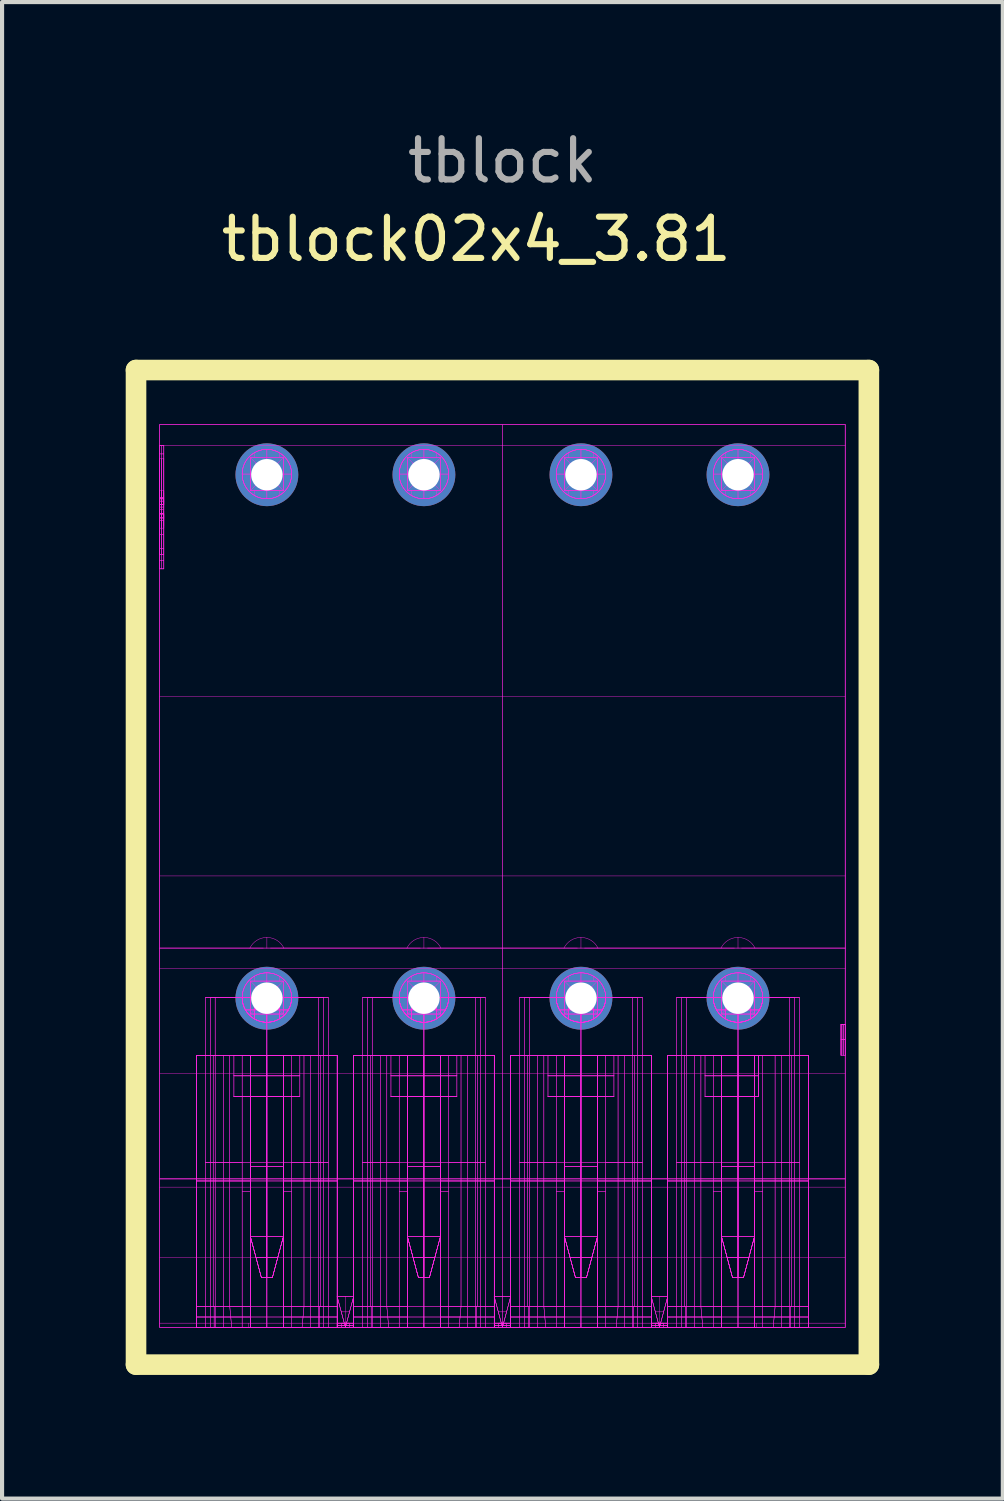
<source format=kicad_pcb>
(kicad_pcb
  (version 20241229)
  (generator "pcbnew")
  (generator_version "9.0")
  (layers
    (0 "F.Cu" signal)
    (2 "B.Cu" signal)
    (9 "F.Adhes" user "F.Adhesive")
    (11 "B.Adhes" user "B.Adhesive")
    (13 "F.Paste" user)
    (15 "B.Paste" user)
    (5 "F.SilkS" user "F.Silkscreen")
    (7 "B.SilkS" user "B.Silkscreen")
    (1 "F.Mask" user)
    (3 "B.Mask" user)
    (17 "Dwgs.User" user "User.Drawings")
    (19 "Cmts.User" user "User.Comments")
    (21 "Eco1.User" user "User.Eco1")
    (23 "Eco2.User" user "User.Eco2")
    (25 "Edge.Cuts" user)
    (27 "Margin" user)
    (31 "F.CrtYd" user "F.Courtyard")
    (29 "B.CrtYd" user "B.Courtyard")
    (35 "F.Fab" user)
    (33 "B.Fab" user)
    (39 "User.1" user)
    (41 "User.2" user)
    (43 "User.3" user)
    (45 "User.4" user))
  (footprint "tblock02x4_3.81"
    (layer "F.Cu")
    (at 9.14 21.168)
    (property "Reference" "tblock02x4_3.81" (at -0.635 -18.415 180) (layer "F.SilkS") (effects (font (size 1 1) (thickness 0.15))))
    (attr through_hole)
    (fp_line (start -8.89 -15.24) (end 8.89 -15.24) (stroke (width 0.5) (type solid)) (layer "F.SilkS"))
    (fp_line (start -8.89 8.89) (end -8.89 -15.24) (stroke (width 0.5) (type solid)) (layer "F.SilkS"))
    (fp_line (start 8.89 -15.24) (end 8.89 8.89) (stroke (width 0.5) (type solid)) (layer "F.SilkS"))
    (fp_line (start 8.89 8.89) (end -8.89 8.89) (stroke (width 0.5) (type solid)) (layer "F.SilkS"))
    (fp_line (start -8.315 -13.916) (end -8.315 7.984) (stroke (width 0.01) (type solid)) (layer "F.CrtYd"))
    (fp_line (start -8.315 -13.916) (end -8.315 7.984) (stroke (width 0.01) (type solid)) (layer "F.CrtYd"))
    (fp_line (start -8.315 -13.916) (end 8.315 -13.916) (stroke (width 0.01) (type solid)) (layer "F.CrtYd"))
    (fp_line (start -8.315 -13.416) (end -8.315 -13.916) (stroke (width 0.01) (type solid)) (layer "F.CrtYd"))
    (fp_line (start -8.315 -13.416) (end -8.315 -13.205) (stroke (width 0.01) (type solid)) (layer "F.CrtYd"))
    (fp_line (start -8.315 -13.416) (end -8.215 -13.416) (stroke (width 0.01) (type solid)) (layer "F.CrtYd"))
    (fp_line (start -8.315 -13.416) (end -8.215 -13.416) (stroke (width 0.01) (type solid)) (layer "F.CrtYd"))
    (fp_line (start -8.315 -13.205) (end -8.315 -13.416) (stroke (width 0.01) (type solid)) (layer "F.CrtYd"))
    (fp_line (start -8.315 -13.205) (end -8.315 -10.627) (stroke (width 0.01) (type solid)) (layer "F.CrtYd"))
    (fp_line (start -8.315 -13.205) (end -8.215 -13.205) (stroke (width 0.01) (type solid)) (layer "F.CrtYd"))
    (fp_line (start -8.315 -13.205) (end -8.215 -13.205) (stroke (width 0.01) (type solid)) (layer "F.CrtYd"))
    (fp_line (start -8.315 -13.093) (end -8.315 -12.317) (stroke (width 0.01) (type solid)) (layer "F.CrtYd"))
    (fp_line (start -8.315 -13.093) (end -8.315 -12.142) (stroke (width 0.01) (type solid)) (layer "F.CrtYd"))
    (fp_line (start -8.315 -12.317) (end -8.215 -12.317) (stroke (width 0.01) (type solid)) (layer "F.CrtYd"))
    (fp_line (start -8.315 -12.142) (end -8.315 -13.093) (stroke (width 0.01) (type solid)) (layer "F.CrtYd"))
    (fp_line (start -8.315 -12.142) (end -8.315 -12.129) (stroke (width 0.01) (type solid)) (layer "F.CrtYd"))
    (fp_line (start -8.315 -12.142) (end -8.215 -12.142) (stroke (width 0.01) (type solid)) (layer "F.CrtYd"))
    (fp_line (start -8.315 -12.135) (end -8.215 -12.135) (stroke (width 0.01) (type solid)) (layer "F.CrtYd"))
    (fp_line (start -8.315 -12.135) (end -8.215 -12.135) (stroke (width 0.01) (type solid)) (layer "F.CrtYd"))
    (fp_line (start -8.315 -12.129) (end -8.315 -12.142) (stroke (width 0.01) (type solid)) (layer "F.CrtYd"))
    (fp_line (start -8.315 -12.129) (end -8.315 -11.971) (stroke (width 0.01) (type solid)) (layer "F.CrtYd"))
    (fp_line (start -8.315 -12.129) (end -8.215 -12.129) (stroke (width 0.01) (type solid)) (layer "F.CrtYd"))
    (fp_line (start -8.315 -12.089) (end -8.315 -11.632) (stroke (width 0.01) (type solid)) (layer "F.CrtYd"))
    (fp_line (start -8.315 -12.089) (end -8.315 -11.632) (stroke (width 0.01) (type solid)) (layer "F.CrtYd"))
    (fp_line (start -8.315 -12.06) (end -8.315 -12.317) (stroke (width 0.01) (type solid)) (layer "F.CrtYd"))
    (fp_line (start -8.315 -12.06) (end -8.315 -12.317) (stroke (width 0.01) (type solid)) (layer "F.CrtYd"))
    (fp_line (start -8.315 -12.06) (end -8.315 -11.971) (stroke (width 0.01) (type solid)) (layer "F.CrtYd"))
    (fp_line (start -8.315 -12.06) (end -8.215 -12.06) (stroke (width 0.01) (type solid)) (layer "F.CrtYd"))
    (fp_line (start -8.315 -11.971) (end -8.315 -12.129) (stroke (width 0.01) (type solid)) (layer "F.CrtYd"))
    (fp_line (start -8.315 -11.971) (end -8.315 -12.06) (stroke (width 0.01) (type solid)) (layer "F.CrtYd"))
    (fp_line (start -8.315 -11.971) (end -8.215 -11.971) (stroke (width 0.01) (type solid)) (layer "F.CrtYd"))
    (fp_line (start -8.315 -11.971) (end -8.215 -11.971) (stroke (width 0.01) (type solid)) (layer "F.CrtYd"))
    (fp_line (start -8.315 -11.971) (end -8.215 -11.971) (stroke (width 0.01) (type solid)) (layer "F.CrtYd"))
    (fp_line (start -8.315 -11.971) (end -8.215 -11.971) (stroke (width 0.01) (type solid)) (layer "F.CrtYd"))
    (fp_line (start -8.315 -11.916) (end -8.215 -11.916) (stroke (width 0.01) (type solid)) (layer "F.CrtYd"))
    (fp_line (start -8.315 -11.916) (end -8.215 -11.916) (stroke (width 0.01) (type solid)) (layer "F.CrtYd"))
    (fp_line (start -8.315 -11.75) (end -8.315 -11.661) (stroke (width 0.01) (type solid)) (layer "F.CrtYd"))
    (fp_line (start -8.315 -11.75) (end -8.315 -11.592) (stroke (width 0.01) (type solid)) (layer "F.CrtYd"))
    (fp_line (start -8.315 -11.75) (end -8.215 -11.75) (stroke (width 0.01) (type solid)) (layer "F.CrtYd"))
    (fp_line (start -8.315 -11.75) (end -8.215 -11.75) (stroke (width 0.01) (type solid)) (layer "F.CrtYd"))
    (fp_line (start -8.315 -11.75) (end -8.215 -11.75) (stroke (width 0.01) (type solid)) (layer "F.CrtYd"))
    (fp_line (start -8.315 -11.75) (end -8.215 -11.75) (stroke (width 0.01) (type solid)) (layer "F.CrtYd"))
    (fp_line (start -8.315 -11.661) (end -8.315 -11.75) (stroke (width 0.01) (type solid)) (layer "F.CrtYd"))
    (fp_line (start -8.315 -11.661) (end -8.315 -11.404) (stroke (width 0.01) (type solid)) (layer "F.CrtYd"))
    (fp_line (start -8.315 -11.661) (end -8.315 -11.404) (stroke (width 0.01) (type solid)) (layer "F.CrtYd"))
    (fp_line (start -8.315 -11.661) (end -8.215 -11.661) (stroke (width 0.01) (type solid)) (layer "F.CrtYd"))
    (fp_line (start -8.315 -11.632) (end -8.315 -12.089) (stroke (width 0.01) (type solid)) (layer "F.CrtYd"))
    (fp_line (start -8.315 -11.632) (end -8.215 -11.632) (stroke (width 0.01) (type solid)) (layer "F.CrtYd"))
    (fp_line (start -8.315 -11.592) (end -8.315 -11.75) (stroke (width 0.01) (type solid)) (layer "F.CrtYd"))
    (fp_line (start -8.315 -11.592) (end -8.315 -10.916) (stroke (width 0.01) (type solid)) (layer "F.CrtYd"))
    (fp_line (start -8.315 -11.592) (end -8.215 -11.592) (stroke (width 0.01) (type solid)) (layer "F.CrtYd"))
    (fp_line (start -8.315 -11.463) (end -8.315 -10.758) (stroke (width 0.01) (type solid)) (layer "F.CrtYd"))
    (fp_line (start -8.315 -11.404) (end -8.215 -11.404) (stroke (width 0.01) (type solid)) (layer "F.CrtYd"))
    (fp_line (start -8.315 -11.254) (end -8.215 -11.254) (stroke (width 0.01) (type solid)) (layer "F.CrtYd"))
    (fp_line (start -8.315 -11.254) (end -8.215 -11.254) (stroke (width 0.01) (type solid)) (layer "F.CrtYd"))
    (fp_line (start -8.315 -10.916) (end -8.315 -11.592) (stroke (width 0.01) (type solid)) (layer "F.CrtYd"))
    (fp_line (start -8.315 -10.916) (end -8.315 -10.758) (stroke (width 0.01) (type solid)) (layer "F.CrtYd"))
    (fp_line (start -8.315 -10.916) (end -8.215 -10.916) (stroke (width 0.01) (type solid)) (layer "F.CrtYd"))
    (fp_line (start -8.315 -10.758) (end -8.315 -10.916) (stroke (width 0.01) (type solid)) (layer "F.CrtYd"))
    (fp_line (start -8.315 -10.758) (end -8.215 -10.758) (stroke (width 0.01) (type solid)) (layer "F.CrtYd"))
    (fp_line (start -8.315 -10.758) (end -8.215 -10.758) (stroke (width 0.01) (type solid)) (layer "F.CrtYd"))
    (fp_line (start -8.315 -10.627) (end -8.315 -13.205) (stroke (width 0.01) (type solid)) (layer "F.CrtYd"))
    (fp_line (start -8.315 -10.627) (end -8.315 -10.416) (stroke (width 0.01) (type solid)) (layer "F.CrtYd"))
    (fp_line (start -8.315 -10.627) (end -8.215 -10.627) (stroke (width 0.01) (type solid)) (layer "F.CrtYd"))
    (fp_line (start -8.315 -10.627) (end -8.215 -10.627) (stroke (width 0.01) (type solid)) (layer "F.CrtYd"))
    (fp_line (start -8.315 -10.416) (end -8.315 -10.627) (stroke (width 0.01) (type solid)) (layer "F.CrtYd"))
    (fp_line (start -8.315 -10.416) (end -8.215 -10.416) (stroke (width 0.01) (type solid)) (layer "F.CrtYd"))
    (fp_line (start -8.315 -10.416) (end -8.215 -10.416) (stroke (width 0.01) (type solid)) (layer "F.CrtYd"))
    (fp_line (start -8.315 -10.416) (end -8.215 -10.416) (stroke (width 0.01) (type solid)) (layer "F.CrtYd"))
    (fp_line (start -8.315 -7.316) (end 8.315 -7.316) (stroke (width 0.01) (type solid)) (layer "F.CrtYd"))
    (fp_line (start -8.315 -1.216) (end -8.315 -13.416) (stroke (width 0.01) (type solid)) (layer "F.CrtYd"))
    (fp_line (start -8.315 -1.216) (end -5.802 -1.216) (stroke (width 0.01) (type solid)) (layer "F.CrtYd"))
    (fp_line (start -8.315 -1.216) (end 8.315 -1.216) (stroke (width 0.01) (type solid)) (layer "F.CrtYd"))
    (fp_line (start -8.315 -0.716) (end -8.315 -1.216) (stroke (width 0.01) (type solid)) (layer "F.CrtYd"))
    (fp_line (start -8.315 4.384) (end -8.315 -0.716) (stroke (width 0.01) (type solid)) (layer "F.CrtYd"))
    (fp_line (start -8.315 4.384) (end 8.315 4.384) (stroke (width 0.01) (type solid)) (layer "F.CrtYd"))
    (fp_line (start -8.315 4.384) (end 8.315 4.384) (stroke (width 0.01) (type solid)) (layer "F.CrtYd"))
    (fp_line (start -8.315 4.584) (end -8.315 4.384) (stroke (width 0.01) (type solid)) (layer "F.CrtYd"))
    (fp_line (start -8.315 6.284) (end 8.315 6.284) (stroke (width 0.01) (type solid)) (layer "F.CrtYd"))
    (fp_line (start -8.315 7.884) (end -8.315 4.584) (stroke (width 0.01) (type solid)) (layer "F.CrtYd"))
    (fp_line (start -8.315 7.984) (end -8.315 7.884) (stroke (width 0.01) (type solid)) (layer "F.CrtYd"))
    (fp_line (start -8.315 7.984) (end -4.01 7.984) (stroke (width 0.01) (type solid)) (layer "F.CrtYd"))
    (fp_line (start -8.265 -13.416) (end -8.265 -13.205) (stroke (width 0.01) (type solid)) (layer "F.CrtYd"))
    (fp_line (start -8.265 -13.205) (end -8.265 -13.416) (stroke (width 0.01) (type solid)) (layer "F.CrtYd"))
    (fp_line (start -8.265 -13.205) (end -8.265 -10.627) (stroke (width 0.01) (type solid)) (layer "F.CrtYd"))
    (fp_line (start -8.265 -13.093) (end -8.265 -12.142) (stroke (width 0.01) (type solid)) (layer "F.CrtYd"))
    (fp_line (start -8.265 -12.317) (end -8.265 -12.06) (stroke (width 0.01) (type solid)) (layer "F.CrtYd"))
    (fp_line (start -8.265 -12.142) (end -8.265 -13.093) (stroke (width 0.01) (type solid)) (layer "F.CrtYd"))
    (fp_line (start -8.265 -12.142) (end -8.265 -12.129) (stroke (width 0.01) (type solid)) (layer "F.CrtYd"))
    (fp_line (start -8.265 -12.129) (end -8.265 -12.142) (stroke (width 0.01) (type solid)) (layer "F.CrtYd"))
    (fp_line (start -8.265 -12.129) (end -8.265 -11.971) (stroke (width 0.01) (type solid)) (layer "F.CrtYd"))
    (fp_line (start -8.265 -12.089) (end -8.265 -11.632) (stroke (width 0.01) (type solid)) (layer "F.CrtYd"))
    (fp_line (start -8.265 -12.06) (end -8.265 -12.317) (stroke (width 0.01) (type solid)) (layer "F.CrtYd"))
    (fp_line (start -8.265 -12.06) (end -8.265 -11.971) (stroke (width 0.01) (type solid)) (layer "F.CrtYd"))
    (fp_line (start -8.265 -11.971) (end -8.265 -12.129) (stroke (width 0.01) (type solid)) (layer "F.CrtYd"))
    (fp_line (start -8.265 -11.971) (end -8.265 -12.06) (stroke (width 0.01) (type solid)) (layer "F.CrtYd"))
    (fp_line (start -8.265 -11.75) (end -8.265 -11.661) (stroke (width 0.01) (type solid)) (layer "F.CrtYd"))
    (fp_line (start -8.265 -11.75) (end -8.265 -11.592) (stroke (width 0.01) (type solid)) (layer "F.CrtYd"))
    (fp_line (start -8.265 -11.661) (end -8.265 -11.75) (stroke (width 0.01) (type solid)) (layer "F.CrtYd"))
    (fp_line (start -8.265 -11.661) (end -8.265 -11.404) (stroke (width 0.01) (type solid)) (layer "F.CrtYd"))
    (fp_line (start -8.265 -11.632) (end -8.265 -12.089) (stroke (width 0.01) (type solid)) (layer "F.CrtYd"))
    (fp_line (start -8.265 -11.592) (end -8.265 -11.75) (stroke (width 0.01) (type solid)) (layer "F.CrtYd"))
    (fp_line (start -8.265 -11.592) (end -8.265 -10.916) (stroke (width 0.01) (type solid)) (layer "F.CrtYd"))
    (fp_line (start -8.265 -11.404) (end -8.265 -11.661) (stroke (width 0.01) (type solid)) (layer "F.CrtYd"))
    (fp_line (start -8.265 -10.916) (end -8.265 -11.592) (stroke (width 0.01) (type solid)) (layer "F.CrtYd"))
    (fp_line (start -8.265 -10.916) (end -8.265 -10.758) (stroke (width 0.01) (type solid)) (layer "F.CrtYd"))
    (fp_line (start -8.265 -10.758) (end -8.265 -10.916) (stroke (width 0.01) (type solid)) (layer "F.CrtYd"))
    (fp_line (start -8.265 -10.627) (end -8.265 -13.205) (stroke (width 0.01) (type solid)) (layer "F.CrtYd"))
    (fp_line (start -8.265 -10.627) (end -8.265 -10.416) (stroke (width 0.01) (type solid)) (layer "F.CrtYd"))
    (fp_line (start -8.265 -10.416) (end -8.265 -10.627) (stroke (width 0.01) (type solid)) (layer "F.CrtYd"))
    (fp_line (start -8.215 -13.416) (end -8.315 -13.416) (stroke (width 0.01) (type solid)) (layer "F.CrtYd"))
    (fp_line (start -8.215 -13.416) (end -8.215 -13.205) (stroke (width 0.01) (type solid)) (layer "F.CrtYd"))
    (fp_line (start -8.215 -13.205) (end -8.215 -13.416) (stroke (width 0.01) (type solid)) (layer "F.CrtYd"))
    (fp_line (start -8.215 -13.205) (end -8.215 -10.627) (stroke (width 0.01) (type solid)) (layer "F.CrtYd"))
    (fp_line (start -8.215 -13.093) (end -8.315 -13.093) (stroke (width 0.01) (type solid)) (layer "F.CrtYd"))
    (fp_line (start -8.215 -13.093) (end -8.215 -12.142) (stroke (width 0.01) (type solid)) (layer "F.CrtYd"))
    (fp_line (start -8.215 -13.066) (end -8.215 -13.416) (stroke (width 0.01) (type solid)) (layer "F.CrtYd"))
    (fp_line (start -8.215 -12.317) (end -8.215 -12.06) (stroke (width 0.01) (type solid)) (layer "F.CrtYd"))
    (fp_line (start -8.215 -12.142) (end -8.315 -12.142) (stroke (width 0.01) (type solid)) (layer "F.CrtYd"))
    (fp_line (start -8.215 -12.142) (end -8.215 -13.093) (stroke (width 0.01) (type solid)) (layer "F.CrtYd"))
    (fp_line (start -8.215 -12.142) (end -8.215 -12.129) (stroke (width 0.01) (type solid)) (layer "F.CrtYd"))
    (fp_line (start -8.215 -12.129) (end -8.315 -12.129) (stroke (width 0.01) (type solid)) (layer "F.CrtYd"))
    (fp_line (start -8.215 -12.129) (end -8.215 -12.142) (stroke (width 0.01) (type solid)) (layer "F.CrtYd"))
    (fp_line (start -8.215 -12.129) (end -8.215 -11.971) (stroke (width 0.01) (type solid)) (layer "F.CrtYd"))
    (fp_line (start -8.215 -12.089) (end -8.315 -12.089) (stroke (width 0.01) (type solid)) (layer "F.CrtYd"))
    (fp_line (start -8.215 -12.089) (end -8.215 -11.632) (stroke (width 0.01) (type solid)) (layer "F.CrtYd"))
    (fp_line (start -8.215 -12.06) (end -8.315 -12.06) (stroke (width 0.01) (type solid)) (layer "F.CrtYd"))
    (fp_line (start -8.215 -12.06) (end -8.215 -12.317) (stroke (width 0.01) (type solid)) (layer "F.CrtYd"))
    (fp_line (start -8.215 -12.06) (end -8.215 -11.971) (stroke (width 0.01) (type solid)) (layer "F.CrtYd"))
    (fp_line (start -8.215 -11.971) (end -8.315 -11.971) (stroke (width 0.01) (type solid)) (layer "F.CrtYd"))
    (fp_line (start -8.215 -11.971) (end -8.315 -11.971) (stroke (width 0.01) (type solid)) (layer "F.CrtYd"))
    (fp_line (start -8.215 -11.971) (end -8.215 -12.129) (stroke (width 0.01) (type solid)) (layer "F.CrtYd"))
    (fp_line (start -8.215 -11.971) (end -8.215 -12.06) (stroke (width 0.01) (type solid)) (layer "F.CrtYd"))
    (fp_line (start -8.215 -11.906) (end -8.215 -12.259) (stroke (width 0.01) (type solid)) (layer "F.CrtYd"))
    (fp_line (start -8.215 -11.861) (end -8.315 -11.861) (stroke (width 0.01) (type solid)) (layer "F.CrtYd"))
    (fp_line (start -8.215 -11.861) (end -8.315 -11.861) (stroke (width 0.01) (type solid)) (layer "F.CrtYd"))
    (fp_line (start -8.215 -11.75) (end -8.315 -11.75) (stroke (width 0.01) (type solid)) (layer "F.CrtYd"))
    (fp_line (start -8.215 -11.75) (end -8.315 -11.75) (stroke (width 0.01) (type solid)) (layer "F.CrtYd"))
    (fp_line (start -8.215 -11.75) (end -8.215 -11.661) (stroke (width 0.01) (type solid)) (layer "F.CrtYd"))
    (fp_line (start -8.215 -11.75) (end -8.215 -11.592) (stroke (width 0.01) (type solid)) (layer "F.CrtYd"))
    (fp_line (start -8.215 -11.661) (end -8.315 -11.661) (stroke (width 0.01) (type solid)) (layer "F.CrtYd"))
    (fp_line (start -8.215 -11.661) (end -8.215 -11.75) (stroke (width 0.01) (type solid)) (layer "F.CrtYd"))
    (fp_line (start -8.215 -11.661) (end -8.215 -11.404) (stroke (width 0.01) (type solid)) (layer "F.CrtYd"))
    (fp_line (start -8.215 -11.632) (end -8.215 -12.089) (stroke (width 0.01) (type solid)) (layer "F.CrtYd"))
    (fp_line (start -8.215 -11.592) (end -8.315 -11.592) (stroke (width 0.01) (type solid)) (layer "F.CrtYd"))
    (fp_line (start -8.215 -11.592) (end -8.215 -11.75) (stroke (width 0.01) (type solid)) (layer "F.CrtYd"))
    (fp_line (start -8.215 -11.592) (end -8.215 -10.916) (stroke (width 0.01) (type solid)) (layer "F.CrtYd"))
    (fp_line (start -8.215 -11.463) (end -8.215 -11.815) (stroke (width 0.01) (type solid)) (layer "F.CrtYd"))
    (fp_line (start -8.215 -11.404) (end -8.215 -11.661) (stroke (width 0.01) (type solid)) (layer "F.CrtYd"))
    (fp_line (start -8.215 -10.916) (end -8.315 -10.916) (stroke (width 0.01) (type solid)) (layer "F.CrtYd"))
    (fp_line (start -8.215 -10.916) (end -8.215 -11.592) (stroke (width 0.01) (type solid)) (layer "F.CrtYd"))
    (fp_line (start -8.215 -10.916) (end -8.215 -10.758) (stroke (width 0.01) (type solid)) (layer "F.CrtYd"))
    (fp_line (start -8.215 -10.758) (end -8.315 -10.758) (stroke (width 0.01) (type solid)) (layer "F.CrtYd"))
    (fp_line (start -8.215 -10.758) (end -8.215 -10.916) (stroke (width 0.01) (type solid)) (layer "F.CrtYd"))
    (fp_line (start -8.215 -10.627) (end -8.215 -13.205) (stroke (width 0.01) (type solid)) (layer "F.CrtYd"))
    (fp_line (start -8.215 -10.627) (end -8.215 -10.416) (stroke (width 0.01) (type solid)) (layer "F.CrtYd"))
    (fp_line (start -8.215 -10.416) (end -8.215 -10.758) (stroke (width 0.01) (type solid)) (layer "F.CrtYd"))
    (fp_line (start -8.215 -10.416) (end -8.215 -10.627) (stroke (width 0.01) (type solid)) (layer "F.CrtYd"))
    (fp_line (start -7.42 1.384) (end -7.42 7.484) (stroke (width 0.01) (type solid)) (layer "F.CrtYd"))
    (fp_line (start -7.42 1.384) (end -7.42 7.484) (stroke (width 0.01) (type solid)) (layer "F.CrtYd"))
    (fp_line (start -7.42 1.384) (end -7.42 7.984) (stroke (width 0.01) (type solid)) (layer "F.CrtYd"))
    (fp_line (start -7.42 1.384) (end -7.42 7.984) (stroke (width 0.01) (type solid)) (layer "F.CrtYd"))
    (fp_line (start -7.42 1.384) (end -6.615 1.384) (stroke (width 0.01) (type solid)) (layer "F.CrtYd"))
    (fp_line (start -7.42 7.484) (end -7.42 1.384) (stroke (width 0.01) (type solid)) (layer "F.CrtYd"))
    (fp_line (start -7.42 7.484) (end -7.42 1.384) (stroke (width 0.01) (type solid)) (layer "F.CrtYd"))
    (fp_line (start -7.42 7.484) (end -7.42 7.984) (stroke (width 0.01) (type solid)) (layer "F.CrtYd"))
    (fp_line (start -7.42 7.484) (end -7.42 7.984) (stroke (width 0.01) (type solid)) (layer "F.CrtYd"))
    (fp_line (start -7.42 7.484) (end -6.115 7.484) (stroke (width 0.01) (type solid)) (layer "F.CrtYd"))
    (fp_line (start -7.42 7.484) (end -6.115 7.484) (stroke (width 0.01) (type solid)) (layer "F.CrtYd"))
    (fp_line (start -7.42 7.984) (end -7.42 7.484) (stroke (width 0.01) (type solid)) (layer "F.CrtYd"))
    (fp_line (start -7.42 7.984) (end -7.42 7.484) (stroke (width 0.01) (type solid)) (layer "F.CrtYd"))
    (fp_line (start -7.42 7.984) (end -6.569 7.984) (stroke (width 0.01) (type solid)) (layer "F.CrtYd"))
    (fp_line (start -7.42 7.984) (end -6.569 7.984) (stroke (width 0.01) (type solid)) (layer "F.CrtYd"))
    (fp_line (start -7.205 -0.016) (end -7.205 7.984) (stroke (width 0.01) (type solid)) (layer "F.CrtYd"))
    (fp_line (start -7.205 -0.016) (end -6.97 -0.016) (stroke (width 0.01) (type solid)) (layer "F.CrtYd"))
    (fp_line (start -7.205 -0.016) (end -6.315 -0.016) (stroke (width 0.01) (type solid)) (layer "F.CrtYd"))
    (fp_line (start -7.205 3.984) (end -4.225 3.984) (stroke (width 0.01) (type solid)) (layer "F.CrtYd"))
    (fp_line (start -7.205 3.984) (end -4.225 3.984) (stroke (width 0.01) (type solid)) (layer "F.CrtYd"))
    (fp_line (start -7.205 7.984) (end -7.205 -0.016) (stroke (width 0.01) (type solid)) (layer "F.CrtYd"))
    (fp_line (start -7.205 7.984) (end -6.97 7.984) (stroke (width 0.01) (type solid)) (layer "F.CrtYd"))
    (fp_line (start -7.205 7.984) (end -6.97 7.984) (stroke (width 0.01) (type solid)) (layer "F.CrtYd"))
    (fp_line (start -7.088 -0.016) (end -7.088 7.984) (stroke (width 0.01) (type solid)) (layer "F.CrtYd"))
    (fp_line (start -7.088 -0.016) (end -7.088 7.984) (stroke (width 0.01) (type solid)) (layer "F.CrtYd"))
    (fp_line (start -7.088 -0.016) (end -6.315 -0.016) (stroke (width 0.01) (type solid)) (layer "F.CrtYd"))
    (fp_line (start -7.088 -0.016) (end -6.315 -0.016) (stroke (width 0.01) (type solid)) (layer "F.CrtYd"))
    (fp_line (start -7.018 7.484) (end -7.018 1.384) (stroke (width 0.01) (type solid)) (layer "F.CrtYd"))
    (fp_line (start -7.018 7.484) (end -7.018 1.384) (stroke (width 0.01) (type solid)) (layer "F.CrtYd"))
    (fp_line (start -6.995 7.984) (end -6.995 7.484) (stroke (width 0.01) (type solid)) (layer "F.CrtYd"))
    (fp_line (start -6.995 7.984) (end -6.995 7.484) (stroke (width 0.01) (type solid)) (layer "F.CrtYd"))
    (fp_line (start -6.97 -0.016) (end -7.205 -0.016) (stroke (width 0.01) (type solid)) (layer "F.CrtYd"))
    (fp_line (start -6.97 -0.016) (end -6.315 -0.016) (stroke (width 0.01) (type solid)) (layer "F.CrtYd"))
    (fp_line (start -6.97 3.984) (end -7.205 3.984) (stroke (width 0.01) (type solid)) (layer "F.CrtYd"))
    (fp_line (start -6.97 3.984) (end -7.205 3.984) (stroke (width 0.01) (type solid)) (layer "F.CrtYd"))
    (fp_line (start -6.97 7.984) (end -6.97 -0.016) (stroke (width 0.01) (type solid)) (layer "F.CrtYd"))
    (fp_line (start -6.97 7.984) (end -6.97 -0.016) (stroke (width 0.01) (type solid)) (layer "F.CrtYd"))
    (fp_line (start -6.97 7.984) (end -6.315 7.984) (stroke (width 0.01) (type solid)) (layer "F.CrtYd"))
    (fp_line (start -6.97 7.984) (end -6.315 7.984) (stroke (width 0.01) (type solid)) (layer "F.CrtYd"))
    (fp_line (start -6.768 1.384) (end -6.768 7.484) (stroke (width 0.01) (type solid)) (layer "F.CrtYd"))
    (fp_line (start -6.768 1.384) (end -6.768 7.484) (stroke (width 0.01) (type solid)) (layer "F.CrtYd"))
    (fp_line (start -6.768 7.484) (end -6.768 7.984) (stroke (width 0.01) (type solid)) (layer "F.CrtYd"))
    (fp_line (start -6.768 7.484) (end -6.768 7.984) (stroke (width 0.01) (type solid)) (layer "F.CrtYd"))
    (fp_line (start -6.615 1.384) (end -7.42 1.384) (stroke (width 0.01) (type solid)) (layer "F.CrtYd"))
    (fp_line (start -6.615 1.384) (end -5.715 1.384) (stroke (width 0.01) (type solid)) (layer "F.CrtYd"))
    (fp_line (start -6.615 1.384) (end -5.715 1.384) (stroke (width 0.01) (type solid)) (layer "F.CrtYd"))
    (fp_line (start -6.615 4.434) (end -7.42 4.434) (stroke (width 0.01) (type solid)) (layer "F.CrtYd"))
    (fp_line (start -6.615 4.434) (end -7.42 4.434) (stroke (width 0.01) (type solid)) (layer "F.CrtYd"))
    (fp_line (start -6.615 7.484) (end -7.42 7.484) (stroke (width 0.01) (type solid)) (layer "F.CrtYd"))
    (fp_line (start -6.615 7.484) (end -7.42 7.484) (stroke (width 0.01) (type solid)) (layer "F.CrtYd"))
    (fp_line (start -6.615 7.484) (end -6.615 1.384) (stroke (width 0.01) (type solid)) (layer "F.CrtYd"))
    (fp_line (start -6.615 7.484) (end -6.615 1.384) (stroke (width 0.01) (type solid)) (layer "F.CrtYd"))
    (fp_line (start -6.592 7.734) (end -7.42 7.734) (stroke (width 0.01) (type solid)) (layer "F.CrtYd"))
    (fp_line (start -6.592 7.734) (end -7.42 7.734) (stroke (width 0.01) (type solid)) (layer "F.CrtYd"))
    (fp_line (start -6.569 7.984) (end -6.615 7.484) (stroke (width 0.01) (type solid)) (layer "F.CrtYd"))
    (fp_line (start -6.569 7.984) (end -6.615 7.484) (stroke (width 0.01) (type solid)) (layer "F.CrtYd"))
    (fp_line (start -6.569 7.984) (end -5.715 7.984) (stroke (width 0.01) (type solid)) (layer "F.CrtYd"))
    (fp_line (start -6.569 7.984) (end -5.715 7.984) (stroke (width 0.01) (type solid)) (layer "F.CrtYd"))
    (fp_line (start -6.515 1.384) (end -6.515 2.384) (stroke (width 0.01) (type solid)) (layer "F.CrtYd"))
    (fp_line (start -6.515 1.384) (end -6.515 2.384) (stroke (width 0.01) (type solid)) (layer "F.CrtYd"))
    (fp_line (start -6.515 1.384) (end -6.515 1.384) (stroke (width 0.01) (type solid)) (layer "F.CrtYd"))
    (fp_line (start -6.515 1.384) (end -6.515 1.384) (stroke (width 0.01) (type solid)) (layer "F.CrtYd"))
    (fp_line (start -6.515 1.884) (end -6.515 1.884) (stroke (width 0.01) (type solid)) (layer "F.CrtYd"))
    (fp_line (start -6.515 1.884) (end -6.515 1.884) (stroke (width 0.01) (type solid)) (layer "F.CrtYd"))
    (fp_line (start -6.515 2.384) (end -6.515 2.384) (stroke (width 0.01) (type solid)) (layer "F.CrtYd"))
    (fp_line (start -6.515 2.384) (end -6.515 2.384) (stroke (width 0.01) (type solid)) (layer "F.CrtYd"))
    (fp_line (start -6.515 1.384) (end -6.515 1.384) (stroke (width 0.01) (type solid)) (layer "F.CrtYd"))
    (fp_line (start -6.515 1.384) (end -6.515 1.384) (stroke (width 0.01) (type solid)) (layer "F.CrtYd"))
    (fp_line (start -6.515 1.384) (end -5.715 1.384) (stroke (width 0.01) (type solid)) (layer "F.CrtYd"))
    (fp_line (start -6.515 1.384) (end -5.715 1.384) (stroke (width 0.01) (type solid)) (layer "F.CrtYd"))
    (fp_line (start -6.515 1.884) (end -6.515 1.884) (stroke (width 0.01) (type solid)) (layer "F.CrtYd"))
    (fp_line (start -6.515 1.884) (end -6.515 1.884) (stroke (width 0.01) (type solid)) (layer "F.CrtYd"))
    (fp_line (start -6.515 1.884) (end -5.715 1.884) (stroke (width 0.01) (type solid)) (layer "F.CrtYd"))
    (fp_line (start -6.515 1.884) (end -5.715 1.884) (stroke (width 0.01) (type solid)) (layer "F.CrtYd"))
    (fp_line (start -6.515 2.384) (end -6.515 2.384) (stroke (width 0.01) (type solid)) (layer "F.CrtYd"))
    (fp_line (start -6.515 2.384) (end -6.515 2.384) (stroke (width 0.01) (type solid)) (layer "F.CrtYd"))
    (fp_line (start -6.515 2.384) (end -5.715 2.384) (stroke (width 0.01) (type solid)) (layer "F.CrtYd"))
    (fp_line (start -6.515 2.384) (end -5.715 2.384) (stroke (width 0.01) (type solid)) (layer "F.CrtYd"))
    (fp_line (start -6.493 1.384) (end -7.42 1.384) (stroke (width 0.01) (type solid)) (layer "F.CrtYd"))
    (fp_line (start -6.493 1.384) (end -7.42 1.384) (stroke (width 0.01) (type solid)) (layer "F.CrtYd"))
    (fp_line (start -6.315 -12.716) (end -6.115 -12.716) (stroke (width 0.01) (type solid)) (layer "F.CrtYd"))
    (fp_line (start -6.315 -12.716) (end -5.115 -12.716) (stroke (width 0.01) (type solid)) (layer "F.CrtYd"))
    (fp_line (start -6.315 -0.016) (end -7.205 -0.016) (stroke (width 0.01) (type solid)) (layer "F.CrtYd"))
    (fp_line (start -6.315 -0.016) (end -6.97 -0.016) (stroke (width 0.01) (type solid)) (layer "F.CrtYd"))
    (fp_line (start -6.315 -0.016) (end -6.115 -0.016) (stroke (width 0.01) (type solid)) (layer "F.CrtYd"))
    (fp_line (start -6.315 -0.016) (end -5.715 -0.016) (stroke (width 0.01) (type solid)) (layer "F.CrtYd"))
    (fp_line (start -6.315 -0.016) (end -5.715 -0.016) (stroke (width 0.01) (type solid)) (layer "F.CrtYd"))
    (fp_line (start -6.315 -0.016) (end -5.715 -0.016) (stroke (width 0.01) (type solid)) (layer "F.CrtYd"))
    (fp_line (start -6.315 -0.016) (end -5.715 -0.016) (stroke (width 0.01) (type solid)) (layer "F.CrtYd"))
    (fp_line (start -6.315 1.384) (end -6.115 1.384) (stroke (width 0.01) (type solid)) (layer "F.CrtYd"))
    (fp_line (start -6.315 1.384) (end -6.115 1.384) (stroke (width 0.01) (type solid)) (layer "F.CrtYd"))
    (fp_line (start -6.315 1.384) (end -5.115 1.384) (stroke (width 0.01) (type solid)) (layer "F.CrtYd"))
    (fp_line (start -6.315 3.984) (end -6.97 3.984) (stroke (width 0.01) (type solid)) (layer "F.CrtYd"))
    (fp_line (start -6.315 3.984) (end -6.97 3.984) (stroke (width 0.01) (type solid)) (layer "F.CrtYd"))
    (fp_line (start -6.315 4.684) (end -6.115 4.684) (stroke (width 0.01) (type solid)) (layer "F.CrtYd"))
    (fp_line (start -6.315 4.684) (end -6.115 4.684) (stroke (width 0.01) (type solid)) (layer "F.CrtYd"))
    (fp_line (start -6.315 7.984) (end -6.315 1.384) (stroke (width 0.01) (type solid)) (layer "F.CrtYd"))
    (fp_line (start -6.315 7.984) (end -6.315 1.384) (stroke (width 0.01) (type solid)) (layer "F.CrtYd"))
    (fp_line (start -6.315 7.984) (end -6.115 7.984) (stroke (width 0.01) (type solid)) (layer "F.CrtYd"))
    (fp_line (start -6.315 7.984) (end -6.115 7.984) (stroke (width 0.01) (type solid)) (layer "F.CrtYd"))
    (fp_line (start -6.235 0.284) (end -5.715 0.284) (stroke (width 0.01) (type solid)) (layer "F.CrtYd"))
    (fp_line (start -6.235 0.284) (end -5.715 0.284) (stroke (width 0.01) (type solid)) (layer "F.CrtYd"))
    (fp_line (start -6.162 7.984) (end -6.162 7.884) (stroke (width 0.01) (type solid)) (layer "F.CrtYd"))
    (fp_line (start -6.127 -1.216) (end -8.315 -1.216) (stroke (width 0.01) (type solid)) (layer "F.CrtYd"))
    (fp_line (start -6.115 -13.116) (end -6.115 -12.316) (stroke (width 0.01) (type solid)) (layer "F.CrtYd"))
    (fp_line (start -6.115 -13.116) (end -6.115 -12.316) (stroke (width 0.01) (type solid)) (layer "F.CrtYd"))
    (fp_line (start -6.115 -13.116) (end -5.315 -13.116) (stroke (width 0.01) (type solid)) (layer "F.CrtYd"))
    (fp_line (start -6.115 -12.316) (end -6.115 -13.116) (stroke (width 0.01) (type solid)) (layer "F.CrtYd"))
    (fp_line (start -6.115 -12.316) (end -5.847 -12.584) (stroke (width 0.01) (type solid)) (layer "F.CrtYd"))
    (fp_line (start -6.115 -12.316) (end -5.715 -12.316) (stroke (width 0.01) (type solid)) (layer "F.CrtYd"))
    (fp_line (start -6.115 -0.416) (end -6.115 0.384) (stroke (width 0.01) (type solid)) (layer "F.CrtYd"))
    (fp_line (start -6.115 -0.416) (end -5.847 -0.148) (stroke (width 0.01) (type solid)) (layer "F.CrtYd"))
    (fp_line (start -6.115 -0.416) (end -5.715 -0.416) (stroke (width 0.01) (type solid)) (layer "F.CrtYd"))
    (fp_line (start -6.115 -0.416) (end -5.315 -0.416) (stroke (width 0.01) (type solid)) (layer "F.CrtYd"))
    (fp_line (start -6.115 -0.416) (end -5.315 -0.416) (stroke (width 0.01) (type solid)) (layer "F.CrtYd"))
    (fp_line (start -6.115 0.384) (end -6.115 -0.416) (stroke (width 0.01) (type solid)) (layer "F.CrtYd"))
    (fp_line (start -6.115 0.384) (end -6.115 -0.416) (stroke (width 0.01) (type solid)) (layer "F.CrtYd"))
    (fp_line (start -6.115 1.384) (end -7.42 1.384) (stroke (width 0.01) (type solid)) (layer "F.CrtYd"))
    (fp_line (start -6.115 1.384) (end -7.42 1.384) (stroke (width 0.01) (type solid)) (layer "F.CrtYd"))
    (fp_line (start -6.115 1.384) (end -6.115 7.984) (stroke (width 0.01) (type solid)) (layer "F.CrtYd"))
    (fp_line (start -6.115 1.384) (end -6.115 7.984) (stroke (width 0.01) (type solid)) (layer "F.CrtYd"))
    (fp_line (start -6.115 1.384) (end -6.115 7.984) (stroke (width 0.01) (type solid)) (layer "F.CrtYd"))
    (fp_line (start -6.115 1.384) (end -6.115 7.984) (stroke (width 0.01) (type solid)) (layer "F.CrtYd"))
    (fp_line (start -6.115 2.384) (end -6.515 2.384) (stroke (width 0.01) (type solid)) (layer "F.CrtYd"))
    (fp_line (start -6.115 2.384) (end -6.515 2.384) (stroke (width 0.01) (type solid)) (layer "F.CrtYd"))
    (fp_line (start -6.115 2.384) (end -6.115 5.784) (stroke (width 0.01) (type solid)) (layer "F.CrtYd"))
    (fp_line (start -6.115 2.384) (end -6.115 5.784) (stroke (width 0.01) (type solid)) (layer "F.CrtYd"))
    (fp_line (start -6.115 2.384) (end -5.315 2.384) (stroke (width 0.01) (type solid)) (layer "F.CrtYd"))
    (fp_line (start -6.115 2.384) (end -5.315 2.384) (stroke (width 0.01) (type solid)) (layer "F.CrtYd"))
    (fp_line (start -6.115 4.084) (end -5.315 4.084) (stroke (width 0.01) (type solid)) (layer "F.CrtYd"))
    (fp_line (start -6.115 4.084) (end -5.315 4.084) (stroke (width 0.01) (type solid)) (layer "F.CrtYd"))
    (fp_line (start -6.115 4.434) (end -7.42 4.434) (stroke (width 0.01) (type solid)) (layer "F.CrtYd"))
    (fp_line (start -6.115 4.434) (end -7.42 4.434) (stroke (width 0.01) (type solid)) (layer "F.CrtYd"))
    (fp_line (start -6.115 5.784) (end -6.115 2.384) (stroke (width 0.01) (type solid)) (layer "F.CrtYd"))
    (fp_line (start -6.115 5.784) (end -6.115 2.384) (stroke (width 0.01) (type solid)) (layer "F.CrtYd"))
    (fp_line (start -6.115 5.784) (end -6.115 2.384) (stroke (width 0.01) (type solid)) (layer "F.CrtYd"))
    (fp_line (start -6.115 5.784) (end -6.115 2.384) (stroke (width 0.01) (type solid)) (layer "F.CrtYd"))
    (fp_line (start -6.115 5.784) (end -5.847 6.784) (stroke (width 0.01) (type solid)) (layer "F.CrtYd"))
    (fp_line (start -6.115 5.784) (end -5.847 6.784) (stroke (width 0.01) (type solid)) (layer "F.CrtYd"))
    (fp_line (start -6.115 5.784) (end -5.315 5.784) (stroke (width 0.01) (type solid)) (layer "F.CrtYd"))
    (fp_line (start -6.115 5.784) (end -5.315 5.784) (stroke (width 0.01) (type solid)) (layer "F.CrtYd"))
    (fp_line (start -6.115 7.484) (end -6.115 1.384) (stroke (width 0.01) (type solid)) (layer "F.CrtYd"))
    (fp_line (start -6.115 7.484) (end -6.115 1.384) (stroke (width 0.01) (type solid)) (layer "F.CrtYd"))
    (fp_line (start -6.115 7.484) (end -6.115 7.984) (stroke (width 0.01) (type solid)) (layer "F.CrtYd"))
    (fp_line (start -6.115 7.734) (end -7.42 7.734) (stroke (width 0.01) (type solid)) (layer "F.CrtYd"))
    (fp_line (start -6.115 7.734) (end -7.42 7.734) (stroke (width 0.01) (type solid)) (layer "F.CrtYd"))
    (fp_line (start -6.115 7.984) (end -7.42 7.984) (stroke (width 0.01) (type solid)) (layer "F.CrtYd"))
    (fp_line (start -6.115 7.984) (end -7.42 7.984) (stroke (width 0.01) (type solid)) (layer "F.CrtYd"))
    (fp_line (start -6.115 7.984) (end -6.115 7.484) (stroke (width 0.01) (type solid)) (layer "F.CrtYd"))
    (fp_line (start -6.015 -13.235) (end -6.015 -13.116) (stroke (width 0.01) (type solid)) (layer "F.CrtYd"))
    (fp_line (start -6.015 -12.316) (end -6.015 -12.196) (stroke (width 0.01) (type solid)) (layer "F.CrtYd"))
    (fp_line (start -6.015 -0.535) (end -6.015 -0.416) (stroke (width 0.01) (type solid)) (layer "F.CrtYd"))
    (fp_line (start -6.015 -0.016) (end -6.015 0.504) (stroke (width 0.01) (type solid)) (layer "F.CrtYd"))
    (fp_line (start -6.015 -0.016) (end -6.015 0.504) (stroke (width 0.01) (type solid)) (layer "F.CrtYd"))
    (fp_line (start -6.015 -0.016) (end -6.015 0.504) (stroke (width 0.01) (type solid)) (layer "F.CrtYd"))
    (fp_line (start -6.015 -0.016) (end -6.015 0.504) (stroke (width 0.01) (type solid)) (layer "F.CrtYd"))
    (fp_line (start -6.015 0.384) (end -6.015 0.504) (stroke (width 0.01) (type solid)) (layer "F.CrtYd"))
    (fp_line (start -5.981 -12.982) (end -5.981 -12.45) (stroke (width 0.01) (type solid)) (layer "F.CrtYd"))
    (fp_line (start -5.981 -12.45) (end -5.449 -12.45) (stroke (width 0.01) (type solid)) (layer "F.CrtYd"))
    (fp_line (start -5.981 -0.282) (end -5.449 -0.282) (stroke (width 0.01) (type solid)) (layer "F.CrtYd"))
    (fp_line (start -5.981 0.25) (end -5.981 -0.282) (stroke (width 0.01) (type solid)) (layer "F.CrtYd"))
    (fp_line (start -5.981 6.284) (end -5.449 6.284) (stroke (width 0.01) (type solid)) (layer "F.CrtYd"))
    (fp_line (start -5.981 6.284) (end -5.449 6.284) (stroke (width 0.01) (type solid)) (layer "F.CrtYd"))
    (fp_line (start -5.847 -12.848) (end -6.115 -13.116) (stroke (width 0.01) (type solid)) (layer "F.CrtYd"))
    (fp_line (start -5.847 -12.848) (end -5.583 -12.848) (stroke (width 0.01) (type solid)) (layer "F.CrtYd"))
    (fp_line (start -5.847 -12.716) (end -6.115 -12.716) (stroke (width 0.01) (type solid)) (layer "F.CrtYd"))
    (fp_line (start -5.847 -12.716) (end -5.583 -12.716) (stroke (width 0.01) (type solid)) (layer "F.CrtYd"))
    (fp_line (start -5.847 -12.584) (end -5.847 -12.848) (stroke (width 0.01) (type solid)) (layer "F.CrtYd"))
    (fp_line (start -5.847 -0.148) (end -5.847 0.116) (stroke (width 0.01) (type solid)) (layer "F.CrtYd"))
    (fp_line (start -5.847 -0.016) (end -6.115 -0.016) (stroke (width 0.01) (type solid)) (layer "F.CrtYd"))
    (fp_line (start -5.847 -0.016) (end -5.583 -0.016) (stroke (width 0.01) (type solid)) (layer "F.CrtYd"))
    (fp_line (start -5.847 0.116) (end -6.115 0.384) (stroke (width 0.01) (type solid)) (layer "F.CrtYd"))
    (fp_line (start -5.847 0.116) (end -5.583 0.116) (stroke (width 0.01) (type solid)) (layer "F.CrtYd"))
    (fp_line (start -5.847 6.784) (end -6.115 5.784) (stroke (width 0.01) (type solid)) (layer "F.CrtYd"))
    (fp_line (start -5.847 6.784) (end -6.115 5.784) (stroke (width 0.01) (type solid)) (layer "F.CrtYd"))
    (fp_line (start -5.847 6.784) (end -6.115 5.784) (stroke (width 0.01) (type solid)) (layer "F.CrtYd"))
    (fp_line (start -5.847 6.784) (end -6.115 5.784) (stroke (width 0.01) (type solid)) (layer "F.CrtYd"))
    (fp_line (start -5.847 6.784) (end -5.583 6.784) (stroke (width 0.01) (type solid)) (layer "F.CrtYd"))
    (fp_line (start -5.847 6.784) (end -5.583 6.784) (stroke (width 0.01) (type solid)) (layer "F.CrtYd"))
    (fp_line (start -5.847 6.784) (end -5.583 6.784) (stroke (width 0.01) (type solid)) (layer "F.CrtYd"))
    (fp_line (start -5.847 6.784) (end -5.583 6.784) (stroke (width 0.01) (type solid)) (layer "F.CrtYd"))
    (fp_line (start -5.715 -13.316) (end -5.715 -13.116) (stroke (width 0.01) (type solid)) (layer "F.CrtYd"))
    (fp_line (start -5.715 -13.316) (end -5.715 -12.116) (stroke (width 0.01) (type solid)) (layer "F.CrtYd"))
    (fp_line (start -5.715 -13.116) (end -6.115 -13.116) (stroke (width 0.01) (type solid)) (layer "F.CrtYd"))
    (fp_line (start -5.715 -12.848) (end -5.715 -13.116) (stroke (width 0.01) (type solid)) (layer "F.CrtYd"))
    (fp_line (start -5.715 -12.848) (end -5.715 -12.584) (stroke (width 0.01) (type solid)) (layer "F.CrtYd"))
    (fp_line (start -5.715 -12.584) (end -5.715 -12.316) (stroke (width 0.01) (type solid)) (layer "F.CrtYd"))
    (fp_line (start -5.715 -12.316) (end -5.715 -12.116) (stroke (width 0.01) (type solid)) (layer "F.CrtYd"))
    (fp_line (start -5.715 -1.474) (end -5.715 -1.216) (stroke (width 0.01) (type solid)) (layer "F.CrtYd"))
    (fp_line (start -5.715 -1.216) (end -6.127 -1.216) (stroke (width 0.01) (type solid)) (layer "F.CrtYd"))
    (fp_line (start -5.715 -0.616) (end -5.715 -0.416) (stroke (width 0.01) (type solid)) (layer "F.CrtYd"))
    (fp_line (start -5.715 -0.616) (end -5.715 0.584) (stroke (width 0.01) (type solid)) (layer "F.CrtYd"))
    (fp_line (start -5.715 -0.416) (end -5.315 -0.416) (stroke (width 0.01) (type solid)) (layer "F.CrtYd"))
    (fp_line (start -5.715 -0.148) (end -5.715 -0.416) (stroke (width 0.01) (type solid)) (layer "F.CrtYd"))
    (fp_line (start -5.715 -0.148) (end -5.715 0.116) (stroke (width 0.01) (type solid)) (layer "F.CrtYd"))
    (fp_line (start -5.715 -0.016) (end -6.315 -0.016) (stroke (width 0.01) (type solid)) (layer "F.CrtYd"))
    (fp_line (start -5.715 -0.016) (end -6.315 -0.016) (stroke (width 0.01) (type solid)) (layer "F.CrtYd"))
    (fp_line (start -5.715 -0.016) (end -5.715 0.584) (stroke (width 0.01) (type solid)) (layer "F.CrtYd"))
    (fp_line (start -5.715 -0.016) (end -5.715 0.584) (stroke (width 0.01) (type solid)) (layer "F.CrtYd"))
    (fp_line (start -5.715 -0.016) (end -5.715 0.584) (stroke (width 0.01) (type solid)) (layer "F.CrtYd"))
    (fp_line (start -5.715 -0.016) (end -5.115 -0.016) (stroke (width 0.01) (type solid)) (layer "F.CrtYd"))
    (fp_line (start -5.715 -0.016) (end -5.115 -0.016) (stroke (width 0.01) (type solid)) (layer "F.CrtYd"))
    (fp_line (start -5.715 -0.016) (end -5.115 -0.016) (stroke (width 0.01) (type solid)) (layer "F.CrtYd"))
    (fp_line (start -5.715 -0.016) (end -5.115 -0.016) (stroke (width 0.01) (type solid)) (layer "F.CrtYd"))
    (fp_line (start -5.715 0.116) (end -5.715 0.384) (stroke (width 0.01) (type solid)) (layer "F.CrtYd"))
    (fp_line (start -5.715 0.284) (end -6.235 0.284) (stroke (width 0.01) (type solid)) (layer "F.CrtYd"))
    (fp_line (start -5.715 0.284) (end -6.235 0.284) (stroke (width 0.01) (type solid)) (layer "F.CrtYd"))
    (fp_line (start -5.715 0.284) (end -5.195 0.284) (stroke (width 0.01) (type solid)) (layer "F.CrtYd"))
    (fp_line (start -5.715 0.284) (end -5.195 0.284) (stroke (width 0.01) (type solid)) (layer "F.CrtYd"))
    (fp_line (start -5.715 0.384) (end -6.115 0.384) (stroke (width 0.01) (type solid)) (layer "F.CrtYd"))
    (fp_line (start -5.715 0.384) (end -5.715 0.584) (stroke (width 0.01) (type solid)) (layer "F.CrtYd"))
    (fp_line (start -5.715 0.584) (end -5.715 -0.016) (stroke (width 0.01) (type solid)) (layer "F.CrtYd"))
    (fp_line (start -5.715 0.584) (end -5.715 1.384) (stroke (width 0.01) (type solid)) (layer "F.CrtYd"))
    (fp_line (start -5.715 0.584) (end -5.715 1.384) (stroke (width 0.01) (type solid)) (layer "F.CrtYd"))
    (fp_line (start -5.715 0.584) (end -5.715 7.984) (stroke (width 0.01) (type solid)) (layer "F.CrtYd"))
    (fp_line (start -5.715 0.584) (end -5.715 7.984) (stroke (width 0.01) (type solid)) (layer "F.CrtYd"))
    (fp_line (start -5.715 1.384) (end -6.515 1.384) (stroke (width 0.01) (type solid)) (layer "F.CrtYd"))
    (fp_line (start -5.715 1.384) (end -6.515 1.384) (stroke (width 0.01) (type solid)) (layer "F.CrtYd"))
    (fp_line (start -5.715 1.384) (end -5.715 2.384) (stroke (width 0.01) (type solid)) (layer "F.CrtYd"))
    (fp_line (start -5.715 1.384) (end -5.715 2.384) (stroke (width 0.01) (type solid)) (layer "F.CrtYd"))
    (fp_line (start -5.715 1.384) (end -5.715 7.484) (stroke (width 0.01) (type solid)) (layer "F.CrtYd"))
    (fp_line (start -5.715 1.384) (end -5.715 7.484) (stroke (width 0.01) (type solid)) (layer "F.CrtYd"))
    (fp_line (start -5.715 1.384) (end -4.915 1.384) (stroke (width 0.01) (type solid)) (layer "F.CrtYd"))
    (fp_line (start -5.715 1.384) (end -4.915 1.384) (stroke (width 0.01) (type solid)) (layer "F.CrtYd"))
    (fp_line (start -5.715 1.384) (end -4.815 1.384) (stroke (width 0.01) (type solid)) (layer "F.CrtYd"))
    (fp_line (start -5.715 1.384) (end -4.815 1.384) (stroke (width 0.01) (type solid)) (layer "F.CrtYd"))
    (fp_line (start -5.715 1.884) (end -6.515 1.884) (stroke (width 0.01) (type solid)) (layer "F.CrtYd"))
    (fp_line (start -5.715 1.884) (end -6.515 1.884) (stroke (width 0.01) (type solid)) (layer "F.CrtYd"))
    (fp_line (start -5.715 1.884) (end -4.915 1.884) (stroke (width 0.01) (type solid)) (layer "F.CrtYd"))
    (fp_line (start -5.715 1.884) (end -4.915 1.884) (stroke (width 0.01) (type solid)) (layer "F.CrtYd"))
    (fp_line (start -5.715 2.384) (end -6.515 2.384) (stroke (width 0.01) (type solid)) (layer "F.CrtYd"))
    (fp_line (start -5.715 2.384) (end -6.515 2.384) (stroke (width 0.01) (type solid)) (layer "F.CrtYd"))
    (fp_line (start -5.715 2.384) (end -5.715 1.384) (stroke (width 0.01) (type solid)) (layer "F.CrtYd"))
    (fp_line (start -5.715 2.384) (end -5.715 1.384) (stroke (width 0.01) (type solid)) (layer "F.CrtYd"))
    (fp_line (start -5.715 2.384) (end -4.915 2.384) (stroke (width 0.01) (type solid)) (layer "F.CrtYd"))
    (fp_line (start -5.715 2.384) (end -4.915 2.384) (stroke (width 0.01) (type solid)) (layer "F.CrtYd"))
    (fp_line (start -5.715 4.434) (end -6.615 4.434) (stroke (width 0.01) (type solid)) (layer "F.CrtYd"))
    (fp_line (start -5.715 4.434) (end -6.615 4.434) (stroke (width 0.01) (type solid)) (layer "F.CrtYd"))
    (fp_line (start -5.715 5.784) (end -5.715 2.384) (stroke (width 0.01) (type solid)) (layer "F.CrtYd"))
    (fp_line (start -5.715 5.784) (end -5.715 2.384) (stroke (width 0.01) (type solid)) (layer "F.CrtYd"))
    (fp_line (start -5.715 5.784) (end -5.715 2.384) (stroke (width 0.01) (type solid)) (layer "F.CrtYd"))
    (fp_line (start -5.715 5.784) (end -5.715 2.384) (stroke (width 0.01) (type solid)) (layer "F.CrtYd"))
    (fp_line (start -5.715 6.784) (end -5.715 5.784) (stroke (width 0.01) (type solid)) (layer "F.CrtYd"))
    (fp_line (start -5.715 6.784) (end -5.715 5.784) (stroke (width 0.01) (type solid)) (layer "F.CrtYd"))
    (fp_line (start -5.715 6.784) (end -5.715 5.784) (stroke (width 0.01) (type solid)) (layer "F.CrtYd"))
    (fp_line (start -5.715 6.784) (end -5.715 5.784) (stroke (width 0.01) (type solid)) (layer "F.CrtYd"))
    (fp_line (start -5.715 7.484) (end -6.615 7.484) (stroke (width 0.01) (type solid)) (layer "F.CrtYd"))
    (fp_line (start -5.715 7.484) (end -6.615 7.484) (stroke (width 0.01) (type solid)) (layer "F.CrtYd"))
    (fp_line (start -5.715 7.484) (end -4.815 7.484) (stroke (width 0.01) (type solid)) (layer "F.CrtYd"))
    (fp_line (start -5.715 7.734) (end -6.592 7.734) (stroke (width 0.01) (type solid)) (layer "F.CrtYd"))
    (fp_line (start -5.715 7.734) (end -6.592 7.734) (stroke (width 0.01) (type solid)) (layer "F.CrtYd"))
    (fp_line (start -5.715 7.984) (end -5.715 7.484) (stroke (width 0.01) (type solid)) (layer "F.CrtYd"))
    (fp_line (start -5.715 7.984) (end -5.715 7.484) (stroke (width 0.01) (type solid)) (layer "F.CrtYd"))
    (fp_line (start -5.715 7.984) (end -4.861 7.984) (stroke (width 0.01) (type solid)) (layer "F.CrtYd"))
    (fp_line (start -5.628 -1.216) (end -1.992 -1.216) (stroke (width 0.01) (type solid)) (layer "F.CrtYd"))
    (fp_line (start -5.583 -12.848) (end -5.315 -13.116) (stroke (width 0.01) (type solid)) (layer "F.CrtYd"))
    (fp_line (start -5.583 -12.716) (end -5.315 -12.716) (stroke (width 0.01) (type solid)) (layer "F.CrtYd"))
    (fp_line (start -5.583 -12.584) (end -5.847 -12.584) (stroke (width 0.01) (type solid)) (layer "F.CrtYd"))
    (fp_line (start -5.583 -12.584) (end -5.583 -12.848) (stroke (width 0.01) (type solid)) (layer "F.CrtYd"))
    (fp_line (start -5.583 -0.148) (end -5.847 -0.148) (stroke (width 0.01) (type solid)) (layer "F.CrtYd"))
    (fp_line (start -5.583 -0.016) (end -5.315 -0.016) (stroke (width 0.01) (type solid)) (layer "F.CrtYd"))
    (fp_line (start -5.583 0.116) (end -5.583 -0.148) (stroke (width 0.01) (type solid)) (layer "F.CrtYd"))
    (fp_line (start -5.583 0.116) (end -5.315 0.384) (stroke (width 0.01) (type solid)) (layer "F.CrtYd"))
    (fp_line (start -5.583 6.784) (end -5.847 6.784) (stroke (width 0.01) (type solid)) (layer "F.CrtYd"))
    (fp_line (start -5.583 6.784) (end -5.847 6.784) (stroke (width 0.01) (type solid)) (layer "F.CrtYd"))
    (fp_line (start -5.583 6.784) (end -5.315 5.784) (stroke (width 0.01) (type solid)) (layer "F.CrtYd"))
    (fp_line (start -5.583 6.784) (end -5.315 5.784) (stroke (width 0.01) (type solid)) (layer "F.CrtYd"))
    (fp_line (start -5.583 6.784) (end -5.315 5.784) (stroke (width 0.01) (type solid)) (layer "F.CrtYd"))
    (fp_line (start -5.583 6.784) (end -5.315 5.784) (stroke (width 0.01) (type solid)) (layer "F.CrtYd"))
    (fp_line (start -5.449 -12.982) (end -5.981 -12.982) (stroke (width 0.01) (type solid)) (layer "F.CrtYd"))
    (fp_line (start -5.449 -12.45) (end -5.449 -12.982) (stroke (width 0.01) (type solid)) (layer "F.CrtYd"))
    (fp_line (start -5.449 -0.282) (end -5.449 0.25) (stroke (width 0.01) (type solid)) (layer "F.CrtYd"))
    (fp_line (start -5.449 0.25) (end -5.981 0.25) (stroke (width 0.01) (type solid)) (layer "F.CrtYd"))
    (fp_line (start -5.449 6.284) (end -5.981 6.284) (stroke (width 0.01) (type solid)) (layer "F.CrtYd"))
    (fp_line (start -5.449 6.284) (end -5.981 6.284) (stroke (width 0.01) (type solid)) (layer "F.CrtYd"))
    (fp_line (start -5.415 -13.235) (end -5.415 -13.116) (stroke (width 0.01) (type solid)) (layer "F.CrtYd"))
    (fp_line (start -5.415 -12.316) (end -5.415 -12.196) (stroke (width 0.01) (type solid)) (layer "F.CrtYd"))
    (fp_line (start -5.415 -0.535) (end -5.415 -0.416) (stroke (width 0.01) (type solid)) (layer "F.CrtYd"))
    (fp_line (start -5.415 -0.016) (end -5.415 0.504) (stroke (width 0.01) (type solid)) (layer "F.CrtYd"))
    (fp_line (start -5.415 -0.016) (end -5.415 0.504) (stroke (width 0.01) (type solid)) (layer "F.CrtYd"))
    (fp_line (start -5.415 -0.016) (end -5.415 0.504) (stroke (width 0.01) (type solid)) (layer "F.CrtYd"))
    (fp_line (start -5.415 -0.016) (end -5.415 0.504) (stroke (width 0.01) (type solid)) (layer "F.CrtYd"))
    (fp_line (start -5.415 0.384) (end -5.415 0.504) (stroke (width 0.01) (type solid)) (layer "F.CrtYd"))
    (fp_line (start -5.315 -13.116) (end -6.115 -13.116) (stroke (width 0.01) (type solid)) (layer "F.CrtYd"))
    (fp_line (start -5.315 -13.116) (end -5.715 -13.116) (stroke (width 0.01) (type solid)) (layer "F.CrtYd"))
    (fp_line (start -5.315 -13.116) (end -5.315 -12.316) (stroke (width 0.01) (type solid)) (layer "F.CrtYd"))
    (fp_line (start -5.315 -13.116) (end -5.315 -12.316) (stroke (width 0.01) (type solid)) (layer "F.CrtYd"))
    (fp_line (start -5.315 -13.116) (end -5.315 -12.316) (stroke (width 0.01) (type solid)) (layer "F.CrtYd"))
    (fp_line (start -5.315 -12.716) (end -5.115 -12.716) (stroke (width 0.01) (type solid)) (layer "F.CrtYd"))
    (fp_line (start -5.315 -12.316) (end -6.115 -12.316) (stroke (width 0.01) (type solid)) (layer "F.CrtYd"))
    (fp_line (start -5.315 -12.316) (end -6.115 -12.316) (stroke (width 0.01) (type solid)) (layer "F.CrtYd"))
    (fp_line (start -5.315 -12.316) (end -5.715 -12.316) (stroke (width 0.01) (type solid)) (layer "F.CrtYd"))
    (fp_line (start -5.315 -12.316) (end -5.583 -12.584) (stroke (width 0.01) (type solid)) (layer "F.CrtYd"))
    (fp_line (start -5.315 -0.416) (end -5.583 -0.148) (stroke (width 0.01) (type solid)) (layer "F.CrtYd"))
    (fp_line (start -5.315 -0.416) (end -5.315 0.384) (stroke (width 0.01) (type solid)) (layer "F.CrtYd"))
    (fp_line (start -5.315 -0.416) (end -5.315 0.384) (stroke (width 0.01) (type solid)) (layer "F.CrtYd"))
    (fp_line (start -5.315 -0.416) (end -5.315 0.384) (stroke (width 0.01) (type solid)) (layer "F.CrtYd"))
    (fp_line (start -5.315 -0.016) (end -5.115 -0.016) (stroke (width 0.01) (type solid)) (layer "F.CrtYd"))
    (fp_line (start -5.315 0.384) (end -6.115 0.384) (stroke (width 0.01) (type solid)) (layer "F.CrtYd"))
    (fp_line (start -5.315 0.384) (end -6.115 0.384) (stroke (width 0.01) (type solid)) (layer "F.CrtYd"))
    (fp_line (start -5.315 0.384) (end -5.715 0.384) (stroke (width 0.01) (type solid)) (layer "F.CrtYd"))
    (fp_line (start -5.315 1.384) (end -5.315 7.484) (stroke (width 0.01) (type solid)) (layer "F.CrtYd"))
    (fp_line (start -5.315 1.384) (end -5.315 7.484) (stroke (width 0.01) (type solid)) (layer "F.CrtYd"))
    (fp_line (start -5.315 1.384) (end -5.315 7.984) (stroke (width 0.01) (type solid)) (layer "F.CrtYd"))
    (fp_line (start -5.315 1.384) (end -5.315 7.984) (stroke (width 0.01) (type solid)) (layer "F.CrtYd"))
    (fp_line (start -5.315 1.384) (end -5.115 1.384) (stroke (width 0.01) (type solid)) (layer "F.CrtYd"))
    (fp_line (start -5.315 1.384) (end -5.115 1.384) (stroke (width 0.01) (type solid)) (layer "F.CrtYd"))
    (fp_line (start -5.315 1.384) (end -4.01 1.384) (stroke (width 0.01) (type solid)) (layer "F.CrtYd"))
    (fp_line (start -5.315 1.384) (end -4.01 1.384) (stroke (width 0.01) (type solid)) (layer "F.CrtYd"))
    (fp_line (start -5.315 2.384) (end -6.115 2.384) (stroke (width 0.01) (type solid)) (layer "F.CrtYd"))
    (fp_line (start -5.315 2.384) (end -6.115 2.384) (stroke (width 0.01) (type solid)) (layer "F.CrtYd"))
    (fp_line (start -5.315 2.384) (end -5.315 5.784) (stroke (width 0.01) (type solid)) (layer "F.CrtYd"))
    (fp_line (start -5.315 2.384) (end -5.315 5.784) (stroke (width 0.01) (type solid)) (layer "F.CrtYd"))
    (fp_line (start -5.315 4.084) (end -6.115 4.084) (stroke (width 0.01) (type solid)) (layer "F.CrtYd"))
    (fp_line (start -5.315 4.084) (end -6.115 4.084) (stroke (width 0.01) (type solid)) (layer "F.CrtYd"))
    (fp_line (start -5.315 5.784) (end -6.115 5.784) (stroke (width 0.01) (type solid)) (layer "F.CrtYd"))
    (fp_line (start -5.315 5.784) (end -6.115 5.784) (stroke (width 0.01) (type solid)) (layer "F.CrtYd"))
    (fp_line (start -5.315 5.784) (end -5.583 6.784) (stroke (width 0.01) (type solid)) (layer "F.CrtYd"))
    (fp_line (start -5.315 5.784) (end -5.583 6.784) (stroke (width 0.01) (type solid)) (layer "F.CrtYd"))
    (fp_line (start -5.315 5.784) (end -5.315 2.384) (stroke (width 0.01) (type solid)) (layer "F.CrtYd"))
    (fp_line (start -5.315 5.784) (end -5.315 2.384) (stroke (width 0.01) (type solid)) (layer "F.CrtYd"))
    (fp_line (start -5.315 5.784) (end -5.315 2.384) (stroke (width 0.01) (type solid)) (layer "F.CrtYd"))
    (fp_line (start -5.315 5.784) (end -5.315 2.384) (stroke (width 0.01) (type solid)) (layer "F.CrtYd"))
    (fp_line (start -5.315 7.484) (end -5.315 7.984) (stroke (width 0.01) (type solid)) (layer "F.CrtYd"))
    (fp_line (start -5.315 7.484) (end -5.315 7.984) (stroke (width 0.01) (type solid)) (layer "F.CrtYd"))
    (fp_line (start -5.315 7.984) (end -5.315 1.384) (stroke (width 0.01) (type solid)) (layer "F.CrtYd"))
    (fp_line (start -5.315 7.984) (end -5.315 1.384) (stroke (width 0.01) (type solid)) (layer "F.CrtYd"))
    (fp_line (start -5.315 7.984) (end -5.115 7.984) (stroke (width 0.01) (type solid)) (layer "F.CrtYd"))
    (fp_line (start -5.315 7.984) (end -5.115 7.984) (stroke (width 0.01) (type solid)) (layer "F.CrtYd"))
    (fp_line (start -5.303 -1.216) (end -5.715 -1.216) (stroke (width 0.01) (type solid)) (layer "F.CrtYd"))
    (fp_line (start -5.195 0.284) (end -5.715 0.284) (stroke (width 0.01) (type solid)) (layer "F.CrtYd"))
    (fp_line (start -5.195 0.284) (end -5.715 0.284) (stroke (width 0.01) (type solid)) (layer "F.CrtYd"))
    (fp_line (start -5.115 -0.016) (end -6.315 -0.016) (stroke (width 0.01) (type solid)) (layer "F.CrtYd"))
    (fp_line (start -5.115 -0.016) (end -5.715 -0.016) (stroke (width 0.01) (type solid)) (layer "F.CrtYd"))
    (fp_line (start -5.115 -0.016) (end -5.715 -0.016) (stroke (width 0.01) (type solid)) (layer "F.CrtYd"))
    (fp_line (start -5.115 -0.016) (end -4.46 -0.016) (stroke (width 0.01) (type solid)) (layer "F.CrtYd"))
    (fp_line (start -5.115 -0.016) (end -4.343 -0.016) (stroke (width 0.01) (type solid)) (layer "F.CrtYd"))
    (fp_line (start -5.115 -0.016) (end -4.343 -0.016) (stroke (width 0.01) (type solid)) (layer "F.CrtYd"))
    (fp_line (start -5.115 -0.016) (end -4.225 -0.016) (stroke (width 0.01) (type solid)) (layer "F.CrtYd"))
    (fp_line (start -5.115 1.384) (end -6.315 1.384) (stroke (width 0.01) (type solid)) (layer "F.CrtYd"))
    (fp_line (start -5.115 1.384) (end -5.115 7.984) (stroke (width 0.01) (type solid)) (layer "F.CrtYd"))
    (fp_line (start -5.115 1.384) (end -5.115 7.984) (stroke (width 0.01) (type solid)) (layer "F.CrtYd"))
    (fp_line (start -5.115 4.684) (end -5.315 4.684) (stroke (width 0.01) (type solid)) (layer "F.CrtYd"))
    (fp_line (start -5.115 4.684) (end -5.315 4.684) (stroke (width 0.01) (type solid)) (layer "F.CrtYd"))
    (fp_line (start -5.115 7.984) (end -4.46 7.984) (stroke (width 0.01) (type solid)) (layer "F.CrtYd"))
    (fp_line (start -5.115 7.984) (end -4.46 7.984) (stroke (width 0.01) (type solid)) (layer "F.CrtYd"))
    (fp_line (start -4.915 1.384) (end -5.715 1.384) (stroke (width 0.01) (type solid)) (layer "F.CrtYd"))
    (fp_line (start -4.915 1.384) (end -5.715 1.384) (stroke (width 0.01) (type solid)) (layer "F.CrtYd"))
    (fp_line (start -4.915 1.384) (end -4.915 1.384) (stroke (width 0.01) (type solid)) (layer "F.CrtYd"))
    (fp_line (start -4.915 1.384) (end -4.915 1.384) (stroke (width 0.01) (type solid)) (layer "F.CrtYd"))
    (fp_line (start -4.915 1.884) (end -5.715 1.884) (stroke (width 0.01) (type solid)) (layer "F.CrtYd"))
    (fp_line (start -4.915 1.884) (end -5.715 1.884) (stroke (width 0.01) (type solid)) (layer "F.CrtYd"))
    (fp_line (start -4.915 1.884) (end -4.915 1.884) (stroke (width 0.01) (type solid)) (layer "F.CrtYd"))
    (fp_line (start -4.915 1.884) (end -4.915 1.884) (stroke (width 0.01) (type solid)) (layer "F.CrtYd"))
    (fp_line (start -4.915 2.384) (end -5.715 2.384) (stroke (width 0.01) (type solid)) (layer "F.CrtYd"))
    (fp_line (start -4.915 2.384) (end -4.915 2.384) (stroke (width 0.01) (type solid)) (layer "F.CrtYd"))
    (fp_line (start -4.915 2.384) (end -4.915 2.384) (stroke (width 0.01) (type solid)) (layer "F.CrtYd"))
    (fp_line (start -4.915 1.384) (end -4.915 1.384) (stroke (width 0.01) (type solid)) (layer "F.CrtYd"))
    (fp_line (start -4.915 1.384) (end -4.915 1.384) (stroke (width 0.01) (type solid)) (layer "F.CrtYd"))
    (fp_line (start -4.915 1.384) (end -4.915 2.384) (stroke (width 0.01) (type solid)) (layer "F.CrtYd"))
    (fp_line (start -4.915 1.384) (end -4.915 2.384) (stroke (width 0.01) (type solid)) (layer "F.CrtYd"))
    (fp_line (start -4.915 1.884) (end -4.915 1.884) (stroke (width 0.01) (type solid)) (layer "F.CrtYd"))
    (fp_line (start -4.915 1.884) (end -4.915 1.884) (stroke (width 0.01) (type solid)) (layer "F.CrtYd"))
    (fp_line (start -4.915 2.384) (end -5.715 2.384) (stroke (width 0.01) (type solid)) (layer "F.CrtYd"))
    (fp_line (start -4.915 2.384) (end -5.315 2.384) (stroke (width 0.01) (type solid)) (layer "F.CrtYd"))
    (fp_line (start -4.915 2.384) (end -5.315 2.384) (stroke (width 0.01) (type solid)) (layer "F.CrtYd"))
    (fp_line (start -4.915 2.384) (end -4.915 2.384) (stroke (width 0.01) (type solid)) (layer "F.CrtYd"))
    (fp_line (start -4.861 7.984) (end -5.715 7.984) (stroke (width 0.01) (type solid)) (layer "F.CrtYd"))
    (fp_line (start -4.861 7.984) (end -4.01 7.984) (stroke (width 0.01) (type solid)) (layer "F.CrtYd"))
    (fp_line (start -4.861 7.984) (end -4.01 7.984) (stroke (width 0.01) (type solid)) (layer "F.CrtYd"))
    (fp_line (start -4.838 7.734) (end -5.715 7.734) (stroke (width 0.01) (type solid)) (layer "F.CrtYd"))
    (fp_line (start -4.838 7.734) (end -5.715 7.734) (stroke (width 0.01) (type solid)) (layer "F.CrtYd"))
    (fp_line (start -4.815 1.384) (end -4.815 7.484) (stroke (width 0.01) (type solid)) (layer "F.CrtYd"))
    (fp_line (start -4.815 1.384) (end -4.815 7.484) (stroke (width 0.01) (type solid)) (layer "F.CrtYd"))
    (fp_line (start -4.815 1.384) (end -4.01 1.384) (stroke (width 0.01) (type solid)) (layer "F.CrtYd"))
    (fp_line (start -4.815 4.434) (end -5.715 4.434) (stroke (width 0.01) (type solid)) (layer "F.CrtYd"))
    (fp_line (start -4.815 4.434) (end -5.715 4.434) (stroke (width 0.01) (type solid)) (layer "F.CrtYd"))
    (fp_line (start -4.815 7.484) (end -5.715 7.484) (stroke (width 0.01) (type solid)) (layer "F.CrtYd"))
    (fp_line (start -4.815 7.484) (end -4.861 7.984) (stroke (width 0.01) (type solid)) (layer "F.CrtYd"))
    (fp_line (start -4.815 7.484) (end -4.861 7.984) (stroke (width 0.01) (type solid)) (layer "F.CrtYd"))
    (fp_line (start -4.815 7.484) (end -4.01 7.484) (stroke (width 0.01) (type solid)) (layer "F.CrtYd"))
    (fp_line (start -4.662 1.384) (end -4.662 7.484) (stroke (width 0.01) (type solid)) (layer "F.CrtYd"))
    (fp_line (start -4.662 1.384) (end -4.662 7.484) (stroke (width 0.01) (type solid)) (layer "F.CrtYd"))
    (fp_line (start -4.662 7.484) (end -4.662 7.984) (stroke (width 0.01) (type solid)) (layer "F.CrtYd"))
    (fp_line (start -4.662 7.484) (end -4.662 7.984) (stroke (width 0.01) (type solid)) (layer "F.CrtYd"))
    (fp_line (start -4.46 -0.016) (end -5.115 -0.016) (stroke (width 0.01) (type solid)) (layer "F.CrtYd"))
    (fp_line (start -4.46 -0.016) (end -4.225 -0.016) (stroke (width 0.01) (type solid)) (layer "F.CrtYd"))
    (fp_line (start -4.46 3.984) (end -5.115 3.984) (stroke (width 0.01) (type solid)) (layer "F.CrtYd"))
    (fp_line (start -4.46 3.984) (end -5.115 3.984) (stroke (width 0.01) (type solid)) (layer "F.CrtYd"))
    (fp_line (start -4.46 7.984) (end -4.46 -0.016) (stroke (width 0.01) (type solid)) (layer "F.CrtYd"))
    (fp_line (start -4.46 7.984) (end -4.46 -0.016) (stroke (width 0.01) (type solid)) (layer "F.CrtYd"))
    (fp_line (start -4.46 7.984) (end -4.225 7.984) (stroke (width 0.01) (type solid)) (layer "F.CrtYd"))
    (fp_line (start -4.46 7.984) (end -4.225 7.984) (stroke (width 0.01) (type solid)) (layer "F.CrtYd"))
    (fp_line (start -4.435 7.984) (end -4.435 7.484) (stroke (width 0.01) (type solid)) (layer "F.CrtYd"))
    (fp_line (start -4.435 7.984) (end -4.435 7.484) (stroke (width 0.01) (type solid)) (layer "F.CrtYd"))
    (fp_line (start -4.412 7.484) (end -4.412 1.384) (stroke (width 0.01) (type solid)) (layer "F.CrtYd"))
    (fp_line (start -4.412 7.484) (end -4.412 1.384) (stroke (width 0.01) (type solid)) (layer "F.CrtYd"))
    (fp_line (start -4.343 -0.016) (end -4.343 7.984) (stroke (width 0.01) (type solid)) (layer "F.CrtYd"))
    (fp_line (start -4.343 -0.016) (end -4.343 7.984) (stroke (width 0.01) (type solid)) (layer "F.CrtYd"))
    (fp_line (start -4.225 -0.016) (end -5.115 -0.016) (stroke (width 0.01) (type solid)) (layer "F.CrtYd"))
    (fp_line (start -4.225 -0.016) (end -4.46 -0.016) (stroke (width 0.01) (type solid)) (layer "F.CrtYd"))
    (fp_line (start -4.225 -0.016) (end -4.225 7.984) (stroke (width 0.01) (type solid)) (layer "F.CrtYd"))
    (fp_line (start -4.225 3.984) (end -4.46 3.984) (stroke (width 0.01) (type solid)) (layer "F.CrtYd"))
    (fp_line (start -4.225 3.984) (end -4.46 3.984) (stroke (width 0.01) (type solid)) (layer "F.CrtYd"))
    (fp_line (start -4.225 7.984) (end -7.205 7.984) (stroke (width 0.01) (type solid)) (layer "F.CrtYd"))
    (fp_line (start -4.225 7.984) (end -7.205 7.984) (stroke (width 0.01) (type solid)) (layer "F.CrtYd"))
    (fp_line (start -4.225 7.984) (end -4.225 -0.016) (stroke (width 0.01) (type solid)) (layer "F.CrtYd"))
    (fp_line (start -4.011 7.234) (end -3.81 7.984) (stroke (width 0.01) (type solid)) (layer "F.CrtYd"))
    (fp_line (start -4.011 7.234) (end -3.81 7.984) (stroke (width 0.01) (type solid)) (layer "F.CrtYd"))
    (fp_line (start -4.011 7.234) (end -3.609 7.234) (stroke (width 0.01) (type solid)) (layer "F.CrtYd"))
    (fp_line (start -4.01 1.384) (end -4.937 1.384) (stroke (width 0.01) (type solid)) (layer "F.CrtYd"))
    (fp_line (start -4.01 1.384) (end -4.937 1.384) (stroke (width 0.01) (type solid)) (layer "F.CrtYd"))
    (fp_line (start -4.01 1.384) (end -4.815 1.384) (stroke (width 0.01) (type solid)) (layer "F.CrtYd"))
    (fp_line (start -4.01 1.384) (end -4.01 7.484) (stroke (width 0.01) (type solid)) (layer "F.CrtYd"))
    (fp_line (start -4.01 1.384) (end -4.01 7.484) (stroke (width 0.01) (type solid)) (layer "F.CrtYd"))
    (fp_line (start -4.01 1.384) (end -4.01 7.984) (stroke (width 0.01) (type solid)) (layer "F.CrtYd"))
    (fp_line (start -4.01 1.384) (end -4.01 7.984) (stroke (width 0.01) (type solid)) (layer "F.CrtYd"))
    (fp_line (start -4.01 4.434) (end -5.315 4.434) (stroke (width 0.01) (type solid)) (layer "F.CrtYd"))
    (fp_line (start -4.01 4.434) (end -5.315 4.434) (stroke (width 0.01) (type solid)) (layer "F.CrtYd"))
    (fp_line (start -4.01 4.434) (end -4.815 4.434) (stroke (width 0.01) (type solid)) (layer "F.CrtYd"))
    (fp_line (start -4.01 4.434) (end -4.815 4.434) (stroke (width 0.01) (type solid)) (layer "F.CrtYd"))
    (fp_line (start -4.01 7.484) (end -5.315 7.484) (stroke (width 0.01) (type solid)) (layer "F.CrtYd"))
    (fp_line (start -4.01 7.484) (end -5.315 7.484) (stroke (width 0.01) (type solid)) (layer "F.CrtYd"))
    (fp_line (start -4.01 7.484) (end -4.815 7.484) (stroke (width 0.01) (type solid)) (layer "F.CrtYd"))
    (fp_line (start -4.01 7.484) (end -4.01 1.384) (stroke (width 0.01) (type solid)) (layer "F.CrtYd"))
    (fp_line (start -4.01 7.484) (end -4.01 1.384) (stroke (width 0.01) (type solid)) (layer "F.CrtYd"))
    (fp_line (start -4.01 7.484) (end -4.01 7.984) (stroke (width 0.01) (type solid)) (layer "F.CrtYd"))
    (fp_line (start -4.01 7.484) (end -4.01 7.984) (stroke (width 0.01) (type solid)) (layer "F.CrtYd"))
    (fp_line (start -4.01 7.484) (end -4.01 7.984) (stroke (width 0.01) (type solid)) (layer "F.CrtYd"))
    (fp_line (start -4.01 7.734) (end -5.315 7.734) (stroke (width 0.01) (type solid)) (layer "F.CrtYd"))
    (fp_line (start -4.01 7.734) (end -5.315 7.734) (stroke (width 0.01) (type solid)) (layer "F.CrtYd"))
    (fp_line (start -4.01 7.734) (end -4.838 7.734) (stroke (width 0.01) (type solid)) (layer "F.CrtYd"))
    (fp_line (start -4.01 7.734) (end -4.838 7.734) (stroke (width 0.01) (type solid)) (layer "F.CrtYd"))
    (fp_line (start -4.01 7.884) (end -8.315 7.884) (stroke (width 0.01) (type solid)) (layer "F.CrtYd"))
    (fp_line (start -4.01 7.884) (end -4.01 7.984) (stroke (width 0.01) (type solid)) (layer "F.CrtYd"))
    (fp_line (start -4.01 7.971) (end -4.01 7.984) (stroke (width 0.01) (type solid)) (layer "F.CrtYd"))
    (fp_line (start -4.01 7.984) (end -5.315 7.984) (stroke (width 0.01) (type solid)) (layer "F.CrtYd"))
    (fp_line (start -4.01 7.984) (end -5.315 7.984) (stroke (width 0.01) (type solid)) (layer "F.CrtYd"))
    (fp_line (start -4.01 7.984) (end -4.01 7.484) (stroke (width 0.01) (type solid)) (layer "F.CrtYd"))
    (fp_line (start -4.01 7.984) (end -4.01 7.884) (stroke (width 0.01) (type solid)) (layer "F.CrtYd"))
    (fp_line (start -3.998 7.884) (end -3.998 7.984) (stroke (width 0.01) (type solid)) (layer "F.CrtYd"))
    (fp_line (start -3.998 7.884) (end -3.998 7.984) (stroke (width 0.01) (type solid)) (layer "F.CrtYd"))
    (fp_line (start -3.998 7.884) (end -3.81 7.884) (stroke (width 0.01) (type solid)) (layer "F.CrtYd"))
    (fp_line (start -3.998 7.884) (end -3.81 7.884) (stroke (width 0.01) (type solid)) (layer "F.CrtYd"))
    (fp_line (start -3.998 7.934) (end -3.622 7.934) (stroke (width 0.01) (type solid)) (layer "F.CrtYd"))
    (fp_line (start -3.998 7.934) (end -3.622 7.934) (stroke (width 0.01) (type solid)) (layer "F.CrtYd"))
    (fp_line (start -3.998 7.984) (end -3.622 7.984) (stroke (width 0.01) (type solid)) (layer "F.CrtYd"))
    (fp_line (start -3.998 7.984) (end -3.622 7.984) (stroke (width 0.01) (type solid)) (layer "F.CrtYd"))
    (fp_line (start -3.91 7.609) (end -3.71 7.609) (stroke (width 0.01) (type solid)) (layer "F.CrtYd"))
    (fp_line (start -3.904 7.884) (end -3.716 7.884) (stroke (width 0.01) (type solid)) (layer "F.CrtYd"))
    (fp_line (start -3.904 7.884) (end -3.716 7.884) (stroke (width 0.01) (type solid)) (layer "F.CrtYd"))
    (fp_line (start -3.904 7.984) (end -3.904 7.884) (stroke (width 0.01) (type solid)) (layer "F.CrtYd"))
    (fp_line (start -3.904 7.984) (end -3.904 7.884) (stroke (width 0.01) (type solid)) (layer "F.CrtYd"))
    (fp_line (start -3.81 7.884) (end -3.622 7.884) (stroke (width 0.01) (type solid)) (layer "F.CrtYd"))
    (fp_line (start -3.81 7.884) (end -3.622 7.884) (stroke (width 0.01) (type solid)) (layer "F.CrtYd"))
    (fp_line (start -3.81 7.934) (end -3.998 7.934) (stroke (width 0.01) (type solid)) (layer "F.CrtYd"))
    (fp_line (start -3.81 7.934) (end -3.998 7.934) (stroke (width 0.01) (type solid)) (layer "F.CrtYd"))
    (fp_line (start -3.81 7.984) (end -4.011 7.234) (stroke (width 0.01) (type solid)) (layer "F.CrtYd"))
    (fp_line (start -3.81 7.984) (end -3.81 7.234) (stroke (width 0.01) (type solid)) (layer "F.CrtYd"))
    (fp_line (start -3.81 7.984) (end -3.609 7.234) (stroke (width 0.01) (type solid)) (layer "F.CrtYd"))
    (fp_line (start -3.81 7.984) (end -3.609 7.234) (stroke (width 0.01) (type solid)) (layer "F.CrtYd"))
    (fp_line (start -3.81 7.984) (end -3.998 7.984) (stroke (width 0.01) (type solid)) (layer "F.CrtYd"))
    (fp_line (start -3.81 7.984) (end -3.998 7.984) (stroke (width 0.01) (type solid)) (layer "F.CrtYd"))
    (fp_line (start -3.81 7.984) (end -3.81 7.884) (stroke (width 0.01) (type solid)) (layer "F.CrtYd"))
    (fp_line (start -3.81 7.984) (end -3.81 7.884) (stroke (width 0.01) (type solid)) (layer "F.CrtYd"))
    (fp_line (start -3.81 7.984) (end -3.81 7.884) (stroke (width 0.01) (type solid)) (layer "F.CrtYd"))
    (fp_line (start -3.81 7.984) (end -3.81 7.884) (stroke (width 0.01) (type solid)) (layer "F.CrtYd"))
    (fp_line (start -3.716 7.984) (end -3.716 7.884) (stroke (width 0.01) (type solid)) (layer "F.CrtYd"))
    (fp_line (start -3.716 7.984) (end -3.716 7.884) (stroke (width 0.01) (type solid)) (layer "F.CrtYd"))
    (fp_line (start -3.622 7.884) (end -3.998 7.884) (stroke (width 0.01) (type solid)) (layer "F.CrtYd"))
    (fp_line (start -3.622 7.884) (end -3.998 7.884) (stroke (width 0.01) (type solid)) (layer "F.CrtYd"))
    (fp_line (start -3.622 7.884) (end -3.622 7.984) (stroke (width 0.01) (type solid)) (layer "F.CrtYd"))
    (fp_line (start -3.622 7.884) (end -3.622 7.984) (stroke (width 0.01) (type solid)) (layer "F.CrtYd"))
    (fp_line (start -3.622 7.934) (end -3.81 7.934) (stroke (width 0.01) (type solid)) (layer "F.CrtYd"))
    (fp_line (start -3.622 7.934) (end -3.81 7.934) (stroke (width 0.01) (type solid)) (layer "F.CrtYd"))
    (fp_line (start -3.622 7.984) (end -3.81 7.984) (stroke (width 0.01) (type solid)) (layer "F.CrtYd"))
    (fp_line (start -3.622 7.984) (end -3.81 7.984) (stroke (width 0.01) (type solid)) (layer "F.CrtYd"))
    (fp_line (start -3.61 1.384) (end -3.61 7.484) (stroke (width 0.01) (type solid)) (layer "F.CrtYd"))
    (fp_line (start -3.61 1.384) (end -3.61 7.484) (stroke (width 0.01) (type solid)) (layer "F.CrtYd"))
    (fp_line (start -3.61 1.384) (end -3.61 7.984) (stroke (width 0.01) (type solid)) (layer "F.CrtYd"))
    (fp_line (start -3.61 1.384) (end -3.61 7.984) (stroke (width 0.01) (type solid)) (layer "F.CrtYd"))
    (fp_line (start -3.61 1.384) (end -2.683 1.384) (stroke (width 0.01) (type solid)) (layer "F.CrtYd"))
    (fp_line (start -3.61 1.384) (end -2.683 1.384) (stroke (width 0.01) (type solid)) (layer "F.CrtYd"))
    (fp_line (start -3.61 1.384) (end -2.305 1.384) (stroke (width 0.01) (type solid)) (layer "F.CrtYd"))
    (fp_line (start -3.61 1.384) (end -2.305 1.384) (stroke (width 0.01) (type solid)) (layer "F.CrtYd"))
    (fp_line (start -3.61 7.484) (end -3.61 1.384) (stroke (width 0.01) (type solid)) (layer "F.CrtYd"))
    (fp_line (start -3.61 7.484) (end -3.61 1.384) (stroke (width 0.01) (type solid)) (layer "F.CrtYd"))
    (fp_line (start -3.61 7.484) (end -3.61 7.984) (stroke (width 0.01) (type solid)) (layer "F.CrtYd"))
    (fp_line (start -3.61 7.484) (end -3.61 7.984) (stroke (width 0.01) (type solid)) (layer "F.CrtYd"))
    (fp_line (start -3.61 7.484) (end -2.305 7.484) (stroke (width 0.01) (type solid)) (layer "F.CrtYd"))
    (fp_line (start -3.61 7.884) (end -3.61 7.984) (stroke (width 0.01) (type solid)) (layer "F.CrtYd"))
    (fp_line (start -3.61 7.984) (end -4.01 7.984) (stroke (width 0.01) (type solid)) (layer "F.CrtYd"))
    (fp_line (start -3.61 7.984) (end -3.61 7.484) (stroke (width 0.01) (type solid)) (layer "F.CrtYd"))
    (fp_line (start -3.61 7.984) (end -3.61 7.484) (stroke (width 0.01) (type solid)) (layer "F.CrtYd"))
    (fp_line (start -3.61 7.984) (end -3.61 7.884) (stroke (width 0.01) (type solid)) (layer "F.CrtYd"))
    (fp_line (start -3.61 7.984) (end -3.61 7.971) (stroke (width 0.01) (type solid)) (layer "F.CrtYd"))
    (fp_line (start -3.61 7.984) (end -2.759 7.984) (stroke (width 0.01) (type solid)) (layer "F.CrtYd"))
    (fp_line (start -3.61 7.984) (end -2.759 7.984) (stroke (width 0.01) (type solid)) (layer "F.CrtYd"))
    (fp_line (start -3.61 7.984) (end -0.2 7.984) (stroke (width 0.01) (type solid)) (layer "F.CrtYd"))
    (fp_line (start -3.609 7.234) (end -4.011 7.234) (stroke (width 0.01) (type solid)) (layer "F.CrtYd"))
    (fp_line (start -3.609 7.234) (end -4.011 7.234) (stroke (width 0.01) (type solid)) (layer "F.CrtYd"))
    (fp_line (start -3.609 7.234) (end -3.81 7.984) (stroke (width 0.01) (type solid)) (layer "F.CrtYd"))
    (fp_line (start -3.395 -0.016) (end -3.395 7.984) (stroke (width 0.01) (type solid)) (layer "F.CrtYd"))
    (fp_line (start -3.395 -0.016) (end -3.16 -0.016) (stroke (width 0.01) (type solid)) (layer "F.CrtYd"))
    (fp_line (start -3.395 -0.016) (end -2.505 -0.016) (stroke (width 0.01) (type solid)) (layer "F.CrtYd"))
    (fp_line (start -3.395 -0.016) (end -2.505 -0.016) (stroke (width 0.01) (type solid)) (layer "F.CrtYd"))
    (fp_line (start -3.395 3.984) (end -0.415 3.984) (stroke (width 0.01) (type solid)) (layer "F.CrtYd"))
    (fp_line (start -3.395 3.984) (end -0.415 3.984) (stroke (width 0.01) (type solid)) (layer "F.CrtYd"))
    (fp_line (start -3.395 7.984) (end -3.395 -0.016) (stroke (width 0.01) (type solid)) (layer "F.CrtYd"))
    (fp_line (start -3.395 7.984) (end -3.16 7.984) (stroke (width 0.01) (type solid)) (layer "F.CrtYd"))
    (fp_line (start -3.395 7.984) (end -3.16 7.984) (stroke (width 0.01) (type solid)) (layer "F.CrtYd"))
    (fp_line (start -3.277 -0.016) (end -3.277 7.984) (stroke (width 0.01) (type solid)) (layer "F.CrtYd"))
    (fp_line (start -3.277 -0.016) (end -3.277 7.984) (stroke (width 0.01) (type solid)) (layer "F.CrtYd"))
    (fp_line (start -3.277 -0.016) (end -2.505 -0.016) (stroke (width 0.01) (type solid)) (layer "F.CrtYd"))
    (fp_line (start -3.277 -0.016) (end -2.505 -0.016) (stroke (width 0.01) (type solid)) (layer "F.CrtYd"))
    (fp_line (start -3.208 7.484) (end -3.208 1.384) (stroke (width 0.01) (type solid)) (layer "F.CrtYd"))
    (fp_line (start -3.208 7.484) (end -3.208 1.384) (stroke (width 0.01) (type solid)) (layer "F.CrtYd"))
    (fp_line (start -3.185 7.984) (end -3.185 7.484) (stroke (width 0.01) (type solid)) (layer "F.CrtYd"))
    (fp_line (start -3.185 7.984) (end -3.185 7.484) (stroke (width 0.01) (type solid)) (layer "F.CrtYd"))
    (fp_line (start -3.16 -0.016) (end -3.395 -0.016) (stroke (width 0.01) (type solid)) (layer "F.CrtYd"))
    (fp_line (start -3.16 -0.016) (end -3.16 7.984) (stroke (width 0.01) (type solid)) (layer "F.CrtYd"))
    (fp_line (start -3.16 3.984) (end -3.395 3.984) (stroke (width 0.01) (type solid)) (layer "F.CrtYd"))
    (fp_line (start -3.16 3.984) (end -3.395 3.984) (stroke (width 0.01) (type solid)) (layer "F.CrtYd"))
    (fp_line (start -3.16 7.984) (end -3.16 -0.016) (stroke (width 0.01) (type solid)) (layer "F.CrtYd"))
    (fp_line (start -3.16 7.984) (end -2.505 7.984) (stroke (width 0.01) (type solid)) (layer "F.CrtYd"))
    (fp_line (start -3.16 7.984) (end -2.505 7.984) (stroke (width 0.01) (type solid)) (layer "F.CrtYd"))
    (fp_line (start -2.958 1.384) (end -2.958 7.484) (stroke (width 0.01) (type solid)) (layer "F.CrtYd"))
    (fp_line (start -2.958 1.384) (end -2.958 7.484) (stroke (width 0.01) (type solid)) (layer "F.CrtYd"))
    (fp_line (start -2.958 7.484) (end -2.958 7.984) (stroke (width 0.01) (type solid)) (layer "F.CrtYd"))
    (fp_line (start -2.958 7.484) (end -2.958 7.984) (stroke (width 0.01) (type solid)) (layer "F.CrtYd"))
    (fp_line (start -2.805 1.384) (end -3.61 1.384) (stroke (width 0.01) (type solid)) (layer "F.CrtYd"))
    (fp_line (start -2.805 1.384) (end -3.61 1.384) (stroke (width 0.01) (type solid)) (layer "F.CrtYd"))
    (fp_line (start -2.805 1.384) (end -1.905 1.384) (stroke (width 0.01) (type solid)) (layer "F.CrtYd"))
    (fp_line (start -2.805 1.384) (end -1.905 1.384) (stroke (width 0.01) (type solid)) (layer "F.CrtYd"))
    (fp_line (start -2.805 4.434) (end -3.61 4.434) (stroke (width 0.01) (type solid)) (layer "F.CrtYd"))
    (fp_line (start -2.805 4.434) (end -3.61 4.434) (stroke (width 0.01) (type solid)) (layer "F.CrtYd"))
    (fp_line (start -2.805 7.484) (end -3.61 7.484) (stroke (width 0.01) (type solid)) (layer "F.CrtYd"))
    (fp_line (start -2.805 7.484) (end -3.61 7.484) (stroke (width 0.01) (type solid)) (layer "F.CrtYd"))
    (fp_line (start -2.805 7.484) (end -2.805 1.384) (stroke (width 0.01) (type solid)) (layer "F.CrtYd"))
    (fp_line (start -2.805 7.484) (end -2.805 1.384) (stroke (width 0.01) (type solid)) (layer "F.CrtYd"))
    (fp_line (start -2.782 7.734) (end -3.61 7.734) (stroke (width 0.01) (type solid)) (layer "F.CrtYd"))
    (fp_line (start -2.782 7.734) (end -3.61 7.734) (stroke (width 0.01) (type solid)) (layer "F.CrtYd"))
    (fp_line (start -2.759 7.984) (end -2.805 7.484) (stroke (width 0.01) (type solid)) (layer "F.CrtYd"))
    (fp_line (start -2.759 7.984) (end -2.805 7.484) (stroke (width 0.01) (type solid)) (layer "F.CrtYd"))
    (fp_line (start -2.759 7.984) (end -1.905 7.984) (stroke (width 0.01) (type solid)) (layer "F.CrtYd"))
    (fp_line (start -2.759 7.984) (end -1.905 7.984) (stroke (width 0.01) (type solid)) (layer "F.CrtYd"))
    (fp_line (start -2.705 1.384) (end -2.705 2.384) (stroke (width 0.01) (type solid)) (layer "F.CrtYd"))
    (fp_line (start -2.705 1.384) (end -2.705 2.384) (stroke (width 0.01) (type solid)) (layer "F.CrtYd"))
    (fp_line (start -2.705 1.384) (end -2.705 1.384) (stroke (width 0.01) (type solid)) (layer "F.CrtYd"))
    (fp_line (start -2.705 1.384) (end -2.705 1.384) (stroke (width 0.01) (type solid)) (layer "F.CrtYd"))
    (fp_line (start -2.705 1.884) (end -2.705 1.884) (stroke (width 0.01) (type solid)) (layer "F.CrtYd"))
    (fp_line (start -2.705 1.884) (end -2.705 1.884) (stroke (width 0.01) (type solid)) (layer "F.CrtYd"))
    (fp_line (start -2.705 2.384) (end -2.705 2.384) (stroke (width 0.01) (type solid)) (layer "F.CrtYd"))
    (fp_line (start -2.705 2.384) (end -2.705 2.384) (stroke (width 0.01) (type solid)) (layer "F.CrtYd"))
    (fp_line (start -2.705 1.384) (end -2.705 1.384) (stroke (width 0.01) (type solid)) (layer "F.CrtYd"))
    (fp_line (start -2.705 1.384) (end -2.705 1.384) (stroke (width 0.01) (type solid)) (layer "F.CrtYd"))
    (fp_line (start -2.705 1.384) (end -1.905 1.384) (stroke (width 0.01) (type solid)) (layer "F.CrtYd"))
    (fp_line (start -2.705 1.384) (end -1.905 1.384) (stroke (width 0.01) (type solid)) (layer "F.CrtYd"))
    (fp_line (start -2.705 1.884) (end -2.705 1.884) (stroke (width 0.01) (type solid)) (layer "F.CrtYd"))
    (fp_line (start -2.705 1.884) (end -2.705 1.884) (stroke (width 0.01) (type solid)) (layer "F.CrtYd"))
    (fp_line (start -2.705 1.884) (end -1.905 1.884) (stroke (width 0.01) (type solid)) (layer "F.CrtYd"))
    (fp_line (start -2.705 1.884) (end -1.905 1.884) (stroke (width 0.01) (type solid)) (layer "F.CrtYd"))
    (fp_line (start -2.705 2.384) (end -2.705 2.384) (stroke (width 0.01) (type solid)) (layer "F.CrtYd"))
    (fp_line (start -2.705 2.384) (end -2.705 2.384) (stroke (width 0.01) (type solid)) (layer "F.CrtYd"))
    (fp_line (start -2.705 2.384) (end -1.905 2.384) (stroke (width 0.01) (type solid)) (layer "F.CrtYd"))
    (fp_line (start -2.705 2.384) (end -1.905 2.384) (stroke (width 0.01) (type solid)) (layer "F.CrtYd"))
    (fp_line (start -2.505 -12.716) (end -2.305 -12.716) (stroke (width 0.01) (type solid)) (layer "F.CrtYd"))
    (fp_line (start -2.505 -12.716) (end -1.305 -12.716) (stroke (width 0.01) (type solid)) (layer "F.CrtYd"))
    (fp_line (start -2.505 -0.016) (end -3.16 -0.016) (stroke (width 0.01) (type solid)) (layer "F.CrtYd"))
    (fp_line (start -2.505 -0.016) (end -3.16 -0.016) (stroke (width 0.01) (type solid)) (layer "F.CrtYd"))
    (fp_line (start -2.505 -0.016) (end -2.305 -0.016) (stroke (width 0.01) (type solid)) (layer "F.CrtYd"))
    (fp_line (start -2.505 -0.016) (end -1.905 -0.016) (stroke (width 0.01) (type solid)) (layer "F.CrtYd"))
    (fp_line (start -2.505 -0.016) (end -1.905 -0.016) (stroke (width 0.01) (type solid)) (layer "F.CrtYd"))
    (fp_line (start -2.505 -0.016) (end -1.905 -0.016) (stroke (width 0.01) (type solid)) (layer "F.CrtYd"))
    (fp_line (start -2.505 -0.016) (end -1.905 -0.016) (stroke (width 0.01) (type solid)) (layer "F.CrtYd"))
    (fp_line (start -2.505 1.384) (end -1.305 1.384) (stroke (width 0.01) (type solid)) (layer "F.CrtYd"))
    (fp_line (start -2.505 1.384) (end -1.305 1.384) (stroke (width 0.01) (type solid)) (layer "F.CrtYd"))
    (fp_line (start -2.505 3.984) (end -3.16 3.984) (stroke (width 0.01) (type solid)) (layer "F.CrtYd"))
    (fp_line (start -2.505 3.984) (end -3.16 3.984) (stroke (width 0.01) (type solid)) (layer "F.CrtYd"))
    (fp_line (start -2.505 4.684) (end -2.305 4.684) (stroke (width 0.01) (type solid)) (layer "F.CrtYd"))
    (fp_line (start -2.505 4.684) (end -2.305 4.684) (stroke (width 0.01) (type solid)) (layer "F.CrtYd"))
    (fp_line (start -2.505 7.984) (end -2.505 1.384) (stroke (width 0.01) (type solid)) (layer "F.CrtYd"))
    (fp_line (start -2.505 7.984) (end -2.505 1.384) (stroke (width 0.01) (type solid)) (layer "F.CrtYd"))
    (fp_line (start -2.505 7.984) (end -2.305 7.984) (stroke (width 0.01) (type solid)) (layer "F.CrtYd"))
    (fp_line (start -2.505 7.984) (end -2.305 7.984) (stroke (width 0.01) (type solid)) (layer "F.CrtYd"))
    (fp_line (start -2.425 0.284) (end -1.905 0.284) (stroke (width 0.01) (type solid)) (layer "F.CrtYd"))
    (fp_line (start -2.425 0.284) (end -1.905 0.284) (stroke (width 0.01) (type solid)) (layer "F.CrtYd"))
    (fp_line (start -2.317 -1.216) (end -5.303 -1.216) (stroke (width 0.01) (type solid)) (layer "F.CrtYd"))
    (fp_line (start -2.305 -13.116) (end -2.305 -12.316) (stroke (width 0.01) (type solid)) (layer "F.CrtYd"))
    (fp_line (start -2.305 -13.116) (end -2.037 -12.848) (stroke (width 0.01) (type solid)) (layer "F.CrtYd"))
    (fp_line (start -2.305 -13.116) (end -1.505 -13.116) (stroke (width 0.01) (type solid)) (layer "F.CrtYd"))
    (fp_line (start -2.305 -13.116) (end -1.505 -13.116) (stroke (width 0.01) (type solid)) (layer "F.CrtYd"))
    (fp_line (start -2.305 -12.316) (end -2.305 -13.116) (stroke (width 0.01) (type solid)) (layer "F.CrtYd"))
    (fp_line (start -2.305 -12.316) (end -2.305 -13.116) (stroke (width 0.01) (type solid)) (layer "F.CrtYd"))
    (fp_line (start -2.305 -12.316) (end -1.905 -12.316) (stroke (width 0.01) (type solid)) (layer "F.CrtYd"))
    (fp_line (start -2.305 -12.316) (end -1.505 -12.316) (stroke (width 0.01) (type solid)) (layer "F.CrtYd"))
    (fp_line (start -2.305 -0.416) (end -2.305 0.384) (stroke (width 0.01) (type solid)) (layer "F.CrtYd"))
    (fp_line (start -2.305 -0.416) (end -1.505 -0.416) (stroke (width 0.01) (type solid)) (layer "F.CrtYd"))
    (fp_line (start -2.305 -0.416) (end -1.505 -0.416) (stroke (width 0.01) (type solid)) (layer "F.CrtYd"))
    (fp_line (start -2.305 0.384) (end -2.305 -0.416) (stroke (width 0.01) (type solid)) (layer "F.CrtYd"))
    (fp_line (start -2.305 0.384) (end -2.305 -0.416) (stroke (width 0.01) (type solid)) (layer "F.CrtYd"))
    (fp_line (start -2.305 0.384) (end -2.037 0.116) (stroke (width 0.01) (type solid)) (layer "F.CrtYd"))
    (fp_line (start -2.305 0.384) (end -1.905 0.384) (stroke (width 0.01) (type solid)) (layer "F.CrtYd"))
    (fp_line (start -2.305 1.384) (end -2.505 1.384) (stroke (width 0.01) (type solid)) (layer "F.CrtYd"))
    (fp_line (start -2.305 1.384) (end -2.505 1.384) (stroke (width 0.01) (type solid)) (layer "F.CrtYd"))
    (fp_line (start -2.305 1.384) (end -2.305 7.484) (stroke (width 0.01) (type solid)) (layer "F.CrtYd"))
    (fp_line (start -2.305 1.384) (end -2.305 7.484) (stroke (width 0.01) (type solid)) (layer "F.CrtYd"))
    (fp_line (start -2.305 1.384) (end -2.305 7.984) (stroke (width 0.01) (type solid)) (layer "F.CrtYd"))
    (fp_line (start -2.305 1.384) (end -2.305 7.984) (stroke (width 0.01) (type solid)) (layer "F.CrtYd"))
    (fp_line (start -2.305 1.384) (end -2.305 7.984) (stroke (width 0.01) (type solid)) (layer "F.CrtYd"))
    (fp_line (start -2.305 1.384) (end -2.305 7.984) (stroke (width 0.01) (type solid)) (layer "F.CrtYd"))
    (fp_line (start -2.305 2.384) (end -2.705 2.384) (stroke (width 0.01) (type solid)) (layer "F.CrtYd"))
    (fp_line (start -2.305 2.384) (end -2.705 2.384) (stroke (width 0.01) (type solid)) (layer "F.CrtYd"))
    (fp_line (start -2.305 2.384) (end -2.305 5.784) (stroke (width 0.01) (type solid)) (layer "F.CrtYd"))
    (fp_line (start -2.305 2.384) (end -2.305 5.784) (stroke (width 0.01) (type solid)) (layer "F.CrtYd"))
    (fp_line (start -2.305 2.384) (end -1.505 2.384) (stroke (width 0.01) (type solid)) (layer "F.CrtYd"))
    (fp_line (start -2.305 4.084) (end -1.505 4.084) (stroke (width 0.01) (type solid)) (layer "F.CrtYd"))
    (fp_line (start -2.305 4.084) (end -1.505 4.084) (stroke (width 0.01) (type solid)) (layer "F.CrtYd"))
    (fp_line (start -2.305 4.434) (end -3.61 4.434) (stroke (width 0.01) (type solid)) (layer "F.CrtYd"))
    (fp_line (start -2.305 4.434) (end -3.61 4.434) (stroke (width 0.01) (type solid)) (layer "F.CrtYd"))
    (fp_line (start -2.305 5.784) (end -2.305 2.384) (stroke (width 0.01) (type solid)) (layer "F.CrtYd"))
    (fp_line (start -2.305 5.784) (end -2.305 2.384) (stroke (width 0.01) (type solid)) (layer "F.CrtYd"))
    (fp_line (start -2.305 5.784) (end -2.305 2.384) (stroke (width 0.01) (type solid)) (layer "F.CrtYd"))
    (fp_line (start -2.305 5.784) (end -2.305 2.384) (stroke (width 0.01) (type solid)) (layer "F.CrtYd"))
    (fp_line (start -2.305 5.784) (end -2.037 6.784) (stroke (width 0.01) (type solid)) (layer "F.CrtYd"))
    (fp_line (start -2.305 5.784) (end -2.037 6.784) (stroke (width 0.01) (type solid)) (layer "F.CrtYd"))
    (fp_line (start -2.305 5.784) (end -2.037 6.784) (stroke (width 0.01) (type solid)) (layer "F.CrtYd"))
    (fp_line (start -2.305 5.784) (end -2.037 6.784) (stroke (width 0.01) (type solid)) (layer "F.CrtYd"))
    (fp_line (start -2.305 5.784) (end -1.505 5.784) (stroke (width 0.01) (type solid)) (layer "F.CrtYd"))
    (fp_line (start -2.305 5.784) (end -1.505 5.784) (stroke (width 0.01) (type solid)) (layer "F.CrtYd"))
    (fp_line (start -2.305 7.484) (end -3.61 7.484) (stroke (width 0.01) (type solid)) (layer "F.CrtYd"))
    (fp_line (start -2.305 7.484) (end -2.305 7.984) (stroke (width 0.01) (type solid)) (layer "F.CrtYd"))
    (fp_line (start -2.305 7.734) (end -3.61 7.734) (stroke (width 0.01) (type solid)) (layer "F.CrtYd"))
    (fp_line (start -2.305 7.734) (end -3.61 7.734) (stroke (width 0.01) (type solid)) (layer "F.CrtYd"))
    (fp_line (start -2.305 7.984) (end -3.61 7.984) (stroke (width 0.01) (type solid)) (layer "F.CrtYd"))
    (fp_line (start -2.305 7.984) (end -3.61 7.984) (stroke (width 0.01) (type solid)) (layer "F.CrtYd"))
    (fp_line (start -2.305 7.984) (end -2.305 7.484) (stroke (width 0.01) (type solid)) (layer "F.CrtYd"))
    (fp_line (start -2.205 -13.235) (end -2.205 -13.116) (stroke (width 0.01) (type solid)) (layer "F.CrtYd"))
    (fp_line (start -2.205 -12.316) (end -2.205 -12.196) (stroke (width 0.01) (type solid)) (layer "F.CrtYd"))
    (fp_line (start -2.205 -0.535) (end -2.205 -0.416) (stroke (width 0.01) (type solid)) (layer "F.CrtYd"))
    (fp_line (start -2.205 -0.016) (end -2.205 0.504) (stroke (width 0.01) (type solid)) (layer "F.CrtYd"))
    (fp_line (start -2.205 -0.016) (end -2.205 0.504) (stroke (width 0.01) (type solid)) (layer "F.CrtYd"))
    (fp_line (start -2.205 -0.016) (end -2.205 0.504) (stroke (width 0.01) (type solid)) (layer "F.CrtYd"))
    (fp_line (start -2.205 -0.016) (end -2.205 0.504) (stroke (width 0.01) (type solid)) (layer "F.CrtYd"))
    (fp_line (start -2.205 0.384) (end -2.205 0.504) (stroke (width 0.01) (type solid)) (layer "F.CrtYd"))
    (fp_line (start -2.171 -12.45) (end -2.171 -12.982) (stroke (width 0.01) (type solid)) (layer "F.CrtYd"))
    (fp_line (start -2.171 -12.45) (end -1.639 -12.45) (stroke (width 0.01) (type solid)) (layer "F.CrtYd"))
    (fp_line (start -2.171 -0.282) (end -1.639 -0.282) (stroke (width 0.01) (type solid)) (layer "F.CrtYd"))
    (fp_line (start -2.171 0.25) (end -2.171 -0.282) (stroke (width 0.01) (type solid)) (layer "F.CrtYd"))
    (fp_line (start -2.171 6.284) (end -1.639 6.284) (stroke (width 0.01) (type solid)) (layer "F.CrtYd"))
    (fp_line (start -2.171 6.284) (end -1.639 6.284) (stroke (width 0.01) (type solid)) (layer "F.CrtYd"))
    (fp_line (start -2.037 -12.848) (end -2.037 -12.584) (stroke (width 0.01) (type solid)) (layer "F.CrtYd"))
    (fp_line (start -2.037 -12.716) (end -2.305 -12.716) (stroke (width 0.01) (type solid)) (layer "F.CrtYd"))
    (fp_line (start -2.037 -12.716) (end -1.773 -12.716) (stroke (width 0.01) (type solid)) (layer "F.CrtYd"))
    (fp_line (start -2.037 -12.584) (end -2.305 -12.316) (stroke (width 0.01) (type solid)) (layer "F.CrtYd"))
    (fp_line (start -2.037 -0.148) (end -2.305 -0.416) (stroke (width 0.01) (type solid)) (layer "F.CrtYd"))
    (fp_line (start -2.037 -0.148) (end -2.037 0.116) (stroke (width 0.01) (type solid)) (layer "F.CrtYd"))
    (fp_line (start -2.037 -0.016) (end -2.305 -0.016) (stroke (width 0.01) (type solid)) (layer "F.CrtYd"))
    (fp_line (start -2.037 -0.016) (end -1.773 -0.016) (stroke (width 0.01) (type solid)) (layer "F.CrtYd"))
    (fp_line (start -2.037 0.116) (end -1.773 0.116) (stroke (width 0.01) (type solid)) (layer "F.CrtYd"))
    (fp_line (start -2.037 6.784) (end -2.305 5.784) (stroke (width 0.01) (type solid)) (layer "F.CrtYd"))
    (fp_line (start -2.037 6.784) (end -2.305 5.784) (stroke (width 0.01) (type solid)) (layer "F.CrtYd"))
    (fp_line (start -2.037 6.784) (end -1.773 6.784) (stroke (width 0.01) (type solid)) (layer "F.CrtYd"))
    (fp_line (start -2.037 6.784) (end -1.773 6.784) (stroke (width 0.01) (type solid)) (layer "F.CrtYd"))
    (fp_line (start -2.037 6.784) (end -1.773 6.784) (stroke (width 0.01) (type solid)) (layer "F.CrtYd"))
    (fp_line (start -2.037 6.784) (end -1.773 6.784) (stroke (width 0.01) (type solid)) (layer "F.CrtYd"))
    (fp_line (start -1.905 -13.316) (end -1.905 -13.116) (stroke (width 0.01) (type solid)) (layer "F.CrtYd"))
    (fp_line (start -1.905 -13.316) (end -1.905 -12.116) (stroke (width 0.01) (type solid)) (layer "F.CrtYd"))
    (fp_line (start -1.905 -13.116) (end -2.305 -13.116) (stroke (width 0.01) (type solid)) (layer "F.CrtYd"))
    (fp_line (start -1.905 -13.116) (end -1.505 -13.116) (stroke (width 0.01) (type solid)) (layer "F.CrtYd"))
    (fp_line (start -1.905 -12.848) (end -1.905 -13.116) (stroke (width 0.01) (type solid)) (layer "F.CrtYd"))
    (fp_line (start -1.905 -12.848) (end -1.905 -12.584) (stroke (width 0.01) (type solid)) (layer "F.CrtYd"))
    (fp_line (start -1.905 -12.584) (end -1.905 -12.316) (stroke (width 0.01) (type solid)) (layer "F.CrtYd"))
    (fp_line (start -1.905 -12.316) (end -1.905 -12.116) (stroke (width 0.01) (type solid)) (layer "F.CrtYd"))
    (fp_line (start -1.905 -1.474) (end -1.905 -1.216) (stroke (width 0.01) (type solid)) (layer "F.CrtYd"))
    (fp_line (start -1.905 -1.216) (end -2.317 -1.216) (stroke (width 0.01) (type solid)) (layer "F.CrtYd"))
    (fp_line (start -1.905 -0.616) (end -1.905 -0.416) (stroke (width 0.01) (type solid)) (layer "F.CrtYd"))
    (fp_line (start -1.905 -0.616) (end -1.905 0.584) (stroke (width 0.01) (type solid)) (layer "F.CrtYd"))
    (fp_line (start -1.905 -0.416) (end -2.305 -0.416) (stroke (width 0.01) (type solid)) (layer "F.CrtYd"))
    (fp_line (start -1.905 -0.148) (end -1.905 -0.416) (stroke (width 0.01) (type solid)) (layer "F.CrtYd"))
    (fp_line (start -1.905 -0.148) (end -1.905 0.116) (stroke (width 0.01) (type solid)) (layer "F.CrtYd"))
    (fp_line (start -1.905 -0.016) (end -2.505 -0.016) (stroke (width 0.01) (type solid)) (layer "F.CrtYd"))
    (fp_line (start -1.905 -0.016) (end -2.505 -0.016) (stroke (width 0.01) (type solid)) (layer "F.CrtYd"))
    (fp_line (start -1.905 -0.016) (end -1.905 0.584) (stroke (width 0.01) (type solid)) (layer "F.CrtYd"))
    (fp_line (start -1.905 -0.016) (end -1.905 0.584) (stroke (width 0.01) (type solid)) (layer "F.CrtYd"))
    (fp_line (start -1.905 -0.016) (end -1.305 -0.016) (stroke (width 0.01) (type solid)) (layer "F.CrtYd"))
    (fp_line (start -1.905 -0.016) (end -1.305 -0.016) (stroke (width 0.01) (type solid)) (layer "F.CrtYd"))
    (fp_line (start -1.905 -0.016) (end -1.305 -0.016) (stroke (width 0.01) (type solid)) (layer "F.CrtYd"))
    (fp_line (start -1.905 -0.016) (end -1.305 -0.016) (stroke (width 0.01) (type solid)) (layer "F.CrtYd"))
    (fp_line (start -1.905 0.116) (end -1.905 0.384) (stroke (width 0.01) (type solid)) (layer "F.CrtYd"))
    (fp_line (start -1.905 0.284) (end -2.425 0.284) (stroke (width 0.01) (type solid)) (layer "F.CrtYd"))
    (fp_line (start -1.905 0.284) (end -2.425 0.284) (stroke (width 0.01) (type solid)) (layer "F.CrtYd"))
    (fp_line (start -1.905 0.284) (end -1.385 0.284) (stroke (width 0.01) (type solid)) (layer "F.CrtYd"))
    (fp_line (start -1.905 0.284) (end -1.385 0.284) (stroke (width 0.01) (type solid)) (layer "F.CrtYd"))
    (fp_line (start -1.905 0.384) (end -1.905 0.584) (stroke (width 0.01) (type solid)) (layer "F.CrtYd"))
    (fp_line (start -1.905 0.384) (end -1.505 0.384) (stroke (width 0.01) (type solid)) (layer "F.CrtYd"))
    (fp_line (start -1.905 0.584) (end -1.905 -0.016) (stroke (width 0.01) (type solid)) (layer "F.CrtYd"))
    (fp_line (start -1.905 0.584) (end -1.905 -0.016) (stroke (width 0.01) (type solid)) (layer "F.CrtYd"))
    (fp_line (start -1.905 0.584) (end -1.905 1.384) (stroke (width 0.01) (type solid)) (layer "F.CrtYd"))
    (fp_line (start -1.905 0.584) (end -1.905 1.384) (stroke (width 0.01) (type solid)) (layer "F.CrtYd"))
    (fp_line (start -1.905 0.584) (end -1.905 7.984) (stroke (width 0.01) (type solid)) (layer "F.CrtYd"))
    (fp_line (start -1.905 0.584) (end -1.905 7.984) (stroke (width 0.01) (type solid)) (layer "F.CrtYd"))
    (fp_line (start -1.905 1.384) (end -2.705 1.384) (stroke (width 0.01) (type solid)) (layer "F.CrtYd"))
    (fp_line (start -1.905 1.384) (end -2.705 1.384) (stroke (width 0.01) (type solid)) (layer "F.CrtYd"))
    (fp_line (start -1.905 1.384) (end -1.905 2.384) (stroke (width 0.01) (type solid)) (layer "F.CrtYd"))
    (fp_line (start -1.905 1.384) (end -1.905 2.384) (stroke (width 0.01) (type solid)) (layer "F.CrtYd"))
    (fp_line (start -1.905 1.384) (end -1.905 7.484) (stroke (width 0.01) (type solid)) (layer "F.CrtYd"))
    (fp_line (start -1.905 1.384) (end -1.905 7.484) (stroke (width 0.01) (type solid)) (layer "F.CrtYd"))
    (fp_line (start -1.905 1.384) (end -1.105 1.384) (stroke (width 0.01) (type solid)) (layer "F.CrtYd"))
    (fp_line (start -1.905 1.384) (end -1.105 1.384) (stroke (width 0.01) (type solid)) (layer "F.CrtYd"))
    (fp_line (start -1.905 1.384) (end -1.005 1.384) (stroke (width 0.01) (type solid)) (layer "F.CrtYd"))
    (fp_line (start -1.905 1.884) (end -2.705 1.884) (stroke (width 0.01) (type solid)) (layer "F.CrtYd"))
    (fp_line (start -1.905 1.884) (end -2.705 1.884) (stroke (width 0.01) (type solid)) (layer "F.CrtYd"))
    (fp_line (start -1.905 1.884) (end -1.105 1.884) (stroke (width 0.01) (type solid)) (layer "F.CrtYd"))
    (fp_line (start -1.905 1.884) (end -1.105 1.884) (stroke (width 0.01) (type solid)) (layer "F.CrtYd"))
    (fp_line (start -1.905 2.384) (end -2.705 2.384) (stroke (width 0.01) (type solid)) (layer "F.CrtYd"))
    (fp_line (start -1.905 2.384) (end -2.705 2.384) (stroke (width 0.01) (type solid)) (layer "F.CrtYd"))
    (fp_line (start -1.905 2.384) (end -1.905 1.384) (stroke (width 0.01) (type solid)) (layer "F.CrtYd"))
    (fp_line (start -1.905 2.384) (end -1.905 1.384) (stroke (width 0.01) (type solid)) (layer "F.CrtYd"))
    (fp_line (start -1.905 2.384) (end -1.105 2.384) (stroke (width 0.01) (type solid)) (layer "F.CrtYd"))
    (fp_line (start -1.905 2.384) (end -1.105 2.384) (stroke (width 0.01) (type solid)) (layer "F.CrtYd"))
    (fp_line (start -1.905 4.434) (end -2.805 4.434) (stroke (width 0.01) (type solid)) (layer "F.CrtYd"))
    (fp_line (start -1.905 4.434) (end -2.805 4.434) (stroke (width 0.01) (type solid)) (layer "F.CrtYd"))
    (fp_line (start -1.905 5.784) (end -1.905 2.384) (stroke (width 0.01) (type solid)) (layer "F.CrtYd"))
    (fp_line (start -1.905 5.784) (end -1.905 2.384) (stroke (width 0.01) (type solid)) (layer "F.CrtYd"))
    (fp_line (start -1.905 5.784) (end -1.905 2.384) (stroke (width 0.01) (type solid)) (layer "F.CrtYd"))
    (fp_line (start -1.905 5.784) (end -1.905 2.384) (stroke (width 0.01) (type solid)) (layer "F.CrtYd"))
    (fp_line (start -1.905 6.784) (end -1.905 5.784) (stroke (width 0.01) (type solid)) (layer "F.CrtYd"))
    (fp_line (start -1.905 6.784) (end -1.905 5.784) (stroke (width 0.01) (type solid)) (layer "F.CrtYd"))
    (fp_line (start -1.905 6.784) (end -1.905 5.784) (stroke (width 0.01) (type solid)) (layer "F.CrtYd"))
    (fp_line (start -1.905 6.784) (end -1.905 5.784) (stroke (width 0.01) (type solid)) (layer "F.CrtYd"))
    (fp_line (start -1.905 7.484) (end -2.805 7.484) (stroke (width 0.01) (type solid)) (layer "F.CrtYd"))
    (fp_line (start -1.905 7.484) (end -2.805 7.484) (stroke (width 0.01) (type solid)) (layer "F.CrtYd"))
    (fp_line (start -1.905 7.484) (end -1.005 7.484) (stroke (width 0.01) (type solid)) (layer "F.CrtYd"))
    (fp_line (start -1.905 7.734) (end -2.782 7.734) (stroke (width 0.01) (type solid)) (layer "F.CrtYd"))
    (fp_line (start -1.905 7.734) (end -2.782 7.734) (stroke (width 0.01) (type solid)) (layer "F.CrtYd"))
    (fp_line (start -1.905 7.984) (end -1.905 7.484) (stroke (width 0.01) (type solid)) (layer "F.CrtYd"))
    (fp_line (start -1.905 7.984) (end -1.905 7.484) (stroke (width 0.01) (type solid)) (layer "F.CrtYd"))
    (fp_line (start -1.905 7.984) (end -1.905 7.884) (stroke (width 0.01) (type solid)) (layer "F.CrtYd"))
    (fp_line (start -1.905 7.984) (end -1.051 7.984) (stroke (width 0.01) (type solid)) (layer "F.CrtYd"))
    (fp_line (start -1.818 -1.216) (end 1.818 -1.216) (stroke (width 0.01) (type solid)) (layer "F.CrtYd"))
    (fp_line (start -1.773 -12.848) (end -2.037 -12.848) (stroke (width 0.01) (type solid)) (layer "F.CrtYd"))
    (fp_line (start -1.773 -12.848) (end -1.773 -12.584) (stroke (width 0.01) (type solid)) (layer "F.CrtYd"))
    (fp_line (start -1.773 -12.716) (end -1.505 -12.716) (stroke (width 0.01) (type solid)) (layer "F.CrtYd"))
    (fp_line (start -1.773 -12.584) (end -2.037 -12.584) (stroke (width 0.01) (type solid)) (layer "F.CrtYd"))
    (fp_line (start -1.773 -0.148) (end -2.037 -0.148) (stroke (width 0.01) (type solid)) (layer "F.CrtYd"))
    (fp_line (start -1.773 -0.016) (end -1.505 -0.016) (stroke (width 0.01) (type solid)) (layer "F.CrtYd"))
    (fp_line (start -1.773 0.116) (end -1.773 -0.148) (stroke (width 0.01) (type solid)) (layer "F.CrtYd"))
    (fp_line (start -1.773 6.784) (end -2.037 6.784) (stroke (width 0.01) (type solid)) (layer "F.CrtYd"))
    (fp_line (start -1.773 6.784) (end -2.037 6.784) (stroke (width 0.01) (type solid)) (layer "F.CrtYd"))
    (fp_line (start -1.773 6.784) (end -1.505 5.784) (stroke (width 0.01) (type solid)) (layer "F.CrtYd"))
    (fp_line (start -1.773 6.784) (end -1.505 5.784) (stroke (width 0.01) (type solid)) (layer "F.CrtYd"))
    (fp_line (start -1.773 6.784) (end -1.505 5.784) (stroke (width 0.01) (type solid)) (layer "F.CrtYd"))
    (fp_line (start -1.773 6.784) (end -1.505 5.784) (stroke (width 0.01) (type solid)) (layer "F.CrtYd"))
    (fp_line (start -1.639 -12.982) (end -2.171 -12.982) (stroke (width 0.01) (type solid)) (layer "F.CrtYd"))
    (fp_line (start -1.639 -12.45) (end -1.639 -12.982) (stroke (width 0.01) (type solid)) (layer "F.CrtYd"))
    (fp_line (start -1.639 -0.282) (end -1.639 0.25) (stroke (width 0.01) (type solid)) (layer "F.CrtYd"))
    (fp_line (start -1.639 0.25) (end -2.171 0.25) (stroke (width 0.01) (type solid)) (layer "F.CrtYd"))
    (fp_line (start -1.639 6.284) (end -2.171 6.284) (stroke (width 0.01) (type solid)) (layer "F.CrtYd"))
    (fp_line (start -1.639 6.284) (end -2.171 6.284) (stroke (width 0.01) (type solid)) (layer "F.CrtYd"))
    (fp_line (start -1.605 -13.235) (end -1.605 -13.116) (stroke (width 0.01) (type solid)) (layer "F.CrtYd"))
    (fp_line (start -1.605 -12.316) (end -1.605 -12.196) (stroke (width 0.01) (type solid)) (layer "F.CrtYd"))
    (fp_line (start -1.605 -0.535) (end -1.605 -0.416) (stroke (width 0.01) (type solid)) (layer "F.CrtYd"))
    (fp_line (start -1.605 -0.016) (end -1.605 0.504) (stroke (width 0.01) (type solid)) (layer "F.CrtYd"))
    (fp_line (start -1.605 -0.016) (end -1.605 0.504) (stroke (width 0.01) (type solid)) (layer "F.CrtYd"))
    (fp_line (start -1.605 -0.016) (end -1.605 0.504) (stroke (width 0.01) (type solid)) (layer "F.CrtYd"))
    (fp_line (start -1.605 -0.016) (end -1.605 0.504) (stroke (width 0.01) (type solid)) (layer "F.CrtYd"))
    (fp_line (start -1.605 0.384) (end -1.605 0.504) (stroke (width 0.01) (type solid)) (layer "F.CrtYd"))
    (fp_line (start -1.505 -13.116) (end -1.773 -12.848) (stroke (width 0.01) (type solid)) (layer "F.CrtYd"))
    (fp_line (start -1.505 -13.116) (end -1.505 -12.316) (stroke (width 0.01) (type solid)) (layer "F.CrtYd"))
    (fp_line (start -1.505 -13.116) (end -1.505 -12.316) (stroke (width 0.01) (type solid)) (layer "F.CrtYd"))
    (fp_line (start -1.505 -13.116) (end -1.505 -12.316) (stroke (width 0.01) (type solid)) (layer "F.CrtYd"))
    (fp_line (start -1.505 -12.716) (end -1.305 -12.716) (stroke (width 0.01) (type solid)) (layer "F.CrtYd"))
    (fp_line (start -1.505 -12.316) (end -2.305 -12.316) (stroke (width 0.01) (type solid)) (layer "F.CrtYd"))
    (fp_line (start -1.505 -12.316) (end -1.905 -12.316) (stroke (width 0.01) (type solid)) (layer "F.CrtYd"))
    (fp_line (start -1.505 -12.316) (end -1.773 -12.584) (stroke (width 0.01) (type solid)) (layer "F.CrtYd"))
    (fp_line (start -1.505 -0.416) (end -1.905 -0.416) (stroke (width 0.01) (type solid)) (layer "F.CrtYd"))
    (fp_line (start -1.505 -0.416) (end -1.773 -0.148) (stroke (width 0.01) (type solid)) (layer "F.CrtYd"))
    (fp_line (start -1.505 -0.416) (end -1.505 0.384) (stroke (width 0.01) (type solid)) (layer "F.CrtYd"))
    (fp_line (start -1.505 -0.416) (end -1.505 0.384) (stroke (width 0.01) (type solid)) (layer "F.CrtYd"))
    (fp_line (start -1.505 -0.416) (end -1.505 0.384) (stroke (width 0.01) (type solid)) (layer "F.CrtYd"))
    (fp_line (start -1.505 -0.016) (end -1.305 -0.016) (stroke (width 0.01) (type solid)) (layer "F.CrtYd"))
    (fp_line (start -1.505 0.384) (end -2.305 0.384) (stroke (width 0.01) (type solid)) (layer "F.CrtYd"))
    (fp_line (start -1.505 0.384) (end -2.305 0.384) (stroke (width 0.01) (type solid)) (layer "F.CrtYd"))
    (fp_line (start -1.505 0.384) (end -1.773 0.116) (stroke (width 0.01) (type solid)) (layer "F.CrtYd"))
    (fp_line (start -1.505 1.384) (end -1.505 7.484) (stroke (width 0.01) (type solid)) (layer "F.CrtYd"))
    (fp_line (start -1.505 1.384) (end -1.505 7.984) (stroke (width 0.01) (type solid)) (layer "F.CrtYd"))
    (fp_line (start -1.505 1.384) (end -1.505 7.984) (stroke (width 0.01) (type solid)) (layer "F.CrtYd"))
    (fp_line (start -1.505 1.384) (end -1.305 1.384) (stroke (width 0.01) (type solid)) (layer "F.CrtYd"))
    (fp_line (start -1.505 1.384) (end -1.305 1.384) (stroke (width 0.01) (type solid)) (layer "F.CrtYd"))
    (fp_line (start -1.505 1.384) (end -0.2 1.384) (stroke (width 0.01) (type solid)) (layer "F.CrtYd"))
    (fp_line (start -1.505 1.384) (end -0.2 1.384) (stroke (width 0.01) (type solid)) (layer "F.CrtYd"))
    (fp_line (start -1.505 2.384) (end -2.305 2.384) (stroke (width 0.01) (type solid)) (layer "F.CrtYd"))
    (fp_line (start -1.505 2.384) (end -2.305 2.384) (stroke (width 0.01) (type solid)) (layer "F.CrtYd"))
    (fp_line (start -1.505 2.384) (end -2.305 2.384) (stroke (width 0.01) (type solid)) (layer "F.CrtYd"))
    (fp_line (start -1.505 2.384) (end -1.505 5.784) (stroke (width 0.01) (type solid)) (layer "F.CrtYd"))
    (fp_line (start -1.505 2.384) (end -1.505 5.784) (stroke (width 0.01) (type solid)) (layer "F.CrtYd"))
    (fp_line (start -1.505 4.084) (end -2.305 4.084) (stroke (width 0.01) (type solid)) (layer "F.CrtYd"))
    (fp_line (start -1.505 4.084) (end -2.305 4.084) (stroke (width 0.01) (type solid)) (layer "F.CrtYd"))
    (fp_line (start -1.505 5.784) (end -2.305 5.784) (stroke (width 0.01) (type solid)) (layer "F.CrtYd"))
    (fp_line (start -1.505 5.784) (end -2.305 5.784) (stroke (width 0.01) (type solid)) (layer "F.CrtYd"))
    (fp_line (start -1.505 5.784) (end -1.773 6.784) (stroke (width 0.01) (type solid)) (layer "F.CrtYd"))
    (fp_line (start -1.505 5.784) (end -1.773 6.784) (stroke (width 0.01) (type solid)) (layer "F.CrtYd"))
    (fp_line (start -1.505 5.784) (end -1.505 2.384) (stroke (width 0.01) (type solid)) (layer "F.CrtYd"))
    (fp_line (start -1.505 5.784) (end -1.505 2.384) (stroke (width 0.01) (type solid)) (layer "F.CrtYd"))
    (fp_line (start -1.505 5.784) (end -1.505 2.384) (stroke (width 0.01) (type solid)) (layer "F.CrtYd"))
    (fp_line (start -1.505 5.784) (end -1.505 2.384) (stroke (width 0.01) (type solid)) (layer "F.CrtYd"))
    (fp_line (start -1.505 7.484) (end -1.505 1.384) (stroke (width 0.01) (type solid)) (layer "F.CrtYd"))
    (fp_line (start -1.505 7.484) (end -1.505 7.984) (stroke (width 0.01) (type solid)) (layer "F.CrtYd"))
    (fp_line (start -1.505 7.484) (end -1.505 7.984) (stroke (width 0.01) (type solid)) (layer "F.CrtYd"))
    (fp_line (start -1.505 7.484) (end -0.2 7.484) (stroke (width 0.01) (type solid)) (layer "F.CrtYd"))
    (fp_line (start -1.505 7.984) (end -1.505 1.384) (stroke (width 0.01) (type solid)) (layer "F.CrtYd"))
    (fp_line (start -1.505 7.984) (end -1.505 1.384) (stroke (width 0.01) (type solid)) (layer "F.CrtYd"))
    (fp_line (start -1.505 7.984) (end -1.305 7.984) (stroke (width 0.01) (type solid)) (layer "F.CrtYd"))
    (fp_line (start -1.505 7.984) (end -1.305 7.984) (stroke (width 0.01) (type solid)) (layer "F.CrtYd"))
    (fp_line (start -1.493 -1.216) (end -1.905 -1.216) (stroke (width 0.01) (type solid)) (layer "F.CrtYd"))
    (fp_line (start -1.385 0.284) (end -1.905 0.284) (stroke (width 0.01) (type solid)) (layer "F.CrtYd"))
    (fp_line (start -1.385 0.284) (end -1.905 0.284) (stroke (width 0.01) (type solid)) (layer "F.CrtYd"))
    (fp_line (start -1.305 -0.016) (end -2.505 -0.016) (stroke (width 0.01) (type solid)) (layer "F.CrtYd"))
    (fp_line (start -1.305 -0.016) (end -1.905 -0.016) (stroke (width 0.01) (type solid)) (layer "F.CrtYd"))
    (fp_line (start -1.305 -0.016) (end -1.905 -0.016) (stroke (width 0.01) (type solid)) (layer "F.CrtYd"))
    (fp_line (start -1.305 -0.016) (end -0.65 -0.016) (stroke (width 0.01) (type solid)) (layer "F.CrtYd"))
    (fp_line (start -1.305 -0.016) (end -0.65 -0.016) (stroke (width 0.01) (type solid)) (layer "F.CrtYd"))
    (fp_line (start -1.305 -0.016) (end -0.532 -0.016) (stroke (width 0.01) (type solid)) (layer "F.CrtYd"))
    (fp_line (start -1.305 -0.016) (end -0.532 -0.016) (stroke (width 0.01) (type solid)) (layer "F.CrtYd"))
    (fp_line (start -1.305 1.384) (end -1.305 7.984) (stroke (width 0.01) (type solid)) (layer "F.CrtYd"))
    (fp_line (start -1.305 1.384) (end -1.305 7.984) (stroke (width 0.01) (type solid)) (layer "F.CrtYd"))
    (fp_line (start -1.305 4.684) (end -1.505 4.684) (stroke (width 0.01) (type solid)) (layer "F.CrtYd"))
    (fp_line (start -1.305 4.684) (end -1.505 4.684) (stroke (width 0.01) (type solid)) (layer "F.CrtYd"))
    (fp_line (start -1.305 7.984) (end -0.65 7.984) (stroke (width 0.01) (type solid)) (layer "F.CrtYd"))
    (fp_line (start -1.305 7.984) (end -0.65 7.984) (stroke (width 0.01) (type solid)) (layer "F.CrtYd"))
    (fp_line (start -1.127 1.384) (end -0.2 1.384) (stroke (width 0.01) (type solid)) (layer "F.CrtYd"))
    (fp_line (start -1.127 1.384) (end -0.2 1.384) (stroke (width 0.01) (type solid)) (layer "F.CrtYd"))
    (fp_line (start -1.105 1.384) (end -1.905 1.384) (stroke (width 0.01) (type solid)) (layer "F.CrtYd"))
    (fp_line (start -1.105 1.384) (end -1.905 1.384) (stroke (width 0.01) (type solid)) (layer "F.CrtYd"))
    (fp_line (start -1.105 1.384) (end -1.105 1.384) (stroke (width 0.01) (type solid)) (layer "F.CrtYd"))
    (fp_line (start -1.105 1.384) (end -1.105 1.384) (stroke (width 0.01) (type solid)) (layer "F.CrtYd"))
    (fp_line (start -1.105 1.884) (end -1.905 1.884) (stroke (width 0.01) (type solid)) (layer "F.CrtYd"))
    (fp_line (start -1.105 1.884) (end -1.905 1.884) (stroke (width 0.01) (type solid)) (layer "F.CrtYd"))
    (fp_line (start -1.105 1.884) (end -1.105 1.884) (stroke (width 0.01) (type solid)) (layer "F.CrtYd"))
    (fp_line (start -1.105 1.884) (end -1.105 1.884) (stroke (width 0.01) (type solid)) (layer "F.CrtYd"))
    (fp_line (start -1.105 2.384) (end -1.905 2.384) (stroke (width 0.01) (type solid)) (layer "F.CrtYd"))
    (fp_line (start -1.105 2.384) (end -1.905 2.384) (stroke (width 0.01) (type solid)) (layer "F.CrtYd"))
    (fp_line (start -1.105 2.384) (end -1.105 2.384) (stroke (width 0.01) (type solid)) (layer "F.CrtYd"))
    (fp_line (start -1.105 2.384) (end -1.105 2.384) (stroke (width 0.01) (type solid)) (layer "F.CrtYd"))
    (fp_line (start -1.105 1.384) (end -1.105 1.384) (stroke (width 0.01) (type solid)) (layer "F.CrtYd"))
    (fp_line (start -1.105 1.384) (end -1.105 1.384) (stroke (width 0.01) (type solid)) (layer "F.CrtYd"))
    (fp_line (start -1.105 1.384) (end -1.105 2.384) (stroke (width 0.01) (type solid)) (layer "F.CrtYd"))
    (fp_line (start -1.105 1.384) (end -1.105 2.384) (stroke (width 0.01) (type solid)) (layer "F.CrtYd"))
    (fp_line (start -1.105 1.884) (end -1.105 1.884) (stroke (width 0.01) (type solid)) (layer "F.CrtYd"))
    (fp_line (start -1.105 1.884) (end -1.105 1.884) (stroke (width 0.01) (type solid)) (layer "F.CrtYd"))
    (fp_line (start -1.105 2.384) (end -1.505 2.384) (stroke (width 0.01) (type solid)) (layer "F.CrtYd"))
    (fp_line (start -1.105 2.384) (end -1.505 2.384) (stroke (width 0.01) (type solid)) (layer "F.CrtYd"))
    (fp_line (start -1.105 2.384) (end -1.105 2.384) (stroke (width 0.01) (type solid)) (layer "F.CrtYd"))
    (fp_line (start -1.105 2.384) (end -1.105 2.384) (stroke (width 0.01) (type solid)) (layer "F.CrtYd"))
    (fp_line (start -1.051 7.984) (end -1.905 7.984) (stroke (width 0.01) (type solid)) (layer "F.CrtYd"))
    (fp_line (start -1.051 7.984) (end -0.2 7.984) (stroke (width 0.01) (type solid)) (layer "F.CrtYd"))
    (fp_line (start -1.051 7.984) (end -0.2 7.984) (stroke (width 0.01) (type solid)) (layer "F.CrtYd"))
    (fp_line (start -1.028 7.734) (end -1.905 7.734) (stroke (width 0.01) (type solid)) (layer "F.CrtYd"))
    (fp_line (start -1.028 7.734) (end -1.905 7.734) (stroke (width 0.01) (type solid)) (layer "F.CrtYd"))
    (fp_line (start -1.005 1.384) (end -1.905 1.384) (stroke (width 0.01) (type solid)) (layer "F.CrtYd"))
    (fp_line (start -1.005 1.384) (end -1.005 7.484) (stroke (width 0.01) (type solid)) (layer "F.CrtYd"))
    (fp_line (start -1.005 1.384) (end -1.005 7.484) (stroke (width 0.01) (type solid)) (layer "F.CrtYd"))
    (fp_line (start -1.005 4.434) (end -1.905 4.434) (stroke (width 0.01) (type solid)) (layer "F.CrtYd"))
    (fp_line (start -1.005 4.434) (end -1.905 4.434) (stroke (width 0.01) (type solid)) (layer "F.CrtYd"))
    (fp_line (start -1.005 7.484) (end -1.905 7.484) (stroke (width 0.01) (type solid)) (layer "F.CrtYd"))
    (fp_line (start -1.005 7.484) (end -1.051 7.984) (stroke (width 0.01) (type solid)) (layer "F.CrtYd"))
    (fp_line (start -1.005 7.484) (end -1.051 7.984) (stroke (width 0.01) (type solid)) (layer "F.CrtYd"))
    (fp_line (start -0.853 1.384) (end -0.853 7.484) (stroke (width 0.01) (type solid)) (layer "F.CrtYd"))
    (fp_line (start -0.853 1.384) (end -0.853 7.484) (stroke (width 0.01) (type solid)) (layer "F.CrtYd"))
    (fp_line (start -0.853 7.484) (end -0.853 7.984) (stroke (width 0.01) (type solid)) (layer "F.CrtYd"))
    (fp_line (start -0.853 7.484) (end -0.853 7.984) (stroke (width 0.01) (type solid)) (layer "F.CrtYd"))
    (fp_line (start -0.65 -0.016) (end -0.65 7.984) (stroke (width 0.01) (type solid)) (layer "F.CrtYd"))
    (fp_line (start -0.65 -0.016) (end -0.415 -0.016) (stroke (width 0.01) (type solid)) (layer "F.CrtYd"))
    (fp_line (start -0.65 3.984) (end -1.305 3.984) (stroke (width 0.01) (type solid)) (layer "F.CrtYd"))
    (fp_line (start -0.65 3.984) (end -1.305 3.984) (stroke (width 0.01) (type solid)) (layer "F.CrtYd"))
    (fp_line (start -0.65 7.984) (end -0.65 -0.016) (stroke (width 0.01) (type solid)) (layer "F.CrtYd"))
    (fp_line (start -0.65 7.984) (end -0.415 7.984) (stroke (width 0.01) (type solid)) (layer "F.CrtYd"))
    (fp_line (start -0.65 7.984) (end -0.415 7.984) (stroke (width 0.01) (type solid)) (layer "F.CrtYd"))
    (fp_line (start -0.625 7.984) (end -0.625 7.484) (stroke (width 0.01) (type solid)) (layer "F.CrtYd"))
    (fp_line (start -0.625 7.984) (end -0.625 7.484) (stroke (width 0.01) (type solid)) (layer "F.CrtYd"))
    (fp_line (start -0.603 7.484) (end -0.603 1.384) (stroke (width 0.01) (type solid)) (layer "F.CrtYd"))
    (fp_line (start -0.603 7.484) (end -0.603 1.384) (stroke (width 0.01) (type solid)) (layer "F.CrtYd"))
    (fp_line (start -0.532 -0.016) (end -0.532 7.984) (stroke (width 0.01) (type solid)) (layer "F.CrtYd"))
    (fp_line (start -0.532 -0.016) (end -0.532 7.984) (stroke (width 0.01) (type solid)) (layer "F.CrtYd"))
    (fp_line (start -0.415 -0.016) (end -1.305 -0.016) (stroke (width 0.01) (type solid)) (layer "F.CrtYd"))
    (fp_line (start -0.415 -0.016) (end -1.305 -0.016) (stroke (width 0.01) (type solid)) (layer "F.CrtYd"))
    (fp_line (start -0.415 -0.016) (end -0.65 -0.016) (stroke (width 0.01) (type solid)) (layer "F.CrtYd"))
    (fp_line (start -0.415 -0.016) (end -0.415 7.984) (stroke (width 0.01) (type solid)) (layer "F.CrtYd"))
    (fp_line (start -0.415 3.984) (end -0.65 3.984) (stroke (width 0.01) (type solid)) (layer "F.CrtYd"))
    (fp_line (start -0.415 3.984) (end -0.65 3.984) (stroke (width 0.01) (type solid)) (layer "F.CrtYd"))
    (fp_line (start -0.415 7.984) (end -3.395 7.984) (stroke (width 0.01) (type solid)) (layer "F.CrtYd"))
    (fp_line (start -0.415 7.984) (end -3.395 7.984) (stroke (width 0.01) (type solid)) (layer "F.CrtYd"))
    (fp_line (start -0.415 7.984) (end -0.415 -0.016) (stroke (width 0.01) (type solid)) (layer "F.CrtYd"))
    (fp_line (start -0.201 7.234) (end 0 7.984) (stroke (width 0.01) (type solid)) (layer "F.CrtYd"))
    (fp_line (start -0.201 7.234) (end 0 7.984) (stroke (width 0.01) (type solid)) (layer "F.CrtYd"))
    (fp_line (start -0.201 7.234) (end 0.201 7.234) (stroke (width 0.01) (type solid)) (layer "F.CrtYd"))
    (fp_line (start -0.2 1.384) (end -1.005 1.384) (stroke (width 0.01) (type solid)) (layer "F.CrtYd"))
    (fp_line (start -0.2 1.384) (end -1.005 1.384) (stroke (width 0.01) (type solid)) (layer "F.CrtYd"))
    (fp_line (start -0.2 1.384) (end -0.2 7.484) (stroke (width 0.01) (type solid)) (layer "F.CrtYd"))
    (fp_line (start -0.2 1.384) (end -0.2 7.484) (stroke (width 0.01) (type solid)) (layer "F.CrtYd"))
    (fp_line (start -0.2 1.384) (end -0.2 7.984) (stroke (width 0.01) (type solid)) (layer "F.CrtYd"))
    (fp_line (start -0.2 1.384) (end -0.2 7.984) (stroke (width 0.01) (type solid)) (layer "F.CrtYd"))
    (fp_line (start -0.2 4.434) (end -1.505 4.434) (stroke (width 0.01) (type solid)) (layer "F.CrtYd"))
    (fp_line (start -0.2 4.434) (end -1.505 4.434) (stroke (width 0.01) (type solid)) (layer "F.CrtYd"))
    (fp_line (start -0.2 4.434) (end -1.005 4.434) (stroke (width 0.01) (type solid)) (layer "F.CrtYd"))
    (fp_line (start -0.2 4.434) (end -1.005 4.434) (stroke (width 0.01) (type solid)) (layer "F.CrtYd"))
    (fp_line (start -0.2 7.484) (end -1.505 7.484) (stroke (width 0.01) (type solid)) (layer "F.CrtYd"))
    (fp_line (start -0.2 7.484) (end -1.005 7.484) (stroke (width 0.01) (type solid)) (layer "F.CrtYd"))
    (fp_line (start -0.2 7.484) (end -1.005 7.484) (stroke (width 0.01) (type solid)) (layer "F.CrtYd"))
    (fp_line (start -0.2 7.484) (end -0.2 1.384) (stroke (width 0.01) (type solid)) (layer "F.CrtYd"))
    (fp_line (start -0.2 7.484) (end -0.2 1.384) (stroke (width 0.01) (type solid)) (layer "F.CrtYd"))
    (fp_line (start -0.2 7.484) (end -0.2 7.984) (stroke (width 0.01) (type solid)) (layer "F.CrtYd"))
    (fp_line (start -0.2 7.734) (end -1.505 7.734) (stroke (width 0.01) (type solid)) (layer "F.CrtYd"))
    (fp_line (start -0.2 7.734) (end -1.505 7.734) (stroke (width 0.01) (type solid)) (layer "F.CrtYd"))
    (fp_line (start -0.2 7.734) (end -1.028 7.734) (stroke (width 0.01) (type solid)) (layer "F.CrtYd"))
    (fp_line (start -0.2 7.734) (end -1.028 7.734) (stroke (width 0.01) (type solid)) (layer "F.CrtYd"))
    (fp_line (start -0.2 7.884) (end -3.61 7.884) (stroke (width 0.01) (type solid)) (layer "F.CrtYd"))
    (fp_line (start -0.2 7.884) (end -0.2 7.984) (stroke (width 0.01) (type solid)) (layer "F.CrtYd"))
    (fp_line (start -0.2 7.971) (end -0.2 7.984) (stroke (width 0.01) (type solid)) (layer "F.CrtYd"))
    (fp_line (start -0.2 7.984) (end -1.505 7.984) (stroke (width 0.01) (type solid)) (layer "F.CrtYd"))
    (fp_line (start -0.2 7.984) (end -1.505 7.984) (stroke (width 0.01) (type solid)) (layer "F.CrtYd"))
    (fp_line (start -0.2 7.984) (end -0.2 7.484) (stroke (width 0.01) (type solid)) (layer "F.CrtYd"))
    (fp_line (start -0.2 7.984) (end -0.2 7.484) (stroke (width 0.01) (type solid)) (layer "F.CrtYd"))
    (fp_line (start -0.2 7.984) (end -0.2 7.484) (stroke (width 0.01) (type solid)) (layer "F.CrtYd"))
    (fp_line (start -0.2 7.984) (end -0.2 7.884) (stroke (width 0.01) (type solid)) (layer "F.CrtYd"))
    (fp_line (start -0.188 7.884) (end -0.188 7.984) (stroke (width 0.01) (type solid)) (layer "F.CrtYd"))
    (fp_line (start -0.188 7.884) (end -0.188 7.984) (stroke (width 0.01) (type solid)) (layer "F.CrtYd"))
    (fp_line (start -0.188 7.884) (end 0 7.884) (stroke (width 0.01) (type solid)) (layer "F.CrtYd"))
    (fp_line (start -0.188 7.884) (end 0 7.884) (stroke (width 0.01) (type solid)) (layer "F.CrtYd"))
    (fp_line (start -0.188 7.934) (end 0.188 7.934) (stroke (width 0.01) (type solid)) (layer "F.CrtYd"))
    (fp_line (start -0.188 7.934) (end 0.188 7.934) (stroke (width 0.01) (type solid)) (layer "F.CrtYd"))
    (fp_line (start -0.188 7.984) (end 0.188 7.984) (stroke (width 0.01) (type solid)) (layer "F.CrtYd"))
    (fp_line (start -0.188 7.984) (end 0.188 7.984) (stroke (width 0.01) (type solid)) (layer "F.CrtYd"))
    (fp_line (start -0.1 7.609) (end 0.1 7.609) (stroke (width 0.01) (type solid)) (layer "F.CrtYd"))
    (fp_line (start -0.094 7.884) (end 0.094 7.884) (stroke (width 0.01) (type solid)) (layer "F.CrtYd"))
    (fp_line (start -0.094 7.884) (end 0.094 7.884) (stroke (width 0.01) (type solid)) (layer "F.CrtYd"))
    (fp_line (start -0.094 7.984) (end -0.094 7.884) (stroke (width 0.01) (type solid)) (layer "F.CrtYd"))
    (fp_line (start -0.094 7.984) (end -0.094 7.884) (stroke (width 0.01) (type solid)) (layer "F.CrtYd"))
    (fp_line (start 0 -13.416) (end 0 -13.916) (stroke (width 0.01) (type solid)) (layer "F.CrtYd"))
    (fp_line (start 0 -13.416) (end 0 -1.216) (stroke (width 0.01) (type solid)) (layer "F.CrtYd"))
    (fp_line (start 0 -1.216) (end 0 -0.716) (stroke (width 0.01) (type solid)) (layer "F.CrtYd"))
    (fp_line (start 0 -0.716) (end 0 4.384) (stroke (width 0.01) (type solid)) (layer "F.CrtYd"))
    (fp_line (start 0 4.584) (end 0 4.384) (stroke (width 0.01) (type solid)) (layer "F.CrtYd"))
    (fp_line (start 0 7.234) (end 0 4.584) (stroke (width 0.01) (type solid)) (layer "F.CrtYd"))
    (fp_line (start 0 7.884) (end 0.188 7.884) (stroke (width 0.01) (type solid)) (layer "F.CrtYd"))
    (fp_line (start 0 7.884) (end 0.188 7.884) (stroke (width 0.01) (type solid)) (layer "F.CrtYd"))
    (fp_line (start 0 7.934) (end -0.188 7.934) (stroke (width 0.01) (type solid)) (layer "F.CrtYd"))
    (fp_line (start 0 7.934) (end -0.188 7.934) (stroke (width 0.01) (type solid)) (layer "F.CrtYd"))
    (fp_line (start 0 7.984) (end -0.201 7.234) (stroke (width 0.01) (type solid)) (layer "F.CrtYd"))
    (fp_line (start 0 7.984) (end 0 7.234) (stroke (width 0.01) (type solid)) (layer "F.CrtYd"))
    (fp_line (start 0 7.984) (end 0.201 7.234) (stroke (width 0.01) (type solid)) (layer "F.CrtYd"))
    (fp_line (start 0 7.984) (end 0.201 7.234) (stroke (width 0.01) (type solid)) (layer "F.CrtYd"))
    (fp_line (start 0 7.984) (end -0.188 7.984) (stroke (width 0.01) (type solid)) (layer "F.CrtYd"))
    (fp_line (start 0 7.984) (end -0.188 7.984) (stroke (width 0.01) (type solid)) (layer "F.CrtYd"))
    (fp_line (start 0 7.984) (end 0 -13.916) (stroke (width 0.01) (type solid)) (layer "F.CrtYd"))
    (fp_line (start 0 7.984) (end 0 7.884) (stroke (width 0.01) (type solid)) (layer "F.CrtYd"))
    (fp_line (start 0 7.984) (end 0 7.884) (stroke (width 0.01) (type solid)) (layer "F.CrtYd"))
    (fp_line (start 0 7.984) (end 0 7.884) (stroke (width 0.01) (type solid)) (layer "F.CrtYd"))
    (fp_line (start 0 7.984) (end 0 7.884) (stroke (width 0.01) (type solid)) (layer "F.CrtYd"))
    (fp_line (start 0 7.984) (end 0 7.984) (stroke (width 0.01) (type solid)) (layer "F.CrtYd"))
    (fp_line (start 0.094 7.984) (end 0.094 7.884) (stroke (width 0.01) (type solid)) (layer "F.CrtYd"))
    (fp_line (start 0.094 7.984) (end 0.094 7.884) (stroke (width 0.01) (type solid)) (layer "F.CrtYd"))
    (fp_line (start 0.188 7.884) (end -0.188 7.884) (stroke (width 0.01) (type solid)) (layer "F.CrtYd"))
    (fp_line (start 0.188 7.884) (end -0.188 7.884) (stroke (width 0.01) (type solid)) (layer "F.CrtYd"))
    (fp_line (start 0.188 7.884) (end 0.188 7.984) (stroke (width 0.01) (type solid)) (layer "F.CrtYd"))
    (fp_line (start 0.188 7.884) (end 0.188 7.984) (stroke (width 0.01) (type solid)) (layer "F.CrtYd"))
    (fp_line (start 0.188 7.934) (end 0 7.934) (stroke (width 0.01) (type solid)) (layer "F.CrtYd"))
    (fp_line (start 0.188 7.934) (end 0 7.934) (stroke (width 0.01) (type solid)) (layer "F.CrtYd"))
    (fp_line (start 0.188 7.984) (end 0 7.984) (stroke (width 0.01) (type solid)) (layer "F.CrtYd"))
    (fp_line (start 0.188 7.984) (end 0 7.984) (stroke (width 0.01) (type solid)) (layer "F.CrtYd"))
    (fp_line (start 0.2 1.384) (end 0.2 7.484) (stroke (width 0.01) (type solid)) (layer "F.CrtYd"))
    (fp_line (start 0.2 1.384) (end 0.2 7.484) (stroke (width 0.01) (type solid)) (layer "F.CrtYd"))
    (fp_line (start 0.2 1.384) (end 0.2 7.984) (stroke (width 0.01) (type solid)) (layer "F.CrtYd"))
    (fp_line (start 0.2 1.384) (end 0.2 7.984) (stroke (width 0.01) (type solid)) (layer "F.CrtYd"))
    (fp_line (start 0.2 1.384) (end 1.127 1.384) (stroke (width 0.01) (type solid)) (layer "F.CrtYd"))
    (fp_line (start 0.2 1.384) (end 1.127 1.384) (stroke (width 0.01) (type solid)) (layer "F.CrtYd"))
    (fp_line (start 0.2 1.384) (end 1.505 1.384) (stroke (width 0.01) (type solid)) (layer "F.CrtYd"))
    (fp_line (start 0.2 1.384) (end 1.505 1.384) (stroke (width 0.01) (type solid)) (layer "F.CrtYd"))
    (fp_line (start 0.2 7.484) (end 0.2 1.384) (stroke (width 0.01) (type solid)) (layer "F.CrtYd"))
    (fp_line (start 0.2 7.484) (end 0.2 1.384) (stroke (width 0.01) (type solid)) (layer "F.CrtYd"))
    (fp_line (start 0.2 7.484) (end 0.2 7.984) (stroke (width 0.01) (type solid)) (layer "F.CrtYd"))
    (fp_line (start 0.2 7.484) (end 0.2 7.984) (stroke (width 0.01) (type solid)) (layer "F.CrtYd"))
    (fp_line (start 0.2 7.484) (end 1.005 7.484) (stroke (width 0.01) (type solid)) (layer "F.CrtYd"))
    (fp_line (start 0.2 7.484) (end 1.505 7.484) (stroke (width 0.01) (type solid)) (layer "F.CrtYd"))
    (fp_line (start 0.2 7.884) (end 0.2 7.984) (stroke (width 0.01) (type solid)) (layer "F.CrtYd"))
    (fp_line (start 0.2 7.884) (end 3.61 7.884) (stroke (width 0.01) (type solid)) (layer "F.CrtYd"))
    (fp_line (start 0.2 7.984) (end -0.2 7.984) (stroke (width 0.01) (type solid)) (layer "F.CrtYd"))
    (fp_line (start 0.2 7.984) (end 0.2 7.484) (stroke (width 0.01) (type solid)) (layer "F.CrtYd"))
    (fp_line (start 0.2 7.984) (end 0.2 7.484) (stroke (width 0.01) (type solid)) (layer "F.CrtYd"))
    (fp_line (start 0.2 7.984) (end 0.2 7.884) (stroke (width 0.01) (type solid)) (layer "F.CrtYd"))
    (fp_line (start 0.2 7.984) (end 0.2 7.971) (stroke (width 0.01) (type solid)) (layer "F.CrtYd"))
    (fp_line (start 0.2 7.984) (end 1.051 7.984) (stroke (width 0.01) (type solid)) (layer "F.CrtYd"))
    (fp_line (start 0.2 7.984) (end 1.051 7.984) (stroke (width 0.01) (type solid)) (layer "F.CrtYd"))
    (fp_line (start 0.201 7.234) (end -0.201 7.234) (stroke (width 0.01) (type solid)) (layer "F.CrtYd"))
    (fp_line (start 0.201 7.234) (end -0.201 7.234) (stroke (width 0.01) (type solid)) (layer "F.CrtYd"))
    (fp_line (start 0.201 7.234) (end 0 7.984) (stroke (width 0.01) (type solid)) (layer "F.CrtYd"))
    (fp_line (start 0.415 -0.016) (end 1.305 -0.016) (stroke (width 0.01) (type solid)) (layer "F.CrtYd"))
    (fp_line (start 0.415 -0.016) (end 1.305 -0.016) (stroke (width 0.01) (type solid)) (layer "F.CrtYd"))
    (fp_line (start 0.415 3.984) (end 3.395 3.984) (stroke (width 0.01) (type solid)) (layer "F.CrtYd"))
    (fp_line (start 0.415 3.984) (end 3.395 3.984) (stroke (width 0.01) (type solid)) (layer "F.CrtYd"))
    (fp_line (start 0.415 7.984) (end 0.415 -0.016) (stroke (width 0.01) (type solid)) (layer "F.CrtYd"))
    (fp_line (start 0.415 7.984) (end 0.415 -0.016) (stroke (width 0.01) (type solid)) (layer "F.CrtYd"))
    (fp_line (start 0.415 7.984) (end 0.65 7.984) (stroke (width 0.01) (type solid)) (layer "F.CrtYd"))
    (fp_line (start 0.415 7.984) (end 0.65 7.984) (stroke (width 0.01) (type solid)) (layer "F.CrtYd"))
    (fp_line (start 0.532 -0.016) (end 0.532 7.984) (stroke (width 0.01) (type solid)) (layer "F.CrtYd"))
    (fp_line (start 0.532 -0.016) (end 0.532 7.984) (stroke (width 0.01) (type solid)) (layer "F.CrtYd"))
    (fp_line (start 0.532 -0.016) (end 1.305 -0.016) (stroke (width 0.01) (type solid)) (layer "F.CrtYd"))
    (fp_line (start 0.532 -0.016) (end 1.305 -0.016) (stroke (width 0.01) (type solid)) (layer "F.CrtYd"))
    (fp_line (start 0.603 7.484) (end 0.603 1.384) (stroke (width 0.01) (type solid)) (layer "F.CrtYd"))
    (fp_line (start 0.603 7.484) (end 0.603 1.384) (stroke (width 0.01) (type solid)) (layer "F.CrtYd"))
    (fp_line (start 0.625 7.984) (end 0.625 7.484) (stroke (width 0.01) (type solid)) (layer "F.CrtYd"))
    (fp_line (start 0.625 7.984) (end 0.625 7.484) (stroke (width 0.01) (type solid)) (layer "F.CrtYd"))
    (fp_line (start 0.65 -0.016) (end 0.415 -0.016) (stroke (width 0.01) (type solid)) (layer "F.CrtYd"))
    (fp_line (start 0.65 -0.016) (end 0.415 -0.016) (stroke (width 0.01) (type solid)) (layer "F.CrtYd"))
    (fp_line (start 0.65 -0.016) (end 0.65 7.984) (stroke (width 0.01) (type solid)) (layer "F.CrtYd"))
    (fp_line (start 0.65 -0.016) (end 0.65 7.984) (stroke (width 0.01) (type solid)) (layer "F.CrtYd"))
    (fp_line (start 0.65 3.984) (end 0.415 3.984) (stroke (width 0.01) (type solid)) (layer "F.CrtYd"))
    (fp_line (start 0.65 3.984) (end 0.415 3.984) (stroke (width 0.01) (type solid)) (layer "F.CrtYd"))
    (fp_line (start 0.65 7.984) (end 1.305 7.984) (stroke (width 0.01) (type solid)) (layer "F.CrtYd"))
    (fp_line (start 0.65 7.984) (end 1.305 7.984) (stroke (width 0.01) (type solid)) (layer "F.CrtYd"))
    (fp_line (start 0.853 1.384) (end 0.853 7.484) (stroke (width 0.01) (type solid)) (layer "F.CrtYd"))
    (fp_line (start 0.853 1.384) (end 0.853 7.484) (stroke (width 0.01) (type solid)) (layer "F.CrtYd"))
    (fp_line (start 0.853 7.484) (end 0.853 7.984) (stroke (width 0.01) (type solid)) (layer "F.CrtYd"))
    (fp_line (start 0.853 7.484) (end 0.853 7.984) (stroke (width 0.01) (type solid)) (layer "F.CrtYd"))
    (fp_line (start 1.005 1.384) (end 0.2 1.384) (stroke (width 0.01) (type solid)) (layer "F.CrtYd"))
    (fp_line (start 1.005 1.384) (end 0.2 1.384) (stroke (width 0.01) (type solid)) (layer "F.CrtYd"))
    (fp_line (start 1.005 1.384) (end 1.905 1.384) (stroke (width 0.01) (type solid)) (layer "F.CrtYd"))
    (fp_line (start 1.005 1.384) (end 1.905 1.384) (stroke (width 0.01) (type solid)) (layer "F.CrtYd"))
    (fp_line (start 1.005 4.434) (end 0.2 4.434) (stroke (width 0.01) (type solid)) (layer "F.CrtYd"))
    (fp_line (start 1.005 4.434) (end 0.2 4.434) (stroke (width 0.01) (type solid)) (layer "F.CrtYd"))
    (fp_line (start 1.005 7.484) (end 0.2 7.484) (stroke (width 0.01) (type solid)) (layer "F.CrtYd"))
    (fp_line (start 1.005 7.484) (end 1.005 1.384) (stroke (width 0.01) (type solid)) (layer "F.CrtYd"))
    (fp_line (start 1.005 7.484) (end 1.005 1.384) (stroke (width 0.01) (type solid)) (layer "F.CrtYd"))
    (fp_line (start 1.028 7.734) (end 0.2 7.734) (stroke (width 0.01) (type solid)) (layer "F.CrtYd"))
    (fp_line (start 1.028 7.734) (end 0.2 7.734) (stroke (width 0.01) (type solid)) (layer "F.CrtYd"))
    (fp_line (start 1.051 7.984) (end 1.005 7.484) (stroke (width 0.01) (type solid)) (layer "F.CrtYd"))
    (fp_line (start 1.051 7.984) (end 1.005 7.484) (stroke (width 0.01) (type solid)) (layer "F.CrtYd"))
    (fp_line (start 1.051 7.984) (end 1.905 7.984) (stroke (width 0.01) (type solid)) (layer "F.CrtYd"))
    (fp_line (start 1.051 7.984) (end 1.905 7.984) (stroke (width 0.01) (type solid)) (layer "F.CrtYd"))
    (fp_line (start 1.105 1.384) (end 1.105 2.384) (stroke (width 0.01) (type solid)) (layer "F.CrtYd"))
    (fp_line (start 1.105 1.384) (end 1.105 2.384) (stroke (width 0.01) (type solid)) (layer "F.CrtYd"))
    (fp_line (start 1.105 1.384) (end 1.105 1.384) (stroke (width 0.01) (type solid)) (layer "F.CrtYd"))
    (fp_line (start 1.105 1.384) (end 1.105 1.384) (stroke (width 0.01) (type solid)) (layer "F.CrtYd"))
    (fp_line (start 1.105 1.884) (end 1.105 1.884) (stroke (width 0.01) (type solid)) (layer "F.CrtYd"))
    (fp_line (start 1.105 1.884) (end 1.105 1.884) (stroke (width 0.01) (type solid)) (layer "F.CrtYd"))
    (fp_line (start 1.105 2.384) (end 1.105 2.384) (stroke (width 0.01) (type solid)) (layer "F.CrtYd"))
    (fp_line (start 1.105 2.384) (end 1.105 2.384) (stroke (width 0.01) (type solid)) (layer "F.CrtYd"))
    (fp_line (start 1.105 1.384) (end 1.105 1.384) (stroke (width 0.01) (type solid)) (layer "F.CrtYd"))
    (fp_line (start 1.105 1.384) (end 1.105 1.384) (stroke (width 0.01) (type solid)) (layer "F.CrtYd"))
    (fp_line (start 1.105 1.384) (end 1.905 1.384) (stroke (width 0.01) (type solid)) (layer "F.CrtYd"))
    (fp_line (start 1.105 1.384) (end 1.905 1.384) (stroke (width 0.01) (type solid)) (layer "F.CrtYd"))
    (fp_line (start 1.105 1.884) (end 1.105 1.884) (stroke (width 0.01) (type solid)) (layer "F.CrtYd"))
    (fp_line (start 1.105 1.884) (end 1.105 1.884) (stroke (width 0.01) (type solid)) (layer "F.CrtYd"))
    (fp_line (start 1.105 1.884) (end 1.905 1.884) (stroke (width 0.01) (type solid)) (layer "F.CrtYd"))
    (fp_line (start 1.105 1.884) (end 1.905 1.884) (stroke (width 0.01) (type solid)) (layer "F.CrtYd"))
    (fp_line (start 1.105 2.384) (end 1.105 2.384) (stroke (width 0.01) (type solid)) (layer "F.CrtYd"))
    (fp_line (start 1.105 2.384) (end 1.105 2.384) (stroke (width 0.01) (type solid)) (layer "F.CrtYd"))
    (fp_line (start 1.105 2.384) (end 1.905 2.384) (stroke (width 0.01) (type solid)) (layer "F.CrtYd"))
    (fp_line (start 1.105 2.384) (end 1.905 2.384) (stroke (width 0.01) (type solid)) (layer "F.CrtYd"))
    (fp_line (start 1.305 -12.716) (end 1.505 -12.716) (stroke (width 0.01) (type solid)) (layer "F.CrtYd"))
    (fp_line (start 1.305 -12.716) (end 2.505 -12.716) (stroke (width 0.01) (type solid)) (layer "F.CrtYd"))
    (fp_line (start 1.305 -0.016) (end 0.65 -0.016) (stroke (width 0.01) (type solid)) (layer "F.CrtYd"))
    (fp_line (start 1.305 -0.016) (end 0.65 -0.016) (stroke (width 0.01) (type solid)) (layer "F.CrtYd"))
    (fp_line (start 1.305 -0.016) (end 1.505 -0.016) (stroke (width 0.01) (type solid)) (layer "F.CrtYd"))
    (fp_line (start 1.305 -0.016) (end 1.905 -0.016) (stroke (width 0.01) (type solid)) (layer "F.CrtYd"))
    (fp_line (start 1.305 -0.016) (end 1.905 -0.016) (stroke (width 0.01) (type solid)) (layer "F.CrtYd"))
    (fp_line (start 1.305 -0.016) (end 1.905 -0.016) (stroke (width 0.01) (type solid)) (layer "F.CrtYd"))
    (fp_line (start 1.305 1.384) (end 1.505 1.384) (stroke (width 0.01) (type solid)) (layer "F.CrtYd"))
    (fp_line (start 1.305 1.384) (end 2.505 1.384) (stroke (width 0.01) (type solid)) (layer "F.CrtYd"))
    (fp_line (start 1.305 1.384) (end 2.505 1.384) (stroke (width 0.01) (type solid)) (layer "F.CrtYd"))
    (fp_line (start 1.305 3.984) (end 0.65 3.984) (stroke (width 0.01) (type solid)) (layer "F.CrtYd"))
    (fp_line (start 1.305 3.984) (end 0.65 3.984) (stroke (width 0.01) (type solid)) (layer "F.CrtYd"))
    (fp_line (start 1.305 4.684) (end 1.505 4.684) (stroke (width 0.01) (type solid)) (layer "F.CrtYd"))
    (fp_line (start 1.305 4.684) (end 1.505 4.684) (stroke (width 0.01) (type solid)) (layer "F.CrtYd"))
    (fp_line (start 1.305 7.984) (end 1.305 1.384) (stroke (width 0.01) (type solid)) (layer "F.CrtYd"))
    (fp_line (start 1.305 7.984) (end 1.305 1.384) (stroke (width 0.01) (type solid)) (layer "F.CrtYd"))
    (fp_line (start 1.305 7.984) (end 1.505 7.984) (stroke (width 0.01) (type solid)) (layer "F.CrtYd"))
    (fp_line (start 1.305 7.984) (end 1.505 7.984) (stroke (width 0.01) (type solid)) (layer "F.CrtYd"))
    (fp_line (start 1.385 0.284) (end 1.905 0.284) (stroke (width 0.01) (type solid)) (layer "F.CrtYd"))
    (fp_line (start 1.385 0.284) (end 1.905 0.284) (stroke (width 0.01) (type solid)) (layer "F.CrtYd"))
    (fp_line (start 1.493 -1.216) (end -1.493 -1.216) (stroke (width 0.01) (type solid)) (layer "F.CrtYd"))
    (fp_line (start 1.505 -13.116) (end 1.773 -12.848) (stroke (width 0.01) (type solid)) (layer "F.CrtYd"))
    (fp_line (start 1.505 -13.116) (end 2.305 -13.116) (stroke (width 0.01) (type solid)) (layer "F.CrtYd"))
    (fp_line (start 1.505 -12.316) (end 1.505 -13.116) (stroke (width 0.01) (type solid)) (layer "F.CrtYd"))
    (fp_line (start 1.505 -12.316) (end 1.505 -13.116) (stroke (width 0.01) (type solid)) (layer "F.CrtYd"))
    (fp_line (start 1.505 -12.316) (end 1.505 -13.116) (stroke (width 0.01) (type solid)) (layer "F.CrtYd"))
    (fp_line (start 1.505 -12.316) (end 2.305 -12.316) (stroke (width 0.01) (type solid)) (layer "F.CrtYd"))
    (fp_line (start 1.505 -0.416) (end 2.305 -0.416) (stroke (width 0.01) (type solid)) (layer "F.CrtYd"))
    (fp_line (start 1.505 -0.416) (end 2.305 -0.416) (stroke (width 0.01) (type solid)) (layer "F.CrtYd"))
    (fp_line (start 1.505 0.384) (end 1.505 -0.416) (stroke (width 0.01) (type solid)) (layer "F.CrtYd"))
    (fp_line (start 1.505 0.384) (end 1.505 -0.416) (stroke (width 0.01) (type solid)) (layer "F.CrtYd"))
    (fp_line (start 1.505 0.384) (end 1.505 -0.416) (stroke (width 0.01) (type solid)) (layer "F.CrtYd"))
    (fp_line (start 1.505 0.384) (end 1.773 0.116) (stroke (width 0.01) (type solid)) (layer "F.CrtYd"))
    (fp_line (start 1.505 1.384) (end 1.305 1.384) (stroke (width 0.01) (type solid)) (layer "F.CrtYd"))
    (fp_line (start 1.505 1.384) (end 1.505 7.484) (stroke (width 0.01) (type solid)) (layer "F.CrtYd"))
    (fp_line (start 1.505 1.384) (end 1.505 7.484) (stroke (width 0.01) (type solid)) (layer "F.CrtYd"))
    (fp_line (start 1.505 1.384) (end 1.505 7.984) (stroke (width 0.01) (type solid)) (layer "F.CrtYd"))
    (fp_line (start 1.505 1.384) (end 1.505 7.984) (stroke (width 0.01) (type solid)) (layer "F.CrtYd"))
    (fp_line (start 1.505 1.384) (end 1.505 7.984) (stroke (width 0.01) (type solid)) (layer "F.CrtYd"))
    (fp_line (start 1.505 1.384) (end 1.505 7.984) (stroke (width 0.01) (type solid)) (layer "F.CrtYd"))
    (fp_line (start 1.505 2.384) (end 1.105 2.384) (stroke (width 0.01) (type solid)) (layer "F.CrtYd"))
    (fp_line (start 1.505 2.384) (end 1.105 2.384) (stroke (width 0.01) (type solid)) (layer "F.CrtYd"))
    (fp_line (start 1.505 2.384) (end 1.505 5.784) (stroke (width 0.01) (type solid)) (layer "F.CrtYd"))
    (fp_line (start 1.505 2.384) (end 1.505 5.784) (stroke (width 0.01) (type solid)) (layer "F.CrtYd"))
    (fp_line (start 1.505 2.384) (end 2.305 2.384) (stroke (width 0.01) (type solid)) (layer "F.CrtYd"))
    (fp_line (start 1.505 2.384) (end 2.305 2.384) (stroke (width 0.01) (type solid)) (layer "F.CrtYd"))
    (fp_line (start 1.505 4.084) (end 2.305 4.084) (stroke (width 0.01) (type solid)) (layer "F.CrtYd"))
    (fp_line (start 1.505 4.084) (end 2.305 4.084) (stroke (width 0.01) (type solid)) (layer "F.CrtYd"))
    (fp_line (start 1.505 4.434) (end 0.2 4.434) (stroke (width 0.01) (type solid)) (layer "F.CrtYd"))
    (fp_line (start 1.505 4.434) (end 0.2 4.434) (stroke (width 0.01) (type solid)) (layer "F.CrtYd"))
    (fp_line (start 1.505 5.784) (end 1.505 2.384) (stroke (width 0.01) (type solid)) (layer "F.CrtYd"))
    (fp_line (start 1.505 5.784) (end 1.505 2.384) (stroke (width 0.01) (type solid)) (layer "F.CrtYd"))
    (fp_line (start 1.505 5.784) (end 1.505 2.384) (stroke (width 0.01) (type solid)) (layer "F.CrtYd"))
    (fp_line (start 1.505 5.784) (end 1.505 2.384) (stroke (width 0.01) (type solid)) (layer "F.CrtYd"))
    (fp_line (start 1.505 5.784) (end 1.773 6.784) (stroke (width 0.01) (type solid)) (layer "F.CrtYd"))
    (fp_line (start 1.505 5.784) (end 1.773 6.784) (stroke (width 0.01) (type solid)) (layer "F.CrtYd"))
    (fp_line (start 1.505 5.784) (end 2.305 5.784) (stroke (width 0.01) (type solid)) (layer "F.CrtYd"))
    (fp_line (start 1.505 5.784) (end 2.305 5.784) (stroke (width 0.01) (type solid)) (layer "F.CrtYd"))
    (fp_line (start 1.505 7.484) (end 0.2 7.484) (stroke (width 0.01) (type solid)) (layer "F.CrtYd"))
    (fp_line (start 1.505 7.484) (end 1.505 7.984) (stroke (width 0.01) (type solid)) (layer "F.CrtYd"))
    (fp_line (start 1.505 7.734) (end 0.2 7.734) (stroke (width 0.01) (type solid)) (layer "F.CrtYd"))
    (fp_line (start 1.505 7.734) (end 0.2 7.734) (stroke (width 0.01) (type solid)) (layer "F.CrtYd"))
    (fp_line (start 1.505 7.984) (end 0.2 7.984) (stroke (width 0.01) (type solid)) (layer "F.CrtYd"))
    (fp_line (start 1.505 7.984) (end 0.2 7.984) (stroke (width 0.01) (type solid)) (layer "F.CrtYd"))
    (fp_line (start 1.505 7.984) (end 1.505 7.484) (stroke (width 0.01) (type solid)) (layer "F.CrtYd"))
    (fp_line (start 1.605 -13.235) (end 1.605 -13.116) (stroke (width 0.01) (type solid)) (layer "F.CrtYd"))
    (fp_line (start 1.605 -12.316) (end 1.605 -12.196) (stroke (width 0.01) (type solid)) (layer "F.CrtYd"))
    (fp_line (start 1.605 -0.535) (end 1.605 -0.416) (stroke (width 0.01) (type solid)) (layer "F.CrtYd"))
    (fp_line (start 1.605 -0.016) (end 1.605 0.504) (stroke (width 0.01) (type solid)) (layer "F.CrtYd"))
    (fp_line (start 1.605 -0.016) (end 1.605 0.504) (stroke (width 0.01) (type solid)) (layer "F.CrtYd"))
    (fp_line (start 1.605 -0.016) (end 1.605 0.504) (stroke (width 0.01) (type solid)) (layer "F.CrtYd"))
    (fp_line (start 1.605 -0.016) (end 1.605 0.504) (stroke (width 0.01) (type solid)) (layer "F.CrtYd"))
    (fp_line (start 1.605 0.384) (end 1.605 0.504) (stroke (width 0.01) (type solid)) (layer "F.CrtYd"))
    (fp_line (start 1.639 -12.45) (end 1.639 -12.982) (stroke (width 0.01) (type solid)) (layer "F.CrtYd"))
    (fp_line (start 1.639 -12.45) (end 2.171 -12.45) (stroke (width 0.01) (type solid)) (layer "F.CrtYd"))
    (fp_line (start 1.639 -0.282) (end 2.171 -0.282) (stroke (width 0.01) (type solid)) (layer "F.CrtYd"))
    (fp_line (start 1.639 0.25) (end 1.639 -0.282) (stroke (width 0.01) (type solid)) (layer "F.CrtYd"))
    (fp_line (start 1.639 6.284) (end 2.171 6.284) (stroke (width 0.01) (type solid)) (layer "F.CrtYd"))
    (fp_line (start 1.639 6.284) (end 2.171 6.284) (stroke (width 0.01) (type solid)) (layer "F.CrtYd"))
    (fp_line (start 1.773 -12.848) (end 1.773 -12.584) (stroke (width 0.01) (type solid)) (layer "F.CrtYd"))
    (fp_line (start 1.773 -12.848) (end 2.037 -12.848) (stroke (width 0.01) (type solid)) (layer "F.CrtYd"))
    (fp_line (start 1.773 -12.716) (end 1.505 -12.716) (stroke (width 0.01) (type solid)) (layer "F.CrtYd"))
    (fp_line (start 1.773 -12.716) (end 2.037 -12.716) (stroke (width 0.01) (type solid)) (layer "F.CrtYd"))
    (fp_line (start 1.773 -12.584) (end 1.505 -12.316) (stroke (width 0.01) (type solid)) (layer "F.CrtYd"))
    (fp_line (start 1.773 -0.148) (end 1.505 -0.416) (stroke (width 0.01) (type solid)) (layer "F.CrtYd"))
    (fp_line (start 1.773 -0.148) (end 1.773 0.116) (stroke (width 0.01) (type solid)) (layer "F.CrtYd"))
    (fp_line (start 1.773 -0.016) (end 1.505 -0.016) (stroke (width 0.01) (type solid)) (layer "F.CrtYd"))
    (fp_line (start 1.773 -0.016) (end 2.037 -0.016) (stroke (width 0.01) (type solid)) (layer "F.CrtYd"))
    (fp_line (start 1.773 0.116) (end 2.037 0.116) (stroke (width 0.01) (type solid)) (layer "F.CrtYd"))
    (fp_line (start 1.773 6.784) (end 1.505 5.784) (stroke (width 0.01) (type solid)) (layer "F.CrtYd"))
    (fp_line (start 1.773 6.784) (end 1.505 5.784) (stroke (width 0.01) (type solid)) (layer "F.CrtYd"))
    (fp_line (start 1.773 6.784) (end 1.505 5.784) (stroke (width 0.01) (type solid)) (layer "F.CrtYd"))
    (fp_line (start 1.773 6.784) (end 1.505 5.784) (stroke (width 0.01) (type solid)) (layer "F.CrtYd"))
    (fp_line (start 1.773 6.784) (end 2.037 6.784) (stroke (width 0.01) (type solid)) (layer "F.CrtYd"))
    (fp_line (start 1.773 6.784) (end 2.037 6.784) (stroke (width 0.01) (type solid)) (layer "F.CrtYd"))
    (fp_line (start 1.773 6.784) (end 2.037 6.784) (stroke (width 0.01) (type solid)) (layer "F.CrtYd"))
    (fp_line (start 1.773 6.784) (end 2.037 6.784) (stroke (width 0.01) (type solid)) (layer "F.CrtYd"))
    (fp_line (start 1.905 -13.316) (end 1.905 -13.116) (stroke (width 0.01) (type solid)) (layer "F.CrtYd"))
    (fp_line (start 1.905 -13.316) (end 1.905 -12.116) (stroke (width 0.01) (type solid)) (layer "F.CrtYd"))
    (fp_line (start 1.905 -13.116) (end 1.505 -13.116) (stroke (width 0.01) (type solid)) (layer "F.CrtYd"))
    (fp_line (start 1.905 -13.116) (end 2.305 -13.116) (stroke (width 0.01) (type solid)) (layer "F.CrtYd"))
    (fp_line (start 1.905 -12.848) (end 1.905 -13.116) (stroke (width 0.01) (type solid)) (layer "F.CrtYd"))
    (fp_line (start 1.905 -12.848) (end 1.905 -12.584) (stroke (width 0.01) (type solid)) (layer "F.CrtYd"))
    (fp_line (start 1.905 -12.584) (end 1.905 -12.316) (stroke (width 0.01) (type solid)) (layer "F.CrtYd"))
    (fp_line (start 1.905 -12.316) (end 1.505 -12.316) (stroke (width 0.01) (type solid)) (layer "F.CrtYd"))
    (fp_line (start 1.905 -12.316) (end 1.905 -12.116) (stroke (width 0.01) (type solid)) (layer "F.CrtYd"))
    (fp_line (start 1.905 -1.474) (end 1.905 -1.216) (stroke (width 0.01) (type solid)) (layer "F.CrtYd"))
    (fp_line (start 1.905 -1.216) (end 1.493 -1.216) (stroke (width 0.01) (type solid)) (layer "F.CrtYd"))
    (fp_line (start 1.905 -0.616) (end 1.905 -0.416) (stroke (width 0.01) (type solid)) (layer "F.CrtYd"))
    (fp_line (start 1.905 -0.616) (end 1.905 0.584) (stroke (width 0.01) (type solid)) (layer "F.CrtYd"))
    (fp_line (start 1.905 -0.416) (end 1.505 -0.416) (stroke (width 0.01) (type solid)) (layer "F.CrtYd"))
    (fp_line (start 1.905 -0.148) (end 1.905 -0.416) (stroke (width 0.01) (type solid)) (layer "F.CrtYd"))
    (fp_line (start 1.905 -0.148) (end 1.905 0.116) (stroke (width 0.01) (type solid)) (layer "F.CrtYd"))
    (fp_line (start 1.905 -0.016) (end 1.305 -0.016) (stroke (width 0.01) (type solid)) (layer "F.CrtYd"))
    (fp_line (start 1.905 -0.016) (end 1.305 -0.016) (stroke (width 0.01) (type solid)) (layer "F.CrtYd"))
    (fp_line (start 1.905 -0.016) (end 1.305 -0.016) (stroke (width 0.01) (type solid)) (layer "F.CrtYd"))
    (fp_line (start 1.905 -0.016) (end 1.905 0.584) (stroke (width 0.01) (type solid)) (layer "F.CrtYd"))
    (fp_line (start 1.905 -0.016) (end 1.905 0.584) (stroke (width 0.01) (type solid)) (layer "F.CrtYd"))
    (fp_line (start 1.905 -0.016) (end 2.505 -0.016) (stroke (width 0.01) (type solid)) (layer "F.CrtYd"))
    (fp_line (start 1.905 -0.016) (end 2.505 -0.016) (stroke (width 0.01) (type solid)) (layer "F.CrtYd"))
    (fp_line (start 1.905 -0.016) (end 2.505 -0.016) (stroke (width 0.01) (type solid)) (layer "F.CrtYd"))
    (fp_line (start 1.905 -0.016) (end 2.505 -0.016) (stroke (width 0.01) (type solid)) (layer "F.CrtYd"))
    (fp_line (start 1.905 -0.016) (end 2.505 -0.016) (stroke (width 0.01) (type solid)) (layer "F.CrtYd"))
    (fp_line (start 1.905 0.116) (end 1.905 0.384) (stroke (width 0.01) (type solid)) (layer "F.CrtYd"))
    (fp_line (start 1.905 0.284) (end 1.385 0.284) (stroke (width 0.01) (type solid)) (layer "F.CrtYd"))
    (fp_line (start 1.905 0.284) (end 1.385 0.284) (stroke (width 0.01) (type solid)) (layer "F.CrtYd"))
    (fp_line (start 1.905 0.284) (end 2.425 0.284) (stroke (width 0.01) (type solid)) (layer "F.CrtYd"))
    (fp_line (start 1.905 0.284) (end 2.425 0.284) (stroke (width 0.01) (type solid)) (layer "F.CrtYd"))
    (fp_line (start 1.905 0.384) (end 1.505 0.384) (stroke (width 0.01) (type solid)) (layer "F.CrtYd"))
    (fp_line (start 1.905 0.384) (end 1.905 0.584) (stroke (width 0.01) (type solid)) (layer "F.CrtYd"))
    (fp_line (start 1.905 0.584) (end 1.905 -0.016) (stroke (width 0.01) (type solid)) (layer "F.CrtYd"))
    (fp_line (start 1.905 0.584) (end 1.905 -0.016) (stroke (width 0.01) (type solid)) (layer "F.CrtYd"))
    (fp_line (start 1.905 0.584) (end 1.905 1.384) (stroke (width 0.01) (type solid)) (layer "F.CrtYd"))
    (fp_line (start 1.905 0.584) (end 1.905 1.384) (stroke (width 0.01) (type solid)) (layer "F.CrtYd"))
    (fp_line (start 1.905 0.584) (end 1.905 7.984) (stroke (width 0.01) (type solid)) (layer "F.CrtYd"))
    (fp_line (start 1.905 0.584) (end 1.905 7.984) (stroke (width 0.01) (type solid)) (layer "F.CrtYd"))
    (fp_line (start 1.905 1.384) (end 1.105 1.384) (stroke (width 0.01) (type solid)) (layer "F.CrtYd"))
    (fp_line (start 1.905 1.384) (end 1.105 1.384) (stroke (width 0.01) (type solid)) (layer "F.CrtYd"))
    (fp_line (start 1.905 1.384) (end 1.905 2.384) (stroke (width 0.01) (type solid)) (layer "F.CrtYd"))
    (fp_line (start 1.905 1.384) (end 1.905 2.384) (stroke (width 0.01) (type solid)) (layer "F.CrtYd"))
    (fp_line (start 1.905 1.384) (end 1.905 7.484) (stroke (width 0.01) (type solid)) (layer "F.CrtYd"))
    (fp_line (start 1.905 1.384) (end 1.905 7.484) (stroke (width 0.01) (type solid)) (layer "F.CrtYd"))
    (fp_line (start 1.905 1.384) (end 2.705 1.384) (stroke (width 0.01) (type solid)) (layer "F.CrtYd"))
    (fp_line (start 1.905 1.384) (end 2.705 1.384) (stroke (width 0.01) (type solid)) (layer "F.CrtYd"))
    (fp_line (start 1.905 1.384) (end 2.805 1.384) (stroke (width 0.01) (type solid)) (layer "F.CrtYd"))
    (fp_line (start 1.905 1.384) (end 2.805 1.384) (stroke (width 0.01) (type solid)) (layer "F.CrtYd"))
    (fp_line (start 1.905 1.884) (end 1.105 1.884) (stroke (width 0.01) (type solid)) (layer "F.CrtYd"))
    (fp_line (start 1.905 1.884) (end 1.105 1.884) (stroke (width 0.01) (type solid)) (layer "F.CrtYd"))
    (fp_line (start 1.905 1.884) (end 2.705 1.884) (stroke (width 0.01) (type solid)) (layer "F.CrtYd"))
    (fp_line (start 1.905 1.884) (end 2.705 1.884) (stroke (width 0.01) (type solid)) (layer "F.CrtYd"))
    (fp_line (start 1.905 2.384) (end 1.105 2.384) (stroke (width 0.01) (type solid)) (layer "F.CrtYd"))
    (fp_line (start 1.905 2.384) (end 1.105 2.384) (stroke (width 0.01) (type solid)) (layer "F.CrtYd"))
    (fp_line (start 1.905 2.384) (end 1.905 1.384) (stroke (width 0.01) (type solid)) (layer "F.CrtYd"))
    (fp_line (start 1.905 2.384) (end 1.905 1.384) (stroke (width 0.01) (type solid)) (layer "F.CrtYd"))
    (fp_line (start 1.905 2.384) (end 2.705 2.384) (stroke (width 0.01) (type solid)) (layer "F.CrtYd"))
    (fp_line (start 1.905 2.384) (end 2.705 2.384) (stroke (width 0.01) (type solid)) (layer "F.CrtYd"))
    (fp_line (start 1.905 4.434) (end 1.005 4.434) (stroke (width 0.01) (type solid)) (layer "F.CrtYd"))
    (fp_line (start 1.905 4.434) (end 1.005 4.434) (stroke (width 0.01) (type solid)) (layer "F.CrtYd"))
    (fp_line (start 1.905 5.784) (end 1.905 2.384) (stroke (width 0.01) (type solid)) (layer "F.CrtYd"))
    (fp_line (start 1.905 5.784) (end 1.905 2.384) (stroke (width 0.01) (type solid)) (layer "F.CrtYd"))
    (fp_line (start 1.905 5.784) (end 1.905 2.384) (stroke (width 0.01) (type solid)) (layer "F.CrtYd"))
    (fp_line (start 1.905 5.784) (end 1.905 2.384) (stroke (width 0.01) (type solid)) (layer "F.CrtYd"))
    (fp_line (start 1.905 6.784) (end 1.905 5.784) (stroke (width 0.01) (type solid)) (layer "F.CrtYd"))
    (fp_line (start 1.905 6.784) (end 1.905 5.784) (stroke (width 0.01) (type solid)) (layer "F.CrtYd"))
    (fp_line (start 1.905 6.784) (end 1.905 5.784) (stroke (width 0.01) (type solid)) (layer "F.CrtYd"))
    (fp_line (start 1.905 6.784) (end 1.905 5.784) (stroke (width 0.01) (type solid)) (layer "F.CrtYd"))
    (fp_line (start 1.905 7.484) (end 1.005 7.484) (stroke (width 0.01) (type solid)) (layer "F.CrtYd"))
    (fp_line (start 1.905 7.484) (end 1.005 7.484) (stroke (width 0.01) (type solid)) (layer "F.CrtYd"))
    (fp_line (start 1.905 7.484) (end 2.805 7.484) (stroke (width 0.01) (type solid)) (layer "F.CrtYd"))
    (fp_line (start 1.905 7.484) (end 2.805 7.484) (stroke (width 0.01) (type solid)) (layer "F.CrtYd"))
    (fp_line (start 1.905 7.734) (end 1.028 7.734) (stroke (width 0.01) (type solid)) (layer "F.CrtYd"))
    (fp_line (start 1.905 7.734) (end 1.028 7.734) (stroke (width 0.01) (type solid)) (layer "F.CrtYd"))
    (fp_line (start 1.905 7.984) (end 1.905 7.484) (stroke (width 0.01) (type solid)) (layer "F.CrtYd"))
    (fp_line (start 1.905 7.984) (end 1.905 7.484) (stroke (width 0.01) (type solid)) (layer "F.CrtYd"))
    (fp_line (start 1.905 7.984) (end 1.905 7.884) (stroke (width 0.01) (type solid)) (layer "F.CrtYd"))
    (fp_line (start 1.992 -1.216) (end 5.628 -1.216) (stroke (width 0.01) (type solid)) (layer "F.CrtYd"))
    (fp_line (start 2.037 -12.848) (end 2.305 -13.116) (stroke (width 0.01) (type solid)) (layer "F.CrtYd"))
    (fp_line (start 2.037 -12.716) (end 2.305 -12.716) (stroke (width 0.01) (type solid)) (layer "F.CrtYd"))
    (fp_line (start 2.037 -12.584) (end 1.773 -12.584) (stroke (width 0.01) (type solid)) (layer "F.CrtYd"))
    (fp_line (start 2.037 -12.584) (end 2.037 -12.848) (stroke (width 0.01) (type solid)) (layer "F.CrtYd"))
    (fp_line (start 2.037 -0.148) (end 1.773 -0.148) (stroke (width 0.01) (type solid)) (layer "F.CrtYd"))
    (fp_line (start 2.037 -0.148) (end 2.305 -0.416) (stroke (width 0.01) (type solid)) (layer "F.CrtYd"))
    (fp_line (start 2.037 -0.016) (end 2.305 -0.016) (stroke (width 0.01) (type solid)) (layer "F.CrtYd"))
    (fp_line (start 2.037 0.116) (end 2.037 -0.148) (stroke (width 0.01) (type solid)) (layer "F.CrtYd"))
    (fp_line (start 2.037 6.784) (end 1.773 6.784) (stroke (width 0.01) (type solid)) (layer "F.CrtYd"))
    (fp_line (start 2.037 6.784) (end 1.773 6.784) (stroke (width 0.01) (type solid)) (layer "F.CrtYd"))
    (fp_line (start 2.037 6.784) (end 2.305 5.784) (stroke (width 0.01) (type solid)) (layer "F.CrtYd"))
    (fp_line (start 2.037 6.784) (end 2.305 5.784) (stroke (width 0.01) (type solid)) (layer "F.CrtYd"))
    (fp_line (start 2.037 6.784) (end 2.305 5.784) (stroke (width 0.01) (type solid)) (layer "F.CrtYd"))
    (fp_line (start 2.037 6.784) (end 2.305 5.784) (stroke (width 0.01) (type solid)) (layer "F.CrtYd"))
    (fp_line (start 2.171 -12.982) (end 1.639 -12.982) (stroke (width 0.01) (type solid)) (layer "F.CrtYd"))
    (fp_line (start 2.171 -12.45) (end 2.171 -12.982) (stroke (width 0.01) (type solid)) (layer "F.CrtYd"))
    (fp_line (start 2.171 -0.282) (end 2.171 0.25) (stroke (width 0.01) (type solid)) (layer "F.CrtYd"))
    (fp_line (start 2.171 0.25) (end 1.639 0.25) (stroke (width 0.01) (type solid)) (layer "F.CrtYd"))
    (fp_line (start 2.171 6.284) (end 1.639 6.284) (stroke (width 0.01) (type solid)) (layer "F.CrtYd"))
    (fp_line (start 2.171 6.284) (end 1.639 6.284) (stroke (width 0.01) (type solid)) (layer "F.CrtYd"))
    (fp_line (start 2.205 -13.235) (end 2.205 -13.116) (stroke (width 0.01) (type solid)) (layer "F.CrtYd"))
    (fp_line (start 2.205 -12.316) (end 2.205 -12.196) (stroke (width 0.01) (type solid)) (layer "F.CrtYd"))
    (fp_line (start 2.205 -0.535) (end 2.205 -0.416) (stroke (width 0.01) (type solid)) (layer "F.CrtYd"))
    (fp_line (start 2.205 -0.016) (end 2.205 0.504) (stroke (width 0.01) (type solid)) (layer "F.CrtYd"))
    (fp_line (start 2.205 -0.016) (end 2.205 0.504) (stroke (width 0.01) (type solid)) (layer "F.CrtYd"))
    (fp_line (start 2.205 -0.016) (end 2.205 0.504) (stroke (width 0.01) (type solid)) (layer "F.CrtYd"))
    (fp_line (start 2.205 -0.016) (end 2.205 0.504) (stroke (width 0.01) (type solid)) (layer "F.CrtYd"))
    (fp_line (start 2.205 0.384) (end 2.205 0.504) (stroke (width 0.01) (type solid)) (layer "F.CrtYd"))
    (fp_line (start 2.305 -13.116) (end 1.505 -13.116) (stroke (width 0.01) (type solid)) (layer "F.CrtYd"))
    (fp_line (start 2.305 -13.116) (end 2.305 -12.316) (stroke (width 0.01) (type solid)) (layer "F.CrtYd"))
    (fp_line (start 2.305 -13.116) (end 2.305 -12.316) (stroke (width 0.01) (type solid)) (layer "F.CrtYd"))
    (fp_line (start 2.305 -13.116) (end 2.305 -12.316) (stroke (width 0.01) (type solid)) (layer "F.CrtYd"))
    (fp_line (start 2.305 -12.716) (end 2.505 -12.716) (stroke (width 0.01) (type solid)) (layer "F.CrtYd"))
    (fp_line (start 2.305 -12.316) (end 1.505 -12.316) (stroke (width 0.01) (type solid)) (layer "F.CrtYd"))
    (fp_line (start 2.305 -12.316) (end 1.905 -12.316) (stroke (width 0.01) (type solid)) (layer "F.CrtYd"))
    (fp_line (start 2.305 -12.316) (end 2.037 -12.584) (stroke (width 0.01) (type solid)) (layer "F.CrtYd"))
    (fp_line (start 2.305 -0.416) (end 1.905 -0.416) (stroke (width 0.01) (type solid)) (layer "F.CrtYd"))
    (fp_line (start 2.305 -0.416) (end 2.305 0.384) (stroke (width 0.01) (type solid)) (layer "F.CrtYd"))
    (fp_line (start 2.305 -0.416) (end 2.305 0.384) (stroke (width 0.01) (type solid)) (layer "F.CrtYd"))
    (fp_line (start 2.305 -0.016) (end 2.505 -0.016) (stroke (width 0.01) (type solid)) (layer "F.CrtYd"))
    (fp_line (start 2.305 0.384) (end 1.505 0.384) (stroke (width 0.01) (type solid)) (layer "F.CrtYd"))
    (fp_line (start 2.305 0.384) (end 1.505 0.384) (stroke (width 0.01) (type solid)) (layer "F.CrtYd"))
    (fp_line (start 2.305 0.384) (end 1.905 0.384) (stroke (width 0.01) (type solid)) (layer "F.CrtYd"))
    (fp_line (start 2.305 0.384) (end 2.037 0.116) (stroke (width 0.01) (type solid)) (layer "F.CrtYd"))
    (fp_line (start 2.305 0.384) (end 2.305 -0.416) (stroke (width 0.01) (type solid)) (layer "F.CrtYd"))
    (fp_line (start 2.305 1.384) (end 2.305 7.984) (stroke (width 0.01) (type solid)) (layer "F.CrtYd"))
    (fp_line (start 2.305 1.384) (end 2.305 7.984) (stroke (width 0.01) (type solid)) (layer "F.CrtYd"))
    (fp_line (start 2.305 1.384) (end 2.505 1.384) (stroke (width 0.01) (type solid)) (layer "F.CrtYd"))
    (fp_line (start 2.305 1.384) (end 2.505 1.384) (stroke (width 0.01) (type solid)) (layer "F.CrtYd"))
    (fp_line (start 2.305 1.384) (end 3.61 1.384) (stroke (width 0.01) (type solid)) (layer "F.CrtYd"))
    (fp_line (start 2.305 1.384) (end 3.61 1.384) (stroke (width 0.01) (type solid)) (layer "F.CrtYd"))
    (fp_line (start 2.305 2.384) (end 1.505 2.384) (stroke (width 0.01) (type solid)) (layer "F.CrtYd"))
    (fp_line (start 2.305 2.384) (end 1.505 2.384) (stroke (width 0.01) (type solid)) (layer "F.CrtYd"))
    (fp_line (start 2.305 2.384) (end 2.305 5.784) (stroke (width 0.01) (type solid)) (layer "F.CrtYd"))
    (fp_line (start 2.305 2.384) (end 2.305 5.784) (stroke (width 0.01) (type solid)) (layer "F.CrtYd"))
    (fp_line (start 2.305 2.384) (end 2.305 5.784) (stroke (width 0.01) (type solid)) (layer "F.CrtYd"))
    (fp_line (start 2.305 4.084) (end 1.505 4.084) (stroke (width 0.01) (type solid)) (layer "F.CrtYd"))
    (fp_line (start 2.305 4.084) (end 1.505 4.084) (stroke (width 0.01) (type solid)) (layer "F.CrtYd"))
    (fp_line (start 2.305 5.784) (end 1.505 5.784) (stroke (width 0.01) (type solid)) (layer "F.CrtYd"))
    (fp_line (start 2.305 5.784) (end 1.505 5.784) (stroke (width 0.01) (type solid)) (layer "F.CrtYd"))
    (fp_line (start 2.305 5.784) (end 2.037 6.784) (stroke (width 0.01) (type solid)) (layer "F.CrtYd"))
    (fp_line (start 2.305 5.784) (end 2.037 6.784) (stroke (width 0.01) (type solid)) (layer "F.CrtYd"))
    (fp_line (start 2.305 5.784) (end 2.305 2.384) (stroke (width 0.01) (type solid)) (layer "F.CrtYd"))
    (fp_line (start 2.305 5.784) (end 2.305 2.384) (stroke (width 0.01) (type solid)) (layer "F.CrtYd"))
    (fp_line (start 2.305 5.784) (end 2.305 2.384) (stroke (width 0.01) (type solid)) (layer "F.CrtYd"))
    (fp_line (start 2.305 7.484) (end 2.305 1.384) (stroke (width 0.01) (type solid)) (layer "F.CrtYd"))
    (fp_line (start 2.305 7.484) (end 2.305 1.384) (stroke (width 0.01) (type solid)) (layer "F.CrtYd"))
    (fp_line (start 2.305 7.484) (end 2.305 7.984) (stroke (width 0.01) (type solid)) (layer "F.CrtYd"))
    (fp_line (start 2.305 7.984) (end 2.305 1.384) (stroke (width 0.01) (type solid)) (layer "F.CrtYd"))
    (fp_line (start 2.305 7.984) (end 2.305 1.384) (stroke (width 0.01) (type solid)) (layer "F.CrtYd"))
    (fp_line (start 2.305 7.984) (end 2.305 7.484) (stroke (width 0.01) (type solid)) (layer "F.CrtYd"))
    (fp_line (start 2.317 -1.216) (end 1.905 -1.216) (stroke (width 0.01) (type solid)) (layer "F.CrtYd"))
    (fp_line (start 2.425 0.284) (end 1.905 0.284) (stroke (width 0.01) (type solid)) (layer "F.CrtYd"))
    (fp_line (start 2.425 0.284) (end 1.905 0.284) (stroke (width 0.01) (type solid)) (layer "F.CrtYd"))
    (fp_line (start 2.505 -0.016) (end 1.305 -0.016) (stroke (width 0.01) (type solid)) (layer "F.CrtYd"))
    (fp_line (start 2.505 -0.016) (end 1.905 -0.016) (stroke (width 0.01) (type solid)) (layer "F.CrtYd"))
    (fp_line (start 2.505 -0.016) (end 3.16 -0.016) (stroke (width 0.01) (type solid)) (layer "F.CrtYd"))
    (fp_line (start 2.505 -0.016) (end 3.16 -0.016) (stroke (width 0.01) (type solid)) (layer "F.CrtYd"))
    (fp_line (start 2.505 -0.016) (end 3.277 -0.016) (stroke (width 0.01) (type solid)) (layer "F.CrtYd"))
    (fp_line (start 2.505 -0.016) (end 3.277 -0.016) (stroke (width 0.01) (type solid)) (layer "F.CrtYd"))
    (fp_line (start 2.505 -0.016) (end 3.395 -0.016) (stroke (width 0.01) (type solid)) (layer "F.CrtYd"))
    (fp_line (start 2.505 1.384) (end 2.505 7.984) (stroke (width 0.01) (type solid)) (layer "F.CrtYd"))
    (fp_line (start 2.505 1.384) (end 2.505 7.984) (stroke (width 0.01) (type solid)) (layer "F.CrtYd"))
    (fp_line (start 2.505 4.684) (end 2.305 4.684) (stroke (width 0.01) (type solid)) (layer "F.CrtYd"))
    (fp_line (start 2.505 4.684) (end 2.305 4.684) (stroke (width 0.01) (type solid)) (layer "F.CrtYd"))
    (fp_line (start 2.505 7.984) (end 2.305 7.984) (stroke (width 0.01) (type solid)) (layer "F.CrtYd"))
    (fp_line (start 2.505 7.984) (end 2.305 7.984) (stroke (width 0.01) (type solid)) (layer "F.CrtYd"))
    (fp_line (start 2.505 7.984) (end 3.16 7.984) (stroke (width 0.01) (type solid)) (layer "F.CrtYd"))
    (fp_line (start 2.505 7.984) (end 3.16 7.984) (stroke (width 0.01) (type solid)) (layer "F.CrtYd"))
    (fp_line (start 2.683 1.384) (end 3.61 1.384) (stroke (width 0.01) (type solid)) (layer "F.CrtYd"))
    (fp_line (start 2.683 1.384) (end 3.61 1.384) (stroke (width 0.01) (type solid)) (layer "F.CrtYd"))
    (fp_line (start 2.705 1.384) (end 1.905 1.384) (stroke (width 0.01) (type solid)) (layer "F.CrtYd"))
    (fp_line (start 2.705 1.384) (end 1.905 1.384) (stroke (width 0.01) (type solid)) (layer "F.CrtYd"))
    (fp_line (start 2.705 1.384) (end 2.705 1.384) (stroke (width 0.01) (type solid)) (layer "F.CrtYd"))
    (fp_line (start 2.705 1.384) (end 2.705 1.384) (stroke (width 0.01) (type solid)) (layer "F.CrtYd"))
    (fp_line (start 2.705 1.884) (end 1.905 1.884) (stroke (width 0.01) (type solid)) (layer "F.CrtYd"))
    (fp_line (start 2.705 1.884) (end 1.905 1.884) (stroke (width 0.01) (type solid)) (layer "F.CrtYd"))
    (fp_line (start 2.705 1.884) (end 2.705 1.884) (stroke (width 0.01) (type solid)) (layer "F.CrtYd"))
    (fp_line (start 2.705 1.884) (end 2.705 1.884) (stroke (width 0.01) (type solid)) (layer "F.CrtYd"))
    (fp_line (start 2.705 2.384) (end 1.905 2.384) (stroke (width 0.01) (type solid)) (layer "F.CrtYd"))
    (fp_line (start 2.705 2.384) (end 1.905 2.384) (stroke (width 0.01) (type solid)) (layer "F.CrtYd"))
    (fp_line (start 2.705 2.384) (end 2.705 2.384) (stroke (width 0.01) (type solid)) (layer "F.CrtYd"))
    (fp_line (start 2.705 2.384) (end 2.705 2.384) (stroke (width 0.01) (type solid)) (layer "F.CrtYd"))
    (fp_line (start 2.705 1.384) (end 2.705 1.384) (stroke (width 0.01) (type solid)) (layer "F.CrtYd"))
    (fp_line (start 2.705 1.384) (end 2.705 1.384) (stroke (width 0.01) (type solid)) (layer "F.CrtYd"))
    (fp_line (start 2.705 1.384) (end 2.705 2.384) (stroke (width 0.01) (type solid)) (layer "F.CrtYd"))
    (fp_line (start 2.705 1.384) (end 2.705 2.384) (stroke (width 0.01) (type solid)) (layer "F.CrtYd"))
    (fp_line (start 2.705 1.884) (end 2.705 1.884) (stroke (width 0.01) (type solid)) (layer "F.CrtYd"))
    (fp_line (start 2.705 1.884) (end 2.705 1.884) (stroke (width 0.01) (type solid)) (layer "F.CrtYd"))
    (fp_line (start 2.705 2.384) (end 2.305 2.384) (stroke (width 0.01) (type solid)) (layer "F.CrtYd"))
    (fp_line (start 2.705 2.384) (end 2.305 2.384) (stroke (width 0.01) (type solid)) (layer "F.CrtYd"))
    (fp_line (start 2.705 2.384) (end 2.705 2.384) (stroke (width 0.01) (type solid)) (layer "F.CrtYd"))
    (fp_line (start 2.705 2.384) (end 2.705 2.384) (stroke (width 0.01) (type solid)) (layer "F.CrtYd"))
    (fp_line (start 2.759 7.984) (end 1.905 7.984) (stroke (width 0.01) (type solid)) (layer "F.CrtYd"))
    (fp_line (start 2.759 7.984) (end 1.905 7.984) (stroke (width 0.01) (type solid)) (layer "F.CrtYd"))
    (fp_line (start 2.759 7.984) (end 3.61 7.984) (stroke (width 0.01) (type solid)) (layer "F.CrtYd"))
    (fp_line (start 2.759 7.984) (end 3.61 7.984) (stroke (width 0.01) (type solid)) (layer "F.CrtYd"))
    (fp_line (start 2.782 7.734) (end 1.905 7.734) (stroke (width 0.01) (type solid)) (layer "F.CrtYd"))
    (fp_line (start 2.782 7.734) (end 1.905 7.734) (stroke (width 0.01) (type solid)) (layer "F.CrtYd"))
    (fp_line (start 2.805 1.384) (end 2.805 7.484) (stroke (width 0.01) (type solid)) (layer "F.CrtYd"))
    (fp_line (start 2.805 1.384) (end 2.805 7.484) (stroke (width 0.01) (type solid)) (layer "F.CrtYd"))
    (fp_line (start 2.805 4.434) (end 1.905 4.434) (stroke (width 0.01) (type solid)) (layer "F.CrtYd"))
    (fp_line (start 2.805 4.434) (end 1.905 4.434) (stroke (width 0.01) (type solid)) (layer "F.CrtYd"))
    (fp_line (start 2.805 7.484) (end 2.759 7.984) (stroke (width 0.01) (type solid)) (layer "F.CrtYd"))
    (fp_line (start 2.805 7.484) (end 2.759 7.984) (stroke (width 0.01) (type solid)) (layer "F.CrtYd"))
    (fp_line (start 2.805 7.484) (end 3.61 7.484) (stroke (width 0.01) (type solid)) (layer "F.CrtYd"))
    (fp_line (start 2.805 7.484) (end 3.61 7.484) (stroke (width 0.01) (type solid)) (layer "F.CrtYd"))
    (fp_line (start 2.958 1.384) (end 2.958 7.484) (stroke (width 0.01) (type solid)) (layer "F.CrtYd"))
    (fp_line (start 2.958 1.384) (end 2.958 7.484) (stroke (width 0.01) (type solid)) (layer "F.CrtYd"))
    (fp_line (start 2.958 7.484) (end 2.958 7.984) (stroke (width 0.01) (type solid)) (layer "F.CrtYd"))
    (fp_line (start 2.958 7.484) (end 2.958 7.984) (stroke (width 0.01) (type solid)) (layer "F.CrtYd"))
    (fp_line (start 3.16 -0.016) (end 3.16 7.984) (stroke (width 0.01) (type solid)) (layer "F.CrtYd"))
    (fp_line (start 3.16 -0.016) (end 3.16 7.984) (stroke (width 0.01) (type solid)) (layer "F.CrtYd"))
    (fp_line (start 3.16 -0.016) (end 3.395 -0.016) (stroke (width 0.01) (type solid)) (layer "F.CrtYd"))
    (fp_line (start 3.16 3.984) (end 2.505 3.984) (stroke (width 0.01) (type solid)) (layer "F.CrtYd"))
    (fp_line (start 3.16 3.984) (end 2.505 3.984) (stroke (width 0.01) (type solid)) (layer "F.CrtYd"))
    (fp_line (start 3.16 7.984) (end 3.395 7.984) (stroke (width 0.01) (type solid)) (layer "F.CrtYd"))
    (fp_line (start 3.16 7.984) (end 3.395 7.984) (stroke (width 0.01) (type solid)) (layer "F.CrtYd"))
    (fp_line (start 3.185 7.984) (end 3.185 7.484) (stroke (width 0.01) (type solid)) (layer "F.CrtYd"))
    (fp_line (start 3.185 7.984) (end 3.185 7.484) (stroke (width 0.01) (type solid)) (layer "F.CrtYd"))
    (fp_line (start 3.208 7.484) (end 3.208 1.384) (stroke (width 0.01) (type solid)) (layer "F.CrtYd"))
    (fp_line (start 3.208 7.484) (end 3.208 1.384) (stroke (width 0.01) (type solid)) (layer "F.CrtYd"))
    (fp_line (start 3.277 -0.016) (end 3.277 7.984) (stroke (width 0.01) (type solid)) (layer "F.CrtYd"))
    (fp_line (start 3.277 -0.016) (end 3.277 7.984) (stroke (width 0.01) (type solid)) (layer "F.CrtYd"))
    (fp_line (start 3.395 -0.016) (end 2.505 -0.016) (stroke (width 0.01) (type solid)) (layer "F.CrtYd"))
    (fp_line (start 3.395 -0.016) (end 3.16 -0.016) (stroke (width 0.01) (type solid)) (layer "F.CrtYd"))
    (fp_line (start 3.395 -0.016) (end 3.395 7.984) (stroke (width 0.01) (type solid)) (layer "F.CrtYd"))
    (fp_line (start 3.395 3.984) (end 3.16 3.984) (stroke (width 0.01) (type solid)) (layer "F.CrtYd"))
    (fp_line (start 3.395 3.984) (end 3.16 3.984) (stroke (width 0.01) (type solid)) (layer "F.CrtYd"))
    (fp_line (start 3.395 7.984) (end 0.415 7.984) (stroke (width 0.01) (type solid)) (layer "F.CrtYd"))
    (fp_line (start 3.395 7.984) (end 0.415 7.984) (stroke (width 0.01) (type solid)) (layer "F.CrtYd"))
    (fp_line (start 3.395 7.984) (end 3.395 -0.016) (stroke (width 0.01) (type solid)) (layer "F.CrtYd"))
    (fp_line (start 3.609 7.234) (end 3.81 7.984) (stroke (width 0.01) (type solid)) (layer "F.CrtYd"))
    (fp_line (start 3.609 7.234) (end 3.81 7.984) (stroke (width 0.01) (type solid)) (layer "F.CrtYd"))
    (fp_line (start 3.609 7.234) (end 4.011 7.234) (stroke (width 0.01) (type solid)) (layer "F.CrtYd"))
    (fp_line (start 3.61 1.384) (end 2.805 1.384) (stroke (width 0.01) (type solid)) (layer "F.CrtYd"))
    (fp_line (start 3.61 1.384) (end 2.805 1.384) (stroke (width 0.01) (type solid)) (layer "F.CrtYd"))
    (fp_line (start 3.61 1.384) (end 3.61 7.484) (stroke (width 0.01) (type solid)) (layer "F.CrtYd"))
    (fp_line (start 3.61 1.384) (end 3.61 7.484) (stroke (width 0.01) (type solid)) (layer "F.CrtYd"))
    (fp_line (start 3.61 1.384) (end 3.61 7.484) (stroke (width 0.01) (type solid)) (layer "F.CrtYd"))
    (fp_line (start 3.61 1.384) (end 3.61 7.984) (stroke (width 0.01) (type solid)) (layer "F.CrtYd"))
    (fp_line (start 3.61 1.384) (end 3.61 7.984) (stroke (width 0.01) (type solid)) (layer "F.CrtYd"))
    (fp_line (start 3.61 4.434) (end 2.305 4.434) (stroke (width 0.01) (type solid)) (layer "F.CrtYd"))
    (fp_line (start 3.61 4.434) (end 2.305 4.434) (stroke (width 0.01) (type solid)) (layer "F.CrtYd"))
    (fp_line (start 3.61 4.434) (end 2.805 4.434) (stroke (width 0.01) (type solid)) (layer "F.CrtYd"))
    (fp_line (start 3.61 4.434) (end 2.805 4.434) (stroke (width 0.01) (type solid)) (layer "F.CrtYd"))
    (fp_line (start 3.61 7.484) (end 2.305 7.484) (stroke (width 0.01) (type solid)) (layer "F.CrtYd"))
    (fp_line (start 3.61 7.484) (end 2.305 7.484) (stroke (width 0.01) (type solid)) (layer "F.CrtYd"))
    (fp_line (start 3.61 7.484) (end 3.61 1.384) (stroke (width 0.01) (type solid)) (layer "F.CrtYd"))
    (fp_line (start 3.61 7.484) (end 3.61 7.984) (stroke (width 0.01) (type solid)) (layer "F.CrtYd"))
    (fp_line (start 3.61 7.484) (end 3.61 7.984) (stroke (width 0.01) (type solid)) (layer "F.CrtYd"))
    (fp_line (start 3.61 7.484) (end 3.61 7.984) (stroke (width 0.01) (type solid)) (layer "F.CrtYd"))
    (fp_line (start 3.61 7.734) (end 2.305 7.734) (stroke (width 0.01) (type solid)) (layer "F.CrtYd"))
    (fp_line (start 3.61 7.734) (end 2.305 7.734) (stroke (width 0.01) (type solid)) (layer "F.CrtYd"))
    (fp_line (start 3.61 7.734) (end 2.782 7.734) (stroke (width 0.01) (type solid)) (layer "F.CrtYd"))
    (fp_line (start 3.61 7.734) (end 2.782 7.734) (stroke (width 0.01) (type solid)) (layer "F.CrtYd"))
    (fp_line (start 3.61 7.884) (end 3.61 7.984) (stroke (width 0.01) (type solid)) (layer "F.CrtYd"))
    (fp_line (start 3.61 7.971) (end 3.61 7.984) (stroke (width 0.01) (type solid)) (layer "F.CrtYd"))
    (fp_line (start 3.61 7.984) (end 0.2 7.984) (stroke (width 0.01) (type solid)) (layer "F.CrtYd"))
    (fp_line (start 3.61 7.984) (end 2.305 7.984) (stroke (width 0.01) (type solid)) (layer "F.CrtYd"))
    (fp_line (start 3.61 7.984) (end 2.305 7.984) (stroke (width 0.01) (type solid)) (layer "F.CrtYd"))
    (fp_line (start 3.61 7.984) (end 3.61 7.484) (stroke (width 0.01) (type solid)) (layer "F.CrtYd"))
    (fp_line (start 3.61 7.984) (end 3.61 7.884) (stroke (width 0.01) (type solid)) (layer "F.CrtYd"))
    (fp_line (start 3.622 7.884) (end 3.622 7.984) (stroke (width 0.01) (type solid)) (layer "F.CrtYd"))
    (fp_line (start 3.622 7.884) (end 3.622 7.984) (stroke (width 0.01) (type solid)) (layer "F.CrtYd"))
    (fp_line (start 3.622 7.884) (end 3.81 7.884) (stroke (width 0.01) (type solid)) (layer "F.CrtYd"))
    (fp_line (start 3.622 7.884) (end 3.81 7.884) (stroke (width 0.01) (type solid)) (layer "F.CrtYd"))
    (fp_line (start 3.622 7.934) (end 3.998 7.934) (stroke (width 0.01) (type solid)) (layer "F.CrtYd"))
    (fp_line (start 3.622 7.934) (end 3.998 7.934) (stroke (width 0.01) (type solid)) (layer "F.CrtYd"))
    (fp_line (start 3.622 7.984) (end 3.998 7.984) (stroke (width 0.01) (type solid)) (layer "F.CrtYd"))
    (fp_line (start 3.622 7.984) (end 3.998 7.984) (stroke (width 0.01) (type solid)) (layer "F.CrtYd"))
    (fp_line (start 3.71 7.609) (end 3.91 7.609) (stroke (width 0.01) (type solid)) (layer "F.CrtYd"))
    (fp_line (start 3.716 7.884) (end 3.904 7.884) (stroke (width 0.01) (type solid)) (layer "F.CrtYd"))
    (fp_line (start 3.716 7.884) (end 3.904 7.884) (stroke (width 0.01) (type solid)) (layer "F.CrtYd"))
    (fp_line (start 3.716 7.984) (end 3.716 7.884) (stroke (width 0.01) (type solid)) (layer "F.CrtYd"))
    (fp_line (start 3.716 7.984) (end 3.716 7.884) (stroke (width 0.01) (type solid)) (layer "F.CrtYd"))
    (fp_line (start 3.81 7.884) (end 3.998 7.884) (stroke (width 0.01) (type solid)) (layer "F.CrtYd"))
    (fp_line (start 3.81 7.884) (end 3.998 7.884) (stroke (width 0.01) (type solid)) (layer "F.CrtYd"))
    (fp_line (start 3.81 7.934) (end 3.622 7.934) (stroke (width 0.01) (type solid)) (layer "F.CrtYd"))
    (fp_line (start 3.81 7.934) (end 3.622 7.934) (stroke (width 0.01) (type solid)) (layer "F.CrtYd"))
    (fp_line (start 3.81 7.984) (end 3.609 7.234) (stroke (width 0.01) (type solid)) (layer "F.CrtYd"))
    (fp_line (start 3.81 7.984) (end 3.81 7.234) (stroke (width 0.01) (type solid)) (layer "F.CrtYd"))
    (fp_line (start 3.81 7.984) (end 4.011 7.234) (stroke (width 0.01) (type solid)) (layer "F.CrtYd"))
    (fp_line (start 3.81 7.984) (end 4.011 7.234) (stroke (width 0.01) (type solid)) (layer "F.CrtYd"))
    (fp_line (start 3.81 7.984) (end 3.622 7.984) (stroke (width 0.01) (type solid)) (layer "F.CrtYd"))
    (fp_line (start 3.81 7.984) (end 3.622 7.984) (stroke (width 0.01) (type solid)) (layer "F.CrtYd"))
    (fp_line (start 3.81 7.984) (end 3.81 7.884) (stroke (width 0.01) (type solid)) (layer "F.CrtYd"))
    (fp_line (start 3.81 7.984) (end 3.81 7.884) (stroke (width 0.01) (type solid)) (layer "F.CrtYd"))
    (fp_line (start 3.81 7.984) (end 3.81 7.884) (stroke (width 0.01) (type solid)) (layer "F.CrtYd"))
    (fp_line (start 3.81 7.984) (end 3.81 7.884) (stroke (width 0.01) (type solid)) (layer "F.CrtYd"))
    (fp_line (start 3.904 7.984) (end 3.904 7.884) (stroke (width 0.01) (type solid)) (layer "F.CrtYd"))
    (fp_line (start 3.904 7.984) (end 3.904 7.884) (stroke (width 0.01) (type solid)) (layer "F.CrtYd"))
    (fp_line (start 3.998 7.884) (end 3.622 7.884) (stroke (width 0.01) (type solid)) (layer "F.CrtYd"))
    (fp_line (start 3.998 7.884) (end 3.622 7.884) (stroke (width 0.01) (type solid)) (layer "F.CrtYd"))
    (fp_line (start 3.998 7.884) (end 3.998 7.984) (stroke (width 0.01) (type solid)) (layer "F.CrtYd"))
    (fp_line (start 3.998 7.884) (end 3.998 7.984) (stroke (width 0.01) (type solid)) (layer "F.CrtYd"))
    (fp_line (start 3.998 7.934) (end 3.81 7.934) (stroke (width 0.01) (type solid)) (layer "F.CrtYd"))
    (fp_line (start 3.998 7.934) (end 3.81 7.934) (stroke (width 0.01) (type solid)) (layer "F.CrtYd"))
    (fp_line (start 3.998 7.984) (end 3.81 7.984) (stroke (width 0.01) (type solid)) (layer "F.CrtYd"))
    (fp_line (start 3.998 7.984) (end 3.81 7.984) (stroke (width 0.01) (type solid)) (layer "F.CrtYd"))
    (fp_line (start 4.01 1.384) (end 4.01 7.484) (stroke (width 0.01) (type solid)) (layer "F.CrtYd"))
    (fp_line (start 4.01 1.384) (end 4.01 7.484) (stroke (width 0.01) (type solid)) (layer "F.CrtYd"))
    (fp_line (start 4.01 1.384) (end 4.01 7.984) (stroke (width 0.01) (type solid)) (layer "F.CrtYd"))
    (fp_line (start 4.01 1.384) (end 4.01 7.984) (stroke (width 0.01) (type solid)) (layer "F.CrtYd"))
    (fp_line (start 4.01 1.384) (end 4.937 1.384) (stroke (width 0.01) (type solid)) (layer "F.CrtYd"))
    (fp_line (start 4.01 1.384) (end 4.937 1.384) (stroke (width 0.01) (type solid)) (layer "F.CrtYd"))
    (fp_line (start 4.01 1.384) (end 5.315 1.384) (stroke (width 0.01) (type solid)) (layer "F.CrtYd"))
    (fp_line (start 4.01 1.384) (end 5.315 1.384) (stroke (width 0.01) (type solid)) (layer "F.CrtYd"))
    (fp_line (start 4.01 7.484) (end 4.01 1.384) (stroke (width 0.01) (type solid)) (layer "F.CrtYd"))
    (fp_line (start 4.01 7.484) (end 4.01 1.384) (stroke (width 0.01) (type solid)) (layer "F.CrtYd"))
    (fp_line (start 4.01 7.484) (end 4.01 7.984) (stroke (width 0.01) (type solid)) (layer "F.CrtYd"))
    (fp_line (start 4.01 7.484) (end 4.01 7.984) (stroke (width 0.01) (type solid)) (layer "F.CrtYd"))
    (fp_line (start 4.01 7.484) (end 4.815 7.484) (stroke (width 0.01) (type solid)) (layer "F.CrtYd"))
    (fp_line (start 4.01 7.484) (end 4.815 7.484) (stroke (width 0.01) (type solid)) (layer "F.CrtYd"))
    (fp_line (start 4.01 7.484) (end 5.315 7.484) (stroke (width 0.01) (type solid)) (layer "F.CrtYd"))
    (fp_line (start 4.01 7.884) (end 8.315 7.884) (stroke (width 0.01) (type solid)) (layer "F.CrtYd"))
    (fp_line (start 4.01 7.984) (end 3.61 7.984) (stroke (width 0.01) (type solid)) (layer "F.CrtYd"))
    (fp_line (start 4.01 7.984) (end 4.01 7.484) (stroke (width 0.01) (type solid)) (layer "F.CrtYd"))
    (fp_line (start 4.01 7.984) (end 4.01 7.484) (stroke (width 0.01) (type solid)) (layer "F.CrtYd"))
    (fp_line (start 4.01 7.984) (end 4.01 7.884) (stroke (width 0.01) (type solid)) (layer "F.CrtYd"))
    (fp_line (start 4.01 7.984) (end 4.01 7.884) (stroke (width 0.01) (type solid)) (layer "F.CrtYd"))
    (fp_line (start 4.01 7.984) (end 4.01 7.971) (stroke (width 0.01) (type solid)) (layer "F.CrtYd"))
    (fp_line (start 4.01 7.984) (end 4.861 7.984) (stroke (width 0.01) (type solid)) (layer "F.CrtYd"))
    (fp_line (start 4.01 7.984) (end 4.861 7.984) (stroke (width 0.01) (type solid)) (layer "F.CrtYd"))
    (fp_line (start 4.011 7.234) (end 3.609 7.234) (stroke (width 0.01) (type solid)) (layer "F.CrtYd"))
    (fp_line (start 4.011 7.234) (end 3.609 7.234) (stroke (width 0.01) (type solid)) (layer "F.CrtYd"))
    (fp_line (start 4.011 7.234) (end 3.81 7.984) (stroke (width 0.01) (type solid)) (layer "F.CrtYd"))
    (fp_line (start 4.225 -0.016) (end 4.225 7.984) (stroke (width 0.01) (type solid)) (layer "F.CrtYd"))
    (fp_line (start 4.225 -0.016) (end 4.46 -0.016) (stroke (width 0.01) (type solid)) (layer "F.CrtYd"))
    (fp_line (start 4.225 -0.016) (end 5.115 -0.016) (stroke (width 0.01) (type solid)) (layer "F.CrtYd"))
    (fp_line (start 4.225 3.984) (end 7.205 3.984) (stroke (width 0.01) (type solid)) (layer "F.CrtYd"))
    (fp_line (start 4.225 3.984) (end 7.205 3.984) (stroke (width 0.01) (type solid)) (layer "F.CrtYd"))
    (fp_line (start 4.225 7.984) (end 4.225 -0.016) (stroke (width 0.01) (type solid)) (layer "F.CrtYd"))
    (fp_line (start 4.225 7.984) (end 4.46 7.984) (stroke (width 0.01) (type solid)) (layer "F.CrtYd"))
    (fp_line (start 4.225 7.984) (end 4.46 7.984) (stroke (width 0.01) (type solid)) (layer "F.CrtYd"))
    (fp_line (start 4.343 -0.016) (end 4.343 7.984) (stroke (width 0.01) (type solid)) (layer "F.CrtYd"))
    (fp_line (start 4.343 -0.016) (end 4.343 7.984) (stroke (width 0.01) (type solid)) (layer "F.CrtYd"))
    (fp_line (start 4.343 -0.016) (end 5.115 -0.016) (stroke (width 0.01) (type solid)) (layer "F.CrtYd"))
    (fp_line (start 4.343 -0.016) (end 5.115 -0.016) (stroke (width 0.01) (type solid)) (layer "F.CrtYd"))
    (fp_line (start 4.412 7.484) (end 4.412 1.384) (stroke (width 0.01) (type solid)) (layer "F.CrtYd"))
    (fp_line (start 4.412 7.484) (end 4.412 1.384) (stroke (width 0.01) (type solid)) (layer "F.CrtYd"))
    (fp_line (start 4.435 7.984) (end 4.435 7.484) (stroke (width 0.01) (type solid)) (layer "F.CrtYd"))
    (fp_line (start 4.435 7.984) (end 4.435 7.484) (stroke (width 0.01) (type solid)) (layer "F.CrtYd"))
    (fp_line (start 4.46 -0.016) (end 4.225 -0.016) (stroke (width 0.01) (type solid)) (layer "F.CrtYd"))
    (fp_line (start 4.46 -0.016) (end 4.46 7.984) (stroke (width 0.01) (type solid)) (layer "F.CrtYd"))
    (fp_line (start 4.46 3.984) (end 4.225 3.984) (stroke (width 0.01) (type solid)) (layer "F.CrtYd"))
    (fp_line (start 4.46 3.984) (end 4.225 3.984) (stroke (width 0.01) (type solid)) (layer "F.CrtYd"))
    (fp_line (start 4.46 7.984) (end 4.46 -0.016) (stroke (width 0.01) (type solid)) (layer "F.CrtYd"))
    (fp_line (start 4.46 7.984) (end 5.115 7.984) (stroke (width 0.01) (type solid)) (layer "F.CrtYd"))
    (fp_line (start 4.46 7.984) (end 5.115 7.984) (stroke (width 0.01) (type solid)) (layer "F.CrtYd"))
    (fp_line (start 4.662 1.384) (end 4.662 7.484) (stroke (width 0.01) (type solid)) (layer "F.CrtYd"))
    (fp_line (start 4.662 1.384) (end 4.662 7.484) (stroke (width 0.01) (type solid)) (layer "F.CrtYd"))
    (fp_line (start 4.662 7.484) (end 4.662 7.984) (stroke (width 0.01) (type solid)) (layer "F.CrtYd"))
    (fp_line (start 4.662 7.484) (end 4.662 7.984) (stroke (width 0.01) (type solid)) (layer "F.CrtYd"))
    (fp_line (start 4.815 1.384) (end 4.01 1.384) (stroke (width 0.01) (type solid)) (layer "F.CrtYd"))
    (fp_line (start 4.815 1.384) (end 4.01 1.384) (stroke (width 0.01) (type solid)) (layer "F.CrtYd"))
    (fp_line (start 4.815 1.384) (end 5.715 1.384) (stroke (width 0.01) (type solid)) (layer "F.CrtYd"))
    (fp_line (start 4.815 1.384) (end 5.715 1.384) (stroke (width 0.01) (type solid)) (layer "F.CrtYd"))
    (fp_line (start 4.815 4.434) (end 4.01 4.434) (stroke (width 0.01) (type solid)) (layer "F.CrtYd"))
    (fp_line (start 4.815 4.434) (end 4.01 4.434) (stroke (width 0.01) (type solid)) (layer "F.CrtYd"))
    (fp_line (start 4.815 7.484) (end 4.815 1.384) (stroke (width 0.01) (type solid)) (layer "F.CrtYd"))
    (fp_line (start 4.815 7.484) (end 4.815 1.384) (stroke (width 0.01) (type solid)) (layer "F.CrtYd"))
    (fp_line (start 4.815 7.484) (end 5.715 7.484) (stroke (width 0.01) (type solid)) (layer "F.CrtYd"))
    (fp_line (start 4.838 7.734) (end 4.01 7.734) (stroke (width 0.01) (type solid)) (layer "F.CrtYd"))
    (fp_line (start 4.838 7.734) (end 4.01 7.734) (stroke (width 0.01) (type solid)) (layer "F.CrtYd"))
    (fp_line (start 4.861 7.984) (end 4.815 7.484) (stroke (width 0.01) (type solid)) (layer "F.CrtYd"))
    (fp_line (start 4.861 7.984) (end 4.815 7.484) (stroke (width 0.01) (type solid)) (layer "F.CrtYd"))
    (fp_line (start 4.915 1.384) (end 4.915 2.384) (stroke (width 0.01) (type solid)) (layer "F.CrtYd"))
    (fp_line (start 4.915 1.384) (end 4.915 2.384) (stroke (width 0.01) (type solid)) (layer "F.CrtYd"))
    (fp_line (start 4.915 1.384) (end 4.915 1.384) (stroke (width 0.01) (type solid)) (layer "F.CrtYd"))
    (fp_line (start 4.915 1.384) (end 4.915 1.384) (stroke (width 0.01) (type solid)) (layer "F.CrtYd"))
    (fp_line (start 4.915 1.884) (end 4.915 1.884) (stroke (width 0.01) (type solid)) (layer "F.CrtYd"))
    (fp_line (start 4.915 1.884) (end 4.915 1.884) (stroke (width 0.01) (type solid)) (layer "F.CrtYd"))
    (fp_line (start 4.915 2.384) (end 4.915 2.384) (stroke (width 0.01) (type solid)) (layer "F.CrtYd"))
    (fp_line (start 4.915 2.384) (end 4.915 2.384) (stroke (width 0.01) (type solid)) (layer "F.CrtYd"))
    (fp_line (start 4.915 2.384) (end 5.315 2.384) (stroke (width 0.01) (type solid)) (layer "F.CrtYd"))
    (fp_line (start 4.915 1.384) (end 4.915 1.384) (stroke (width 0.01) (type solid)) (layer "F.CrtYd"))
    (fp_line (start 4.915 1.384) (end 4.915 1.384) (stroke (width 0.01) (type solid)) (layer "F.CrtYd"))
    (fp_line (start 4.915 1.384) (end 5.715 1.384) (stroke (width 0.01) (type solid)) (layer "F.CrtYd"))
    (fp_line (start 4.915 1.384) (end 5.715 1.384) (stroke (width 0.01) (type solid)) (layer "F.CrtYd"))
    (fp_line (start 4.915 1.884) (end 4.915 1.884) (stroke (width 0.01) (type solid)) (layer "F.CrtYd"))
    (fp_line (start 4.915 1.884) (end 4.915 1.884) (stroke (width 0.01) (type solid)) (layer "F.CrtYd"))
    (fp_line (start 4.915 1.884) (end 5.715 1.884) (stroke (width 0.01) (type solid)) (layer "F.CrtYd"))
    (fp_line (start 4.915 1.884) (end 5.715 1.884) (stroke (width 0.01) (type solid)) (layer "F.CrtYd"))
    (fp_line (start 4.915 2.384) (end 4.915 2.384) (stroke (width 0.01) (type solid)) (layer "F.CrtYd"))
    (fp_line (start 4.915 2.384) (end 4.915 2.384) (stroke (width 0.01) (type solid)) (layer "F.CrtYd"))
    (fp_line (start 4.915 2.384) (end 5.715 2.384) (stroke (width 0.01) (type solid)) (layer "F.CrtYd"))
    (fp_line (start 4.915 2.384) (end 5.715 2.384) (stroke (width 0.01) (type solid)) (layer "F.CrtYd"))
    (fp_line (start 5.115 -12.716) (end 5.315 -12.716) (stroke (width 0.01) (type solid)) (layer "F.CrtYd"))
    (fp_line (start 5.115 -12.716) (end 6.315 -12.716) (stroke (width 0.01) (type solid)) (layer "F.CrtYd"))
    (fp_line (start 5.115 -0.016) (end 4.225 -0.016) (stroke (width 0.01) (type solid)) (layer "F.CrtYd"))
    (fp_line (start 5.115 -0.016) (end 4.46 -0.016) (stroke (width 0.01) (type solid)) (layer "F.CrtYd"))
    (fp_line (start 5.115 -0.016) (end 4.46 -0.016) (stroke (width 0.01) (type solid)) (layer "F.CrtYd"))
    (fp_line (start 5.115 -0.016) (end 5.315 -0.016) (stroke (width 0.01) (type solid)) (layer "F.CrtYd"))
    (fp_line (start 5.115 -0.016) (end 5.715 -0.016) (stroke (width 0.01) (type solid)) (layer "F.CrtYd"))
    (fp_line (start 5.115 -0.016) (end 5.715 -0.016) (stroke (width 0.01) (type solid)) (layer "F.CrtYd"))
    (fp_line (start 5.115 -0.016) (end 5.715 -0.016) (stroke (width 0.01) (type solid)) (layer "F.CrtYd"))
    (fp_line (start 5.115 -0.016) (end 5.715 -0.016) (stroke (width 0.01) (type solid)) (layer "F.CrtYd"))
    (fp_line (start 5.115 1.384) (end 5.315 1.384) (stroke (width 0.01) (type solid)) (layer "F.CrtYd"))
    (fp_line (start 5.115 1.384) (end 6.315 1.384) (stroke (width 0.01) (type solid)) (layer "F.CrtYd"))
    (fp_line (start 5.115 1.384) (end 6.315 1.384) (stroke (width 0.01) (type solid)) (layer "F.CrtYd"))
    (fp_line (start 5.115 3.984) (end 4.46 3.984) (stroke (width 0.01) (type solid)) (layer "F.CrtYd"))
    (fp_line (start 5.115 3.984) (end 4.46 3.984) (stroke (width 0.01) (type solid)) (layer "F.CrtYd"))
    (fp_line (start 5.115 4.684) (end 5.315 4.684) (stroke (width 0.01) (type solid)) (layer "F.CrtYd"))
    (fp_line (start 5.115 4.684) (end 5.315 4.684) (stroke (width 0.01) (type solid)) (layer "F.CrtYd"))
    (fp_line (start 5.115 7.984) (end 5.115 1.384) (stroke (width 0.01) (type solid)) (layer "F.CrtYd"))
    (fp_line (start 5.115 7.984) (end 5.115 1.384) (stroke (width 0.01) (type solid)) (layer "F.CrtYd"))
    (fp_line (start 5.195 0.284) (end 5.715 0.284) (stroke (width 0.01) (type solid)) (layer "F.CrtYd"))
    (fp_line (start 5.195 0.284) (end 5.715 0.284) (stroke (width 0.01) (type solid)) (layer "F.CrtYd"))
    (fp_line (start 5.303 -1.216) (end 2.317 -1.216) (stroke (width 0.01) (type solid)) (layer "F.CrtYd"))
    (fp_line (start 5.315 -13.116) (end 5.315 -12.316) (stroke (width 0.01) (type solid)) (layer "F.CrtYd"))
    (fp_line (start 5.315 -13.116) (end 5.583 -12.848) (stroke (width 0.01) (type solid)) (layer "F.CrtYd"))
    (fp_line (start 5.315 -13.116) (end 6.115 -13.116) (stroke (width 0.01) (type solid)) (layer "F.CrtYd"))
    (fp_line (start 5.315 -13.116) (end 6.115 -13.116) (stroke (width 0.01) (type solid)) (layer "F.CrtYd"))
    (fp_line (start 5.315 -12.316) (end 5.315 -13.116) (stroke (width 0.01) (type solid)) (layer "F.CrtYd"))
    (fp_line (start 5.315 -12.316) (end 5.315 -13.116) (stroke (width 0.01) (type solid)) (layer "F.CrtYd"))
    (fp_line (start 5.315 -12.316) (end 5.715 -12.316) (stroke (width 0.01) (type solid)) (layer "F.CrtYd"))
    (fp_line (start 5.315 -0.416) (end 5.315 0.384) (stroke (width 0.01) (type solid)) (layer "F.CrtYd"))
    (fp_line (start 5.315 -0.416) (end 5.583 -0.148) (stroke (width 0.01) (type solid)) (layer "F.CrtYd"))
    (fp_line (start 5.315 -0.416) (end 5.715 -0.416) (stroke (width 0.01) (type solid)) (layer "F.CrtYd"))
    (fp_line (start 5.315 -0.416) (end 6.115 -0.416) (stroke (width 0.01) (type solid)) (layer "F.CrtYd"))
    (fp_line (start 5.315 -0.416) (end 6.115 -0.416) (stroke (width 0.01) (type solid)) (layer "F.CrtYd"))
    (fp_line (start 5.315 0.384) (end 5.315 -0.416) (stroke (width 0.01) (type solid)) (layer "F.CrtYd"))
    (fp_line (start 5.315 0.384) (end 5.315 -0.416) (stroke (width 0.01) (type solid)) (layer "F.CrtYd"))
    (fp_line (start 5.315 0.384) (end 5.583 0.116) (stroke (width 0.01) (type solid)) (layer "F.CrtYd"))
    (fp_line (start 5.315 1.384) (end 5.115 1.384) (stroke (width 0.01) (type solid)) (layer "F.CrtYd"))
    (fp_line (start 5.315 1.384) (end 5.315 7.484) (stroke (width 0.01) (type solid)) (layer "F.CrtYd"))
    (fp_line (start 5.315 1.384) (end 5.315 7.484) (stroke (width 0.01) (type solid)) (layer "F.CrtYd"))
    (fp_line (start 5.315 1.384) (end 5.315 7.984) (stroke (width 0.01) (type solid)) (layer "F.CrtYd"))
    (fp_line (start 5.315 1.384) (end 5.315 7.984) (stroke (width 0.01) (type solid)) (layer "F.CrtYd"))
    (fp_line (start 5.315 1.384) (end 5.315 7.984) (stroke (width 0.01) (type solid)) (layer "F.CrtYd"))
    (fp_line (start 5.315 1.384) (end 5.315 7.984) (stroke (width 0.01) (type solid)) (layer "F.CrtYd"))
    (fp_line (start 5.315 2.384) (end 4.915 2.384) (stroke (width 0.01) (type solid)) (layer "F.CrtYd"))
    (fp_line (start 5.315 2.384) (end 5.315 5.784) (stroke (width 0.01) (type solid)) (layer "F.CrtYd"))
    (fp_line (start 5.315 2.384) (end 6.115 2.384) (stroke (width 0.01) (type solid)) (layer "F.CrtYd"))
    (fp_line (start 5.315 2.384) (end 6.115 2.384) (stroke (width 0.01) (type solid)) (layer "F.CrtYd"))
    (fp_line (start 5.315 4.084) (end 6.115 4.084) (stroke (width 0.01) (type solid)) (layer "F.CrtYd"))
    (fp_line (start 5.315 4.084) (end 6.115 4.084) (stroke (width 0.01) (type solid)) (layer "F.CrtYd"))
    (fp_line (start 5.315 4.434) (end 4.01 4.434) (stroke (width 0.01) (type solid)) (layer "F.CrtYd"))
    (fp_line (start 5.315 4.434) (end 4.01 4.434) (stroke (width 0.01) (type solid)) (layer "F.CrtYd"))
    (fp_line (start 5.315 5.784) (end 5.315 2.384) (stroke (width 0.01) (type solid)) (layer "F.CrtYd"))
    (fp_line (start 5.315 5.784) (end 5.315 2.384) (stroke (width 0.01) (type solid)) (layer "F.CrtYd"))
    (fp_line (start 5.315 5.784) (end 5.315 2.384) (stroke (width 0.01) (type solid)) (layer "F.CrtYd"))
    (fp_line (start 5.315 5.784) (end 5.315 2.384) (stroke (width 0.01) (type solid)) (layer "F.CrtYd"))
    (fp_line (start 5.315 5.784) (end 5.315 2.384) (stroke (width 0.01) (type solid)) (layer "F.CrtYd"))
    (fp_line (start 5.315 5.784) (end 5.583 6.784) (stroke (width 0.01) (type solid)) (layer "F.CrtYd"))
    (fp_line (start 5.315 5.784) (end 5.583 6.784) (stroke (width 0.01) (type solid)) (layer "F.CrtYd"))
    (fp_line (start 5.315 5.784) (end 6.115 5.784) (stroke (width 0.01) (type solid)) (layer "F.CrtYd"))
    (fp_line (start 5.315 5.784) (end 6.115 5.784) (stroke (width 0.01) (type solid)) (layer "F.CrtYd"))
    (fp_line (start 5.315 7.484) (end 4.01 7.484) (stroke (width 0.01) (type solid)) (layer "F.CrtYd"))
    (fp_line (start 5.315 7.484) (end 5.315 7.984) (stroke (width 0.01) (type solid)) (layer "F.CrtYd"))
    (fp_line (start 5.315 7.734) (end 4.01 7.734) (stroke (width 0.01) (type solid)) (layer "F.CrtYd"))
    (fp_line (start 5.315 7.734) (end 4.01 7.734) (stroke (width 0.01) (type solid)) (layer "F.CrtYd"))
    (fp_line (start 5.315 7.984) (end 4.01 7.984) (stroke (width 0.01) (type solid)) (layer "F.CrtYd"))
    (fp_line (start 5.315 7.984) (end 4.01 7.984) (stroke (width 0.01) (type solid)) (layer "F.CrtYd"))
    (fp_line (start 5.315 7.984) (end 5.115 7.984) (stroke (width 0.01) (type solid)) (layer "F.CrtYd"))
    (fp_line (start 5.315 7.984) (end 5.115 7.984) (stroke (width 0.01) (type solid)) (layer "F.CrtYd"))
    (fp_line (start 5.315 7.984) (end 5.315 7.484) (stroke (width 0.01) (type solid)) (layer "F.CrtYd"))
    (fp_line (start 5.415 -13.235) (end 5.415 -13.116) (stroke (width 0.01) (type solid)) (layer "F.CrtYd"))
    (fp_line (start 5.415 -12.316) (end 5.415 -12.196) (stroke (width 0.01) (type solid)) (layer "F.CrtYd"))
    (fp_line (start 5.415 -0.535) (end 5.415 -0.416) (stroke (width 0.01) (type solid)) (layer "F.CrtYd"))
    (fp_line (start 5.415 -0.016) (end 5.415 0.504) (stroke (width 0.01) (type solid)) (layer "F.CrtYd"))
    (fp_line (start 5.415 -0.016) (end 5.415 0.504) (stroke (width 0.01) (type solid)) (layer "F.CrtYd"))
    (fp_line (start 5.415 -0.016) (end 5.415 0.504) (stroke (width 0.01) (type solid)) (layer "F.CrtYd"))
    (fp_line (start 5.415 -0.016) (end 5.415 0.504) (stroke (width 0.01) (type solid)) (layer "F.CrtYd"))
    (fp_line (start 5.415 0.384) (end 5.415 0.504) (stroke (width 0.01) (type solid)) (layer "F.CrtYd"))
    (fp_line (start 5.449 -12.982) (end 5.981 -12.982) (stroke (width 0.01) (type solid)) (layer "F.CrtYd"))
    (fp_line (start 5.449 -12.45) (end 5.449 -12.982) (stroke (width 0.01) (type solid)) (layer "F.CrtYd"))
    (fp_line (start 5.449 -0.282) (end 5.981 -0.282) (stroke (width 0.01) (type solid)) (layer "F.CrtYd"))
    (fp_line (start 5.449 0.25) (end 5.449 -0.282) (stroke (width 0.01) (type solid)) (layer "F.CrtYd"))
    (fp_line (start 5.449 6.284) (end 5.981 6.284) (stroke (width 0.01) (type solid)) (layer "F.CrtYd"))
    (fp_line (start 5.449 6.284) (end 5.981 6.284) (stroke (width 0.01) (type solid)) (layer "F.CrtYd"))
    (fp_line (start 5.583 -12.848) (end 5.583 -12.584) (stroke (width 0.01) (type solid)) (layer "F.CrtYd"))
    (fp_line (start 5.583 -12.716) (end 5.315 -12.716) (stroke (width 0.01) (type solid)) (layer "F.CrtYd"))
    (fp_line (start 5.583 -12.716) (end 5.847 -12.716) (stroke (width 0.01) (type solid)) (layer "F.CrtYd"))
    (fp_line (start 5.583 -12.584) (end 5.315 -12.316) (stroke (width 0.01) (type solid)) (layer "F.CrtYd"))
    (fp_line (start 5.583 -12.584) (end 5.847 -12.584) (stroke (width 0.01) (type solid)) (layer "F.CrtYd"))
    (fp_line (start 5.583 -0.148) (end 5.583 0.116) (stroke (width 0.01) (type solid)) (layer "F.CrtYd"))
    (fp_line (start 5.583 -0.016) (end 5.315 -0.016) (stroke (width 0.01) (type solid)) (layer "F.CrtYd"))
    (fp_line (start 5.583 -0.016) (end 5.847 -0.016) (stroke (width 0.01) (type solid)) (layer "F.CrtYd"))
    (fp_line (start 5.583 0.116) (end 5.847 0.116) (stroke (width 0.01) (type solid)) (layer "F.CrtYd"))
    (fp_line (start 5.583 6.784) (end 5.315 5.784) (stroke (width 0.01) (type solid)) (layer "F.CrtYd"))
    (fp_line (start 5.583 6.784) (end 5.315 5.784) (stroke (width 0.01) (type solid)) (layer "F.CrtYd"))
    (fp_line (start 5.583 6.784) (end 5.315 5.784) (stroke (width 0.01) (type solid)) (layer "F.CrtYd"))
    (fp_line (start 5.583 6.784) (end 5.315 5.784) (stroke (width 0.01) (type solid)) (layer "F.CrtYd"))
    (fp_line (start 5.583 6.784) (end 5.847 6.784) (stroke (width 0.01) (type solid)) (layer "F.CrtYd"))
    (fp_line (start 5.583 6.784) (end 5.847 6.784) (stroke (width 0.01) (type solid)) (layer "F.CrtYd"))
    (fp_line (start 5.583 6.784) (end 5.847 6.784) (stroke (width 0.01) (type solid)) (layer "F.CrtYd"))
    (fp_line (start 5.583 6.784) (end 5.847 6.784) (stroke (width 0.01) (type solid)) (layer "F.CrtYd"))
    (fp_line (start 5.715 -13.316) (end 5.715 -13.116) (stroke (width 0.01) (type solid)) (layer "F.CrtYd"))
    (fp_line (start 5.715 -13.316) (end 5.715 -12.116) (stroke (width 0.01) (type solid)) (layer "F.CrtYd"))
    (fp_line (start 5.715 -13.116) (end 5.315 -13.116) (stroke (width 0.01) (type solid)) (layer "F.CrtYd"))
    (fp_line (start 5.715 -12.848) (end 5.715 -13.116) (stroke (width 0.01) (type solid)) (layer "F.CrtYd"))
    (fp_line (start 5.715 -12.848) (end 5.715 -12.584) (stroke (width 0.01) (type solid)) (layer "F.CrtYd"))
    (fp_line (start 5.715 -12.584) (end 5.715 -12.316) (stroke (width 0.01) (type solid)) (layer "F.CrtYd"))
    (fp_line (start 5.715 -12.316) (end 5.715 -12.116) (stroke (width 0.01) (type solid)) (layer "F.CrtYd"))
    (fp_line (start 5.715 -1.474) (end 5.715 -1.216) (stroke (width 0.01) (type solid)) (layer "F.CrtYd"))
    (fp_line (start 5.715 -1.216) (end 5.303 -1.216) (stroke (width 0.01) (type solid)) (layer "F.CrtYd"))
    (fp_line (start 5.715 -0.616) (end 5.715 0.584) (stroke (width 0.01) (type solid)) (layer "F.CrtYd"))
    (fp_line (start 5.715 -0.416) (end 5.715 -0.616) (stroke (width 0.01) (type solid)) (layer "F.CrtYd"))
    (fp_line (start 5.715 -0.416) (end 6.115 -0.416) (stroke (width 0.01) (type solid)) (layer "F.CrtYd"))
    (fp_line (start 5.715 -0.148) (end 5.715 -0.416) (stroke (width 0.01) (type solid)) (layer "F.CrtYd"))
    (fp_line (start 5.715 -0.148) (end 5.715 0.116) (stroke (width 0.01) (type solid)) (layer "F.CrtYd"))
    (fp_line (start 5.715 -0.016) (end 5.115 -0.016) (stroke (width 0.01) (type solid)) (layer "F.CrtYd"))
    (fp_line (start 5.715 -0.016) (end 5.115 -0.016) (stroke (width 0.01) (type solid)) (layer "F.CrtYd"))
    (fp_line (start 5.715 -0.016) (end 5.715 0.584) (stroke (width 0.01) (type solid)) (layer "F.CrtYd"))
    (fp_line (start 5.715 -0.016) (end 5.715 0.584) (stroke (width 0.01) (type solid)) (layer "F.CrtYd"))
    (fp_line (start 5.715 -0.016) (end 6.315 -0.016) (stroke (width 0.01) (type solid)) (layer "F.CrtYd"))
    (fp_line (start 5.715 -0.016) (end 6.315 -0.016) (stroke (width 0.01) (type solid)) (layer "F.CrtYd"))
    (fp_line (start 5.715 -0.016) (end 6.315 -0.016) (stroke (width 0.01) (type solid)) (layer "F.CrtYd"))
    (fp_line (start 5.715 -0.016) (end 6.315 -0.016) (stroke (width 0.01) (type solid)) (layer "F.CrtYd"))
    (fp_line (start 5.715 0.116) (end 5.715 0.384) (stroke (width 0.01) (type solid)) (layer "F.CrtYd"))
    (fp_line (start 5.715 0.284) (end 5.195 0.284) (stroke (width 0.01) (type solid)) (layer "F.CrtYd"))
    (fp_line (start 5.715 0.284) (end 5.195 0.284) (stroke (width 0.01) (type solid)) (layer "F.CrtYd"))
    (fp_line (start 5.715 0.284) (end 6.235 0.284) (stroke (width 0.01) (type solid)) (layer "F.CrtYd"))
    (fp_line (start 5.715 0.284) (end 6.235 0.284) (stroke (width 0.01) (type solid)) (layer "F.CrtYd"))
    (fp_line (start 5.715 0.384) (end 5.315 0.384) (stroke (width 0.01) (type solid)) (layer "F.CrtYd"))
    (fp_line (start 5.715 0.584) (end 5.715 -0.016) (stroke (width 0.01) (type solid)) (layer "F.CrtYd"))
    (fp_line (start 5.715 0.584) (end 5.715 -0.016) (stroke (width 0.01) (type solid)) (layer "F.CrtYd"))
    (fp_line (start 5.715 0.584) (end 5.715 0.384) (stroke (width 0.01) (type solid)) (layer "F.CrtYd"))
    (fp_line (start 5.715 0.584) (end 5.715 1.384) (stroke (width 0.01) (type solid)) (layer "F.CrtYd"))
    (fp_line (start 5.715 0.584) (end 5.715 1.384) (stroke (width 0.01) (type solid)) (layer "F.CrtYd"))
    (fp_line (start 5.715 0.584) (end 5.715 7.984) (stroke (width 0.01) (type solid)) (layer "F.CrtYd"))
    (fp_line (start 5.715 0.584) (end 5.715 7.984) (stroke (width 0.01) (type solid)) (layer "F.CrtYd"))
    (fp_line (start 5.715 1.384) (end 4.915 1.384) (stroke (width 0.01) (type solid)) (layer "F.CrtYd"))
    (fp_line (start 5.715 1.384) (end 4.915 1.384) (stroke (width 0.01) (type solid)) (layer "F.CrtYd"))
    (fp_line (start 5.715 1.384) (end 5.715 7.484) (stroke (width 0.01) (type solid)) (layer "F.CrtYd"))
    (fp_line (start 5.715 1.384) (end 5.715 7.484) (stroke (width 0.01) (type solid)) (layer "F.CrtYd"))
    (fp_line (start 5.715 1.384) (end 6.215 1.384) (stroke (width 0.01) (type solid)) (layer "F.CrtYd"))
    (fp_line (start 5.715 1.384) (end 6.215 1.384) (stroke (width 0.01) (type solid)) (layer "F.CrtYd"))
    (fp_line (start 5.715 1.384) (end 6.215 1.384) (stroke (width 0.01) (type solid)) (layer "F.CrtYd"))
    (fp_line (start 5.715 1.384) (end 6.215 1.384) (stroke (width 0.01) (type solid)) (layer "F.CrtYd"))
    (fp_line (start 5.715 1.384) (end 6.615 1.384) (stroke (width 0.01) (type solid)) (layer "F.CrtYd"))
    (fp_line (start 5.715 1.884) (end 4.915 1.884) (stroke (width 0.01) (type solid)) (layer "F.CrtYd"))
    (fp_line (start 5.715 1.884) (end 4.915 1.884) (stroke (width 0.01) (type solid)) (layer "F.CrtYd"))
    (fp_line (start 5.715 1.884) (end 6.215 1.884) (stroke (width 0.01) (type solid)) (layer "F.CrtYd"))
    (fp_line (start 5.715 1.884) (end 6.215 1.884) (stroke (width 0.01) (type solid)) (layer "F.CrtYd"))
    (fp_line (start 5.715 2.384) (end 4.915 2.384) (stroke (width 0.01) (type solid)) (layer "F.CrtYd"))
    (fp_line (start 5.715 2.384) (end 4.915 2.384) (stroke (width 0.01) (type solid)) (layer "F.CrtYd"))
    (fp_line (start 5.715 2.384) (end 5.715 1.384) (stroke (width 0.01) (type solid)) (layer "F.CrtYd"))
    (fp_line (start 5.715 2.384) (end 5.715 1.384) (stroke (width 0.01) (type solid)) (layer "F.CrtYd"))
    (fp_line (start 5.715 2.384) (end 5.715 1.384) (stroke (width 0.01) (type solid)) (layer "F.CrtYd"))
    (fp_line (start 5.715 2.384) (end 5.715 1.384) (stroke (width 0.01) (type solid)) (layer "F.CrtYd"))
    (fp_line (start 5.715 4.434) (end 4.815 4.434) (stroke (width 0.01) (type solid)) (layer "F.CrtYd"))
    (fp_line (start 5.715 4.434) (end 4.815 4.434) (stroke (width 0.01) (type solid)) (layer "F.CrtYd"))
    (fp_line (start 5.715 5.784) (end 5.715 2.384) (stroke (width 0.01) (type solid)) (layer "F.CrtYd"))
    (fp_line (start 5.715 5.784) (end 5.715 2.384) (stroke (width 0.01) (type solid)) (layer "F.CrtYd"))
    (fp_line (start 5.715 5.784) (end 5.715 2.384) (stroke (width 0.01) (type solid)) (layer "F.CrtYd"))
    (fp_line (start 5.715 5.784) (end 5.715 2.384) (stroke (width 0.01) (type solid)) (layer "F.CrtYd"))
    (fp_line (start 5.715 6.784) (end 5.715 5.784) (stroke (width 0.01) (type solid)) (layer "F.CrtYd"))
    (fp_line (start 5.715 6.784) (end 5.715 5.784) (stroke (width 0.01) (type solid)) (layer "F.CrtYd"))
    (fp_line (start 5.715 6.784) (end 5.715 5.784) (stroke (width 0.01) (type solid)) (layer "F.CrtYd"))
    (fp_line (start 5.715 6.784) (end 5.715 5.784) (stroke (width 0.01) (type solid)) (layer "F.CrtYd"))
    (fp_line (start 5.715 7.484) (end 4.815 7.484) (stroke (width 0.01) (type solid)) (layer "F.CrtYd"))
    (fp_line (start 5.715 7.484) (end 5.715 7.984) (stroke (width 0.01) (type solid)) (layer "F.CrtYd"))
    (fp_line (start 5.715 7.484) (end 5.715 7.984) (stroke (width 0.01) (type solid)) (layer "F.CrtYd"))
    (fp_line (start 5.715 7.734) (end 4.838 7.734) (stroke (width 0.01) (type solid)) (layer "F.CrtYd"))
    (fp_line (start 5.715 7.734) (end 4.838 7.734) (stroke (width 0.01) (type solid)) (layer "F.CrtYd"))
    (fp_line (start 5.715 7.984) (end 4.861 7.984) (stroke (width 0.01) (type solid)) (layer "F.CrtYd"))
    (fp_line (start 5.715 7.984) (end 4.861 7.984) (stroke (width 0.01) (type solid)) (layer "F.CrtYd"))
    (fp_line (start 5.802 -1.216) (end 8.315 -1.216) (stroke (width 0.01) (type solid)) (layer "F.CrtYd"))
    (fp_line (start 5.847 -12.848) (end 5.583 -12.848) (stroke (width 0.01) (type solid)) (layer "F.CrtYd"))
    (fp_line (start 5.847 -12.848) (end 6.115 -13.116) (stroke (width 0.01) (type solid)) (layer "F.CrtYd"))
    (fp_line (start 5.847 -12.716) (end 6.115 -12.716) (stroke (width 0.01) (type solid)) (layer "F.CrtYd"))
    (fp_line (start 5.847 -12.584) (end 5.847 -12.848) (stroke (width 0.01) (type solid)) (layer "F.CrtYd"))
    (fp_line (start 5.847 -0.148) (end 5.583 -0.148) (stroke (width 0.01) (type solid)) (layer "F.CrtYd"))
    (fp_line (start 5.847 -0.148) (end 6.115 -0.416) (stroke (width 0.01) (type solid)) (layer "F.CrtYd"))
    (fp_line (start 5.847 -0.016) (end 6.115 -0.016) (stroke (width 0.01) (type solid)) (layer "F.CrtYd"))
    (fp_line (start 5.847 0.116) (end 5.847 -0.148) (stroke (width 0.01) (type solid)) (layer "F.CrtYd"))
    (fp_line (start 5.847 0.116) (end 6.115 0.384) (stroke (width 0.01) (type solid)) (layer "F.CrtYd"))
    (fp_line (start 5.847 6.784) (end 5.583 6.784) (stroke (width 0.01) (type solid)) (layer "F.CrtYd"))
    (fp_line (start 5.847 6.784) (end 5.583 6.784) (stroke (width 0.01) (type solid)) (layer "F.CrtYd"))
    (fp_line (start 5.847 6.784) (end 6.115 5.784) (stroke (width 0.01) (type solid)) (layer "F.CrtYd"))
    (fp_line (start 5.847 6.784) (end 6.115 5.784) (stroke (width 0.01) (type solid)) (layer "F.CrtYd"))
    (fp_line (start 5.847 6.784) (end 6.115 5.784) (stroke (width 0.01) (type solid)) (layer "F.CrtYd"))
    (fp_line (start 5.847 6.784) (end 6.115 5.784) (stroke (width 0.01) (type solid)) (layer "F.CrtYd"))
    (fp_line (start 5.847 6.784) (end 6.115 5.784) (stroke (width 0.01) (type solid)) (layer "F.CrtYd"))
    (fp_line (start 5.981 -12.982) (end 5.981 -12.45) (stroke (width 0.01) (type solid)) (layer "F.CrtYd"))
    (fp_line (start 5.981 -12.45) (end 5.449 -12.45) (stroke (width 0.01) (type solid)) (layer "F.CrtYd"))
    (fp_line (start 5.981 -0.282) (end 5.981 0.25) (stroke (width 0.01) (type solid)) (layer "F.CrtYd"))
    (fp_line (start 5.981 0.25) (end 5.449 0.25) (stroke (width 0.01) (type solid)) (layer "F.CrtYd"))
    (fp_line (start 5.981 6.284) (end 5.449 6.284) (stroke (width 0.01) (type solid)) (layer "F.CrtYd"))
    (fp_line (start 5.981 6.284) (end 5.449 6.284) (stroke (width 0.01) (type solid)) (layer "F.CrtYd"))
    (fp_line (start 6.015 -13.235) (end 6.015 -13.116) (stroke (width 0.01) (type solid)) (layer "F.CrtYd"))
    (fp_line (start 6.015 -12.316) (end 6.015 -12.196) (stroke (width 0.01) (type solid)) (layer "F.CrtYd"))
    (fp_line (start 6.015 -0.535) (end 6.015 -0.416) (stroke (width 0.01) (type solid)) (layer "F.CrtYd"))
    (fp_line (start 6.015 -0.016) (end 6.015 0.504) (stroke (width 0.01) (type solid)) (layer "F.CrtYd"))
    (fp_line (start 6.015 -0.016) (end 6.015 0.504) (stroke (width 0.01) (type solid)) (layer "F.CrtYd"))
    (fp_line (start 6.015 -0.016) (end 6.015 0.504) (stroke (width 0.01) (type solid)) (layer "F.CrtYd"))
    (fp_line (start 6.015 -0.016) (end 6.015 0.504) (stroke (width 0.01) (type solid)) (layer "F.CrtYd"))
    (fp_line (start 6.015 0.384) (end 6.015 0.504) (stroke (width 0.01) (type solid)) (layer "F.CrtYd"))
    (fp_line (start 6.115 -13.116) (end 5.715 -13.116) (stroke (width 0.01) (type solid)) (layer "F.CrtYd"))
    (fp_line (start 6.115 -13.116) (end 6.115 -12.316) (stroke (width 0.01) (type solid)) (layer "F.CrtYd"))
    (fp_line (start 6.115 -13.116) (end 6.115 -12.316) (stroke (width 0.01) (type solid)) (layer "F.CrtYd"))
    (fp_line (start 6.115 -13.116) (end 6.115 -12.316) (stroke (width 0.01) (type solid)) (layer "F.CrtYd"))
    (fp_line (start 6.115 -12.716) (end 6.315 -12.716) (stroke (width 0.01) (type solid)) (layer "F.CrtYd"))
    (fp_line (start 6.115 -12.316) (end 5.315 -12.316) (stroke (width 0.01) (type solid)) (layer "F.CrtYd"))
    (fp_line (start 6.115 -12.316) (end 5.315 -12.316) (stroke (width 0.01) (type solid)) (layer "F.CrtYd"))
    (fp_line (start 6.115 -12.316) (end 5.715 -12.316) (stroke (width 0.01) (type solid)) (layer "F.CrtYd"))
    (fp_line (start 6.115 -12.316) (end 5.847 -12.584) (stroke (width 0.01) (type solid)) (layer "F.CrtYd"))
    (fp_line (start 6.115 -0.416) (end 6.115 0.384) (stroke (width 0.01) (type solid)) (layer "F.CrtYd"))
    (fp_line (start 6.115 -0.416) (end 6.115 0.384) (stroke (width 0.01) (type solid)) (layer "F.CrtYd"))
    (fp_line (start 6.115 -0.416) (end 6.115 0.384) (stroke (width 0.01) (type solid)) (layer "F.CrtYd"))
    (fp_line (start 6.115 -0.016) (end 6.315 -0.016) (stroke (width 0.01) (type solid)) (layer "F.CrtYd"))
    (fp_line (start 6.115 0.384) (end 5.315 0.384) (stroke (width 0.01) (type solid)) (layer "F.CrtYd"))
    (fp_line (start 6.115 0.384) (end 5.315 0.384) (stroke (width 0.01) (type solid)) (layer "F.CrtYd"))
    (fp_line (start 6.115 0.384) (end 5.715 0.384) (stroke (width 0.01) (type solid)) (layer "F.CrtYd"))
    (fp_line (start 6.115 1.384) (end 6.115 7.484) (stroke (width 0.01) (type solid)) (layer "F.CrtYd"))
    (fp_line (start 6.115 1.384) (end 6.115 7.984) (stroke (width 0.01) (type solid)) (layer "F.CrtYd"))
    (fp_line (start 6.115 1.384) (end 6.115 7.984) (stroke (width 0.01) (type solid)) (layer "F.CrtYd"))
    (fp_line (start 6.115 1.384) (end 6.315 1.384) (stroke (width 0.01) (type solid)) (layer "F.CrtYd"))
    (fp_line (start 6.115 1.384) (end 6.315 1.384) (stroke (width 0.01) (type solid)) (layer "F.CrtYd"))
    (fp_line (start 6.115 1.384) (end 7.42 1.384) (stroke (width 0.01) (type solid)) (layer "F.CrtYd"))
    (fp_line (start 6.115 1.384) (end 7.42 1.384) (stroke (width 0.01) (type solid)) (layer "F.CrtYd"))
    (fp_line (start 6.115 2.384) (end 5.315 2.384) (stroke (width 0.01) (type solid)) (layer "F.CrtYd"))
    (fp_line (start 6.115 2.384) (end 5.315 2.384) (stroke (width 0.01) (type solid)) (layer "F.CrtYd"))
    (fp_line (start 6.115 2.384) (end 6.115 5.784) (stroke (width 0.01) (type solid)) (layer "F.CrtYd"))
    (fp_line (start 6.115 2.384) (end 6.215 2.384) (stroke (width 0.01) (type solid)) (layer "F.CrtYd"))
    (fp_line (start 6.115 4.084) (end 5.315 4.084) (stroke (width 0.01) (type solid)) (layer "F.CrtYd"))
    (fp_line (start 6.115 4.084) (end 5.315 4.084) (stroke (width 0.01) (type solid)) (layer "F.CrtYd"))
    (fp_line (start 6.115 5.784) (end 5.315 5.784) (stroke (width 0.01) (type solid)) (layer "F.CrtYd"))
    (fp_line (start 6.115 5.784) (end 5.315 5.784) (stroke (width 0.01) (type solid)) (layer "F.CrtYd"))
    (fp_line (start 6.115 5.784) (end 5.847 6.784) (stroke (width 0.01) (type solid)) (layer "F.CrtYd"))
    (fp_line (start 6.115 5.784) (end 6.115 2.384) (stroke (width 0.01) (type solid)) (layer "F.CrtYd"))
    (fp_line (start 6.115 5.784) (end 6.115 2.384) (stroke (width 0.01) (type solid)) (layer "F.CrtYd"))
    (fp_line (start 6.115 5.784) (end 6.115 2.384) (stroke (width 0.01) (type solid)) (layer "F.CrtYd"))
    (fp_line (start 6.115 5.784) (end 6.115 2.384) (stroke (width 0.01) (type solid)) (layer "F.CrtYd"))
    (fp_line (start 6.115 5.784) (end 6.115 2.384) (stroke (width 0.01) (type solid)) (layer "F.CrtYd"))
    (fp_line (start 6.115 7.484) (end 6.115 1.384) (stroke (width 0.01) (type solid)) (layer "F.CrtYd"))
    (fp_line (start 6.115 7.484) (end 6.115 7.984) (stroke (width 0.01) (type solid)) (layer "F.CrtYd"))
    (fp_line (start 6.115 7.484) (end 7.42 7.484) (stroke (width 0.01) (type solid)) (layer "F.CrtYd"))
    (fp_line (start 6.115 7.484) (end 7.42 7.484) (stroke (width 0.01) (type solid)) (layer "F.CrtYd"))
    (fp_line (start 6.115 7.984) (end 6.115 1.384) (stroke (width 0.01) (type solid)) (layer "F.CrtYd"))
    (fp_line (start 6.115 7.984) (end 6.115 1.384) (stroke (width 0.01) (type solid)) (layer "F.CrtYd"))
    (fp_line (start 6.115 7.984) (end 6.115 7.484) (stroke (width 0.01) (type solid)) (layer "F.CrtYd"))
    (fp_line (start 6.127 -1.216) (end 5.715 -1.216) (stroke (width 0.01) (type solid)) (layer "F.CrtYd"))
    (fp_line (start 6.162 7.984) (end 6.162 7.884) (stroke (width 0.01) (type solid)) (layer "F.CrtYd"))
    (fp_line (start 6.215 1.384) (end 6.215 2.384) (stroke (width 0.01) (type solid)) (layer "F.CrtYd"))
    (fp_line (start 6.215 1.384) (end 6.215 2.384) (stroke (width 0.01) (type solid)) (layer "F.CrtYd"))
    (fp_line (start 6.215 1.384) (end 7.42 1.384) (stroke (width 0.01) (type solid)) (layer "F.CrtYd"))
    (fp_line (start 6.215 1.384) (end 7.42 1.384) (stroke (width 0.01) (type solid)) (layer "F.CrtYd"))
    (fp_line (start 6.215 1.884) (end 5.715 1.884) (stroke (width 0.01) (type solid)) (layer "F.CrtYd"))
    (fp_line (start 6.215 1.884) (end 5.715 1.884) (stroke (width 0.01) (type solid)) (layer "F.CrtYd"))
    (fp_line (start 6.215 2.384) (end 5.715 2.384) (stroke (width 0.01) (type solid)) (layer "F.CrtYd"))
    (fp_line (start 6.215 2.384) (end 5.715 2.384) (stroke (width 0.01) (type solid)) (layer "F.CrtYd"))
    (fp_line (start 6.215 2.384) (end 5.715 2.384) (stroke (width 0.01) (type solid)) (layer "F.CrtYd"))
    (fp_line (start 6.215 2.384) (end 5.715 2.384) (stroke (width 0.01) (type solid)) (layer "F.CrtYd"))
    (fp_line (start 6.215 2.384) (end 6.115 2.384) (stroke (width 0.01) (type solid)) (layer "F.CrtYd"))
    (fp_line (start 6.215 2.384) (end 6.215 1.384) (stroke (width 0.01) (type solid)) (layer "F.CrtYd"))
    (fp_line (start 6.215 2.384) (end 6.215 1.384) (stroke (width 0.01) (type solid)) (layer "F.CrtYd"))
    (fp_line (start 6.215 2.384) (end 6.215 1.384) (stroke (width 0.01) (type solid)) (layer "F.CrtYd"))
    (fp_line (start 6.215 2.384) (end 6.215 1.384) (stroke (width 0.01) (type solid)) (layer "F.CrtYd"))
    (fp_line (start 6.235 0.284) (end 5.715 0.284) (stroke (width 0.01) (type solid)) (layer "F.CrtYd"))
    (fp_line (start 6.235 0.284) (end 5.715 0.284) (stroke (width 0.01) (type solid)) (layer "F.CrtYd"))
    (fp_line (start 6.315 -0.016) (end 5.115 -0.016) (stroke (width 0.01) (type solid)) (layer "F.CrtYd"))
    (fp_line (start 6.315 -0.016) (end 5.715 -0.016) (stroke (width 0.01) (type solid)) (layer "F.CrtYd"))
    (fp_line (start 6.315 -0.016) (end 5.715 -0.016) (stroke (width 0.01) (type solid)) (layer "F.CrtYd"))
    (fp_line (start 6.315 -0.016) (end 6.97 -0.016) (stroke (width 0.01) (type solid)) (layer "F.CrtYd"))
    (fp_line (start 6.315 -0.016) (end 6.97 -0.016) (stroke (width 0.01) (type solid)) (layer "F.CrtYd"))
    (fp_line (start 6.315 -0.016) (end 7.088 -0.016) (stroke (width 0.01) (type solid)) (layer "F.CrtYd"))
    (fp_line (start 6.315 -0.016) (end 7.088 -0.016) (stroke (width 0.01) (type solid)) (layer "F.CrtYd"))
    (fp_line (start 6.315 1.384) (end 6.315 7.984) (stroke (width 0.01) (type solid)) (layer "F.CrtYd"))
    (fp_line (start 6.315 1.384) (end 6.315 7.984) (stroke (width 0.01) (type solid)) (layer "F.CrtYd"))
    (fp_line (start 6.315 4.684) (end 6.115 4.684) (stroke (width 0.01) (type solid)) (layer "F.CrtYd"))
    (fp_line (start 6.315 4.684) (end 6.115 4.684) (stroke (width 0.01) (type solid)) (layer "F.CrtYd"))
    (fp_line (start 6.315 7.984) (end 6.115 7.984) (stroke (width 0.01) (type solid)) (layer "F.CrtYd"))
    (fp_line (start 6.315 7.984) (end 6.115 7.984) (stroke (width 0.01) (type solid)) (layer "F.CrtYd"))
    (fp_line (start 6.315 7.984) (end 6.97 7.984) (stroke (width 0.01) (type solid)) (layer "F.CrtYd"))
    (fp_line (start 6.315 7.984) (end 6.97 7.984) (stroke (width 0.01) (type solid)) (layer "F.CrtYd"))
    (fp_line (start 6.569 7.984) (end 5.715 7.984) (stroke (width 0.01) (type solid)) (layer "F.CrtYd"))
    (fp_line (start 6.569 7.984) (end 5.715 7.984) (stroke (width 0.01) (type solid)) (layer "F.CrtYd"))
    (fp_line (start 6.569 7.984) (end 7.42 7.984) (stroke (width 0.01) (type solid)) (layer "F.CrtYd"))
    (fp_line (start 6.569 7.984) (end 7.42 7.984) (stroke (width 0.01) (type solid)) (layer "F.CrtYd"))
    (fp_line (start 6.592 7.734) (end 5.715 7.734) (stroke (width 0.01) (type solid)) (layer "F.CrtYd"))
    (fp_line (start 6.592 7.734) (end 5.715 7.734) (stroke (width 0.01) (type solid)) (layer "F.CrtYd"))
    (fp_line (start 6.615 1.384) (end 5.715 1.384) (stroke (width 0.01) (type solid)) (layer "F.CrtYd"))
    (fp_line (start 6.615 1.384) (end 6.615 7.484) (stroke (width 0.01) (type solid)) (layer "F.CrtYd"))
    (fp_line (start 6.615 1.384) (end 6.615 7.484) (stroke (width 0.01) (type solid)) (layer "F.CrtYd"))
    (fp_line (start 6.615 4.434) (end 5.715 4.434) (stroke (width 0.01) (type solid)) (layer "F.CrtYd"))
    (fp_line (start 6.615 4.434) (end 5.715 4.434) (stroke (width 0.01) (type solid)) (layer "F.CrtYd"))
    (fp_line (start 6.615 7.484) (end 5.715 7.484) (stroke (width 0.01) (type solid)) (layer "F.CrtYd"))
    (fp_line (start 6.615 7.484) (end 5.715 7.484) (stroke (width 0.01) (type solid)) (layer "F.CrtYd"))
    (fp_line (start 6.615 7.484) (end 6.569 7.984) (stroke (width 0.01) (type solid)) (layer "F.CrtYd"))
    (fp_line (start 6.615 7.484) (end 6.569 7.984) (stroke (width 0.01) (type solid)) (layer "F.CrtYd"))
    (fp_line (start 6.615 7.484) (end 7.42 7.484) (stroke (width 0.01) (type solid)) (layer "F.CrtYd"))
    (fp_line (start 6.768 1.384) (end 6.768 7.484) (stroke (width 0.01) (type solid)) (layer "F.CrtYd"))
    (fp_line (start 6.768 1.384) (end 6.768 7.484) (stroke (width 0.01) (type solid)) (layer "F.CrtYd"))
    (fp_line (start 6.768 7.484) (end 6.768 7.984) (stroke (width 0.01) (type solid)) (layer "F.CrtYd"))
    (fp_line (start 6.768 7.484) (end 6.768 7.984) (stroke (width 0.01) (type solid)) (layer "F.CrtYd"))
    (fp_line (start 6.97 -0.016) (end 6.97 7.984) (stroke (width 0.01) (type solid)) (layer "F.CrtYd"))
    (fp_line (start 6.97 -0.016) (end 6.97 7.984) (stroke (width 0.01) (type solid)) (layer "F.CrtYd"))
    (fp_line (start 6.97 -0.016) (end 7.205 -0.016) (stroke (width 0.01) (type solid)) (layer "F.CrtYd"))
    (fp_line (start 6.97 3.984) (end 6.315 3.984) (stroke (width 0.01) (type solid)) (layer "F.CrtYd"))
    (fp_line (start 6.97 3.984) (end 6.315 3.984) (stroke (width 0.01) (type solid)) (layer "F.CrtYd"))
    (fp_line (start 6.97 7.984) (end 7.205 7.984) (stroke (width 0.01) (type solid)) (layer "F.CrtYd"))
    (fp_line (start 6.97 7.984) (end 7.205 7.984) (stroke (width 0.01) (type solid)) (layer "F.CrtYd"))
    (fp_line (start 6.995 7.984) (end 6.995 7.484) (stroke (width 0.01) (type solid)) (layer "F.CrtYd"))
    (fp_line (start 6.995 7.984) (end 6.995 7.484) (stroke (width 0.01) (type solid)) (layer "F.CrtYd"))
    (fp_line (start 7.018 7.484) (end 7.018 1.384) (stroke (width 0.01) (type solid)) (layer "F.CrtYd"))
    (fp_line (start 7.018 7.484) (end 7.018 1.384) (stroke (width 0.01) (type solid)) (layer "F.CrtYd"))
    (fp_line (start 7.088 -0.016) (end 7.088 7.984) (stroke (width 0.01) (type solid)) (layer "F.CrtYd"))
    (fp_line (start 7.088 -0.016) (end 7.088 7.984) (stroke (width 0.01) (type solid)) (layer "F.CrtYd"))
    (fp_line (start 7.205 -0.016) (end 6.315 -0.016) (stroke (width 0.01) (type solid)) (layer "F.CrtYd"))
    (fp_line (start 7.205 -0.016) (end 6.315 -0.016) (stroke (width 0.01) (type solid)) (layer "F.CrtYd"))
    (fp_line (start 7.205 -0.016) (end 6.97 -0.016) (stroke (width 0.01) (type solid)) (layer "F.CrtYd"))
    (fp_line (start 7.205 3.984) (end 6.97 3.984) (stroke (width 0.01) (type solid)) (layer "F.CrtYd"))
    (fp_line (start 7.205 3.984) (end 6.97 3.984) (stroke (width 0.01) (type solid)) (layer "F.CrtYd"))
    (fp_line (start 7.205 7.984) (end 4.225 7.984) (stroke (width 0.01) (type solid)) (layer "F.CrtYd"))
    (fp_line (start 7.205 7.984) (end 4.225 7.984) (stroke (width 0.01) (type solid)) (layer "F.CrtYd"))
    (fp_line (start 7.205 7.984) (end 7.205 -0.016) (stroke (width 0.01) (type solid)) (layer "F.CrtYd"))
    (fp_line (start 7.205 7.984) (end 7.205 -0.016) (stroke (width 0.01) (type solid)) (layer "F.CrtYd"))
    (fp_line (start 7.42 1.384) (end 6.615 1.384) (stroke (width 0.01) (type solid)) (layer "F.CrtYd"))
    (fp_line (start 7.42 1.384) (end 6.615 1.384) (stroke (width 0.01) (type solid)) (layer "F.CrtYd"))
    (fp_line (start 7.42 1.384) (end 7.42 7.484) (stroke (width 0.01) (type solid)) (layer "F.CrtYd"))
    (fp_line (start 7.42 1.384) (end 7.42 7.484) (stroke (width 0.01) (type solid)) (layer "F.CrtYd"))
    (fp_line (start 7.42 1.384) (end 7.42 7.984) (stroke (width 0.01) (type solid)) (layer "F.CrtYd"))
    (fp_line (start 7.42 1.384) (end 7.42 7.984) (stroke (width 0.01) (type solid)) (layer "F.CrtYd"))
    (fp_line (start 7.42 4.434) (end 6.115 4.434) (stroke (width 0.01) (type solid)) (layer "F.CrtYd"))
    (fp_line (start 7.42 4.434) (end 6.115 4.434) (stroke (width 0.01) (type solid)) (layer "F.CrtYd"))
    (fp_line (start 7.42 4.434) (end 6.615 4.434) (stroke (width 0.01) (type solid)) (layer "F.CrtYd"))
    (fp_line (start 7.42 4.434) (end 6.615 4.434) (stroke (width 0.01) (type solid)) (layer "F.CrtYd"))
    (fp_line (start 7.42 7.484) (end 6.615 7.484) (stroke (width 0.01) (type solid)) (layer "F.CrtYd"))
    (fp_line (start 7.42 7.484) (end 7.42 1.384) (stroke (width 0.01) (type solid)) (layer "F.CrtYd"))
    (fp_line (start 7.42 7.484) (end 7.42 1.384) (stroke (width 0.01) (type solid)) (layer "F.CrtYd"))
    (fp_line (start 7.42 7.484) (end 7.42 7.984) (stroke (width 0.01) (type solid)) (layer "F.CrtYd"))
    (fp_line (start 7.42 7.484) (end 7.42 7.984) (stroke (width 0.01) (type solid)) (layer "F.CrtYd"))
    (fp_line (start 7.42 7.734) (end 6.115 7.734) (stroke (width 0.01) (type solid)) (layer "F.CrtYd"))
    (fp_line (start 7.42 7.734) (end 6.115 7.734) (stroke (width 0.01) (type solid)) (layer "F.CrtYd"))
    (fp_line (start 7.42 7.734) (end 6.592 7.734) (stroke (width 0.01) (type solid)) (layer "F.CrtYd"))
    (fp_line (start 7.42 7.734) (end 6.592 7.734) (stroke (width 0.01) (type solid)) (layer "F.CrtYd"))
    (fp_line (start 7.42 7.984) (end 6.115 7.984) (stroke (width 0.01) (type solid)) (layer "F.CrtYd"))
    (fp_line (start 7.42 7.984) (end 6.115 7.984) (stroke (width 0.01) (type solid)) (layer "F.CrtYd"))
    (fp_line (start 7.42 7.984) (end 7.42 7.484) (stroke (width 0.01) (type solid)) (layer "F.CrtYd"))
    (fp_line (start 7.42 7.984) (end 7.42 7.484) (stroke (width 0.01) (type solid)) (layer "F.CrtYd"))
    (fp_line (start 8.215 0.634) (end 8.215 1.384) (stroke (width 0.01) (type solid)) (layer "F.CrtYd"))
    (fp_line (start 8.215 0.634) (end 8.215 1.384) (stroke (width 0.01) (type solid)) (layer "F.CrtYd"))
    (fp_line (start 8.215 0.634) (end 8.215 1.384) (stroke (width 0.01) (type solid)) (layer "F.CrtYd"))
    (fp_line (start 8.215 0.634) (end 8.215 1.384) (stroke (width 0.01) (type solid)) (layer "F.CrtYd"))
    (fp_line (start 8.215 0.634) (end 8.315 0.634) (stroke (width 0.01) (type solid)) (layer "F.CrtYd"))
    (fp_line (start 8.215 0.634) (end 8.315 0.634) (stroke (width 0.01) (type solid)) (layer "F.CrtYd"))
    (fp_line (start 8.215 1.384) (end 8.215 0.634) (stroke (width 0.01) (type solid)) (layer "F.CrtYd"))
    (fp_line (start 8.215 1.384) (end 8.215 0.634) (stroke (width 0.01) (type solid)) (layer "F.CrtYd"))
    (fp_line (start 8.215 1.384) (end 8.315 1.384) (stroke (width 0.01) (type solid)) (layer "F.CrtYd"))
    (fp_line (start 8.215 1.384) (end 8.315 1.384) (stroke (width 0.01) (type solid)) (layer "F.CrtYd"))
    (fp_line (start 8.265 0.634) (end 8.265 1.384) (stroke (width 0.01) (type solid)) (layer "F.CrtYd"))
    (fp_line (start 8.265 0.634) (end 8.265 1.384) (stroke (width 0.01) (type solid)) (layer "F.CrtYd"))
    (fp_line (start 8.265 1.384) (end 8.265 0.634) (stroke (width 0.01) (type solid)) (layer "F.CrtYd"))
    (fp_line (start 8.265 1.384) (end 8.265 0.634) (stroke (width 0.01) (type solid)) (layer "F.CrtYd"))
    (fp_line (start 8.315 -13.916) (end -8.315 -13.916) (stroke (width 0.01) (type solid)) (layer "F.CrtYd"))
    (fp_line (start 8.315 -13.916) (end -8.315 -13.916) (stroke (width 0.01) (type solid)) (layer "F.CrtYd"))
    (fp_line (start 8.315 -13.916) (end 8.315 7.984) (stroke (width 0.01) (type solid)) (layer "F.CrtYd"))
    (fp_line (start 8.315 -13.916) (end 8.315 7.984) (stroke (width 0.01) (type solid)) (layer "F.CrtYd"))
    (fp_line (start 8.315 -13.416) (end -8.315 -13.416) (stroke (width 0.01) (type solid)) (layer "F.CrtYd"))
    (fp_line (start 8.315 -13.416) (end 8.315 -13.916) (stroke (width 0.01) (type solid)) (layer "F.CrtYd"))
    (fp_line (start 8.315 -2.966) (end -8.315 -2.966) (stroke (width 0.01) (type solid)) (layer "F.CrtYd"))
    (fp_line (start 8.315 -1.216) (end 6.127 -1.216) (stroke (width 0.01) (type solid)) (layer "F.CrtYd"))
    (fp_line (start 8.315 -1.216) (end 8.315 -13.416) (stroke (width 0.01) (type solid)) (layer "F.CrtYd"))
    (fp_line (start 8.315 -0.716) (end -8.315 -0.716) (stroke (width 0.01) (type solid)) (layer "F.CrtYd"))
    (fp_line (start 8.315 -0.716) (end 8.315 -1.216) (stroke (width 0.01) (type solid)) (layer "F.CrtYd"))
    (fp_line (start 8.315 0.634) (end 8.215 0.634) (stroke (width 0.01) (type solid)) (layer "F.CrtYd"))
    (fp_line (start 8.315 0.634) (end 8.215 0.634) (stroke (width 0.01) (type solid)) (layer "F.CrtYd"))
    (fp_line (start 8.315 0.634) (end 8.215 0.634) (stroke (width 0.01) (type solid)) (layer "F.CrtYd"))
    (fp_line (start 8.315 0.634) (end 8.215 0.634) (stroke (width 0.01) (type solid)) (layer "F.CrtYd"))
    (fp_line (start 8.315 0.634) (end 8.315 1.384) (stroke (width 0.01) (type solid)) (layer "F.CrtYd"))
    (fp_line (start 8.315 0.634) (end 8.315 1.384) (stroke (width 0.01) (type solid)) (layer "F.CrtYd"))
    (fp_line (start 8.315 1.009) (end 8.215 1.009) (stroke (width 0.01) (type solid)) (layer "F.CrtYd"))
    (fp_line (start 8.315 1.009) (end 8.215 1.009) (stroke (width 0.01) (type solid)) (layer "F.CrtYd"))
    (fp_line (start 8.315 1.009) (end 8.215 1.009) (stroke (width 0.01) (type solid)) (layer "F.CrtYd"))
    (fp_line (start 8.315 1.009) (end 8.215 1.009) (stroke (width 0.01) (type solid)) (layer "F.CrtYd"))
    (fp_line (start 8.315 1.384) (end 8.315 0.634) (stroke (width 0.01) (type solid)) (layer "F.CrtYd"))
    (fp_line (start 8.315 1.384) (end 8.315 0.634) (stroke (width 0.01) (type solid)) (layer "F.CrtYd"))
    (fp_line (start 8.315 1.834) (end -8.315 1.834) (stroke (width 0.01) (type solid)) (layer "F.CrtYd"))
    (fp_line (start 8.315 4.384) (end -8.315 4.384) (stroke (width 0.01) (type solid)) (layer "F.CrtYd"))
    (fp_line (start 8.315 4.384) (end 8.315 -0.716) (stroke (width 0.01) (type solid)) (layer "F.CrtYd"))
    (fp_line (start 8.315 4.584) (end -8.315 4.584) (stroke (width 0.01) (type solid)) (layer "F.CrtYd"))
    (fp_line (start 8.315 4.584) (end 8.315 4.384) (stroke (width 0.01) (type solid)) (layer "F.CrtYd"))
    (fp_line (start 8.315 7.884) (end 8.315 4.584) (stroke (width 0.01) (type solid)) (layer "F.CrtYd"))
    (fp_line (start 8.315 7.984) (end -8.315 7.984) (stroke (width 0.01) (type solid)) (layer "F.CrtYd"))
    (fp_line (start 8.315 7.984) (end -8.315 7.984) (stroke (width 0.01) (type solid)) (layer "F.CrtYd"))
    (fp_line (start 8.315 7.984) (end 4.01 7.984) (stroke (width 0.01) (type solid)) (layer "F.CrtYd"))
    (fp_line (start 8.315 7.984) (end 8.315 7.884) (stroke (width 0.01) (type solid)) (layer "F.CrtYd"))
    (fp_arc (start -6.127311 -1.2158) (mid -5.958258 -1.404163) (end -5.715 -1.474058) (stroke (width 0.01) (type solid)) (layer "F.CrtYd"))
    (fp_arc (start -5.715 -13.3158) (mid -5.115 -12.7158) (end -5.715 -12.1158) (stroke (width 0.01) (type solid)) (layer "F.CrtYd"))
    (fp_arc (start -5.715 -13.3158) (mid -5.115 -12.7158) (end -5.715 -12.1158) (stroke (width 0.01) (type solid)) (layer "F.CrtYd"))
    (fp_arc (start -5.715 -13.3158) (mid -5.115 -12.7158) (end -5.715 -12.1158) (stroke (width 0.01) (type solid)) (layer "F.CrtYd"))
    (fp_arc (start -5.715 -13.3158) (mid -5.115 -12.7158) (end -5.715 -12.1158) (stroke (width 0.01) (type solid)) (layer "F.CrtYd"))
    (fp_arc (start -5.715 -12.1158) (mid -6.315 -12.7158) (end -5.715 -13.3158) (stroke (width 0.01) (type solid)) (layer "F.CrtYd"))
    (fp_arc (start -5.715 -12.1158) (mid -6.315 -12.7158) (end -5.715 -13.3158) (stroke (width 0.01) (type solid)) (layer "F.CrtYd"))
    (fp_arc (start -5.715 -12.1158) (mid -6.315 -12.7158) (end -5.715 -13.3158) (stroke (width 0.01) (type solid)) (layer "F.CrtYd"))
    (fp_arc (start -5.715 -12.1158) (mid -6.315 -12.7158) (end -5.715 -13.3158) (stroke (width 0.01) (type solid)) (layer "F.CrtYd"))
    (fp_arc (start -5.715 -1.474058) (mid -5.471742 -1.404163) (end -5.302689 -1.2158) (stroke (width 0.01) (type solid)) (layer "F.CrtYd"))
    (fp_arc (start -5.715 -0.6158) (mid -5.115 -0.0158) (end -5.715 0.5842) (stroke (width 0.01) (type solid)) (layer "F.CrtYd"))
    (fp_arc (start -5.715 -0.6158) (mid -5.115 -0.0158) (end -5.715 0.5842) (stroke (width 0.01) (type solid)) (layer "F.CrtYd"))
    (fp_arc (start -5.715 -0.6158) (mid -5.115 -0.0158) (end -5.715 0.5842) (stroke (width 0.01) (type solid)) (layer "F.CrtYd"))
    (fp_arc (start -5.715 -0.6158) (mid -5.115 -0.0158) (end -5.715 0.5842) (stroke (width 0.01) (type solid)) (layer "F.CrtYd"))
    (fp_arc (start -5.715 0.5842) (mid -6.139264 0.408464) (end -6.315 -0.0158) (stroke (width 0.01) (type solid)) (layer "F.CrtYd"))
    (fp_arc (start -5.715 0.5842) (mid -6.139264 0.408464) (end -6.315 -0.0158) (stroke (width 0.01) (type solid)) (layer "F.CrtYd"))
    (fp_arc (start -5.715 0.5842) (mid -6.139264 0.408464) (end -6.315 -0.0158) (stroke (width 0.01) (type solid)) (layer "F.CrtYd"))
    (fp_arc (start -5.715 0.5842) (mid -6.139264 0.408464) (end -6.315 -0.0158) (stroke (width 0.01) (type solid)) (layer "F.CrtYd"))
    (fp_arc (start -5.715 0.5842) (mid -6.315 -0.0158) (end -5.715 -0.6158) (stroke (width 0.01) (type solid)) (layer "F.CrtYd"))
    (fp_arc (start -5.715 0.5842) (mid -6.315 -0.0158) (end -5.715 -0.6158) (stroke (width 0.01) (type solid)) (layer "F.CrtYd"))
    (fp_arc (start -5.715 0.5842) (mid -6.315 -0.0158) (end -5.715 -0.6158) (stroke (width 0.01) (type solid)) (layer "F.CrtYd"))
    (fp_arc (start -5.715 0.5842) (mid -6.315 -0.0158) (end -5.715 -0.6158) (stroke (width 0.01) (type solid)) (layer "F.CrtYd"))
    (fp_arc (start -5.115 -0.0158) (mid -5.290736 0.408464) (end -5.715 0.5842) (stroke (width 0.01) (type solid)) (layer "F.CrtYd"))
    (fp_arc (start -5.115 -0.0158) (mid -5.290736 0.408464) (end -5.715 0.5842) (stroke (width 0.01) (type solid)) (layer "F.CrtYd"))
    (fp_arc (start -5.115 -0.0158) (mid -5.290736 0.408464) (end -5.715 0.5842) (stroke (width 0.01) (type solid)) (layer "F.CrtYd"))
    (fp_arc (start -5.115 -0.0158) (mid -5.290736 0.408464) (end -5.715 0.5842) (stroke (width 0.01) (type solid)) (layer "F.CrtYd"))
    (fp_arc (start -2.317311 -1.2158) (mid -2.148258 -1.404163) (end -1.905 -1.474058) (stroke (width 0.01) (type solid)) (layer "F.CrtYd"))
    (fp_arc (start -1.905 -13.3158) (mid -1.305 -12.7158) (end -1.905 -12.1158) (stroke (width 0.01) (type solid)) (layer "F.CrtYd"))
    (fp_arc (start -1.905 -13.3158) (mid -1.305 -12.7158) (end -1.905 -12.1158) (stroke (width 0.01) (type solid)) (layer "F.CrtYd"))
    (fp_arc (start -1.905 -13.3158) (mid -1.305 -12.7158) (end -1.905 -12.1158) (stroke (width 0.01) (type solid)) (layer "F.CrtYd"))
    (fp_arc (start -1.905 -13.3158) (mid -1.305 -12.7158) (end -1.905 -12.1158) (stroke (width 0.01) (type solid)) (layer "F.CrtYd"))
    (fp_arc (start -1.905 -12.1158) (mid -2.505 -12.7158) (end -1.905 -13.3158) (stroke (width 0.01) (type solid)) (layer "F.CrtYd"))
    (fp_arc (start -1.905 -12.1158) (mid -2.505 -12.7158) (end -1.905 -13.3158) (stroke (width 0.01) (type solid)) (layer "F.CrtYd"))
    (fp_arc (start -1.905 -12.1158) (mid -2.505 -12.7158) (end -1.905 -13.3158) (stroke (width 0.01) (type solid)) (layer "F.CrtYd"))
    (fp_arc (start -1.905 -12.1158) (mid -2.505 -12.7158) (end -1.905 -13.3158) (stroke (width 0.01) (type solid)) (layer "F.CrtYd"))
    (fp_arc (start -1.905 -1.474058) (mid -1.661742 -1.404163) (end -1.492689 -1.2158) (stroke (width 0.01) (type solid)) (layer "F.CrtYd"))
    (fp_arc (start -1.905 -0.6158) (mid -1.305 -0.0158) (end -1.905 0.5842) (stroke (width 0.01) (type solid)) (layer "F.CrtYd"))
    (fp_arc (start -1.905 -0.6158) (mid -1.305 -0.0158) (end -1.905 0.5842) (stroke (width 0.01) (type solid)) (layer "F.CrtYd"))
    (fp_arc (start -1.905 -0.6158) (mid -1.305 -0.0158) (end -1.905 0.5842) (stroke (width 0.01) (type solid)) (layer "F.CrtYd"))
    (fp_arc (start -1.905 -0.6158) (mid -1.305 -0.0158) (end -1.905 0.5842) (stroke (width 0.01) (type solid)) (layer "F.CrtYd"))
    (fp_arc (start -1.905 0.5842) (mid -2.329264 0.408464) (end -2.505 -0.0158) (stroke (width 0.01) (type solid)) (layer "F.CrtYd"))
    (fp_arc (start -1.905 0.5842) (mid -2.329264 0.408464) (end -2.505 -0.0158) (stroke (width 0.01) (type solid)) (layer "F.CrtYd"))
    (fp_arc (start -1.905 0.5842) (mid -2.329264 0.408464) (end -2.505 -0.0158) (stroke (width 0.01) (type solid)) (layer "F.CrtYd"))
    (fp_arc (start -1.905 0.5842) (mid -2.329264 0.408464) (end -2.505 -0.0158) (stroke (width 0.01) (type solid)) (layer "F.CrtYd"))
    (fp_arc (start -1.905 0.5842) (mid -2.505 -0.0158) (end -1.905 -0.6158) (stroke (width 0.01) (type solid)) (layer "F.CrtYd"))
    (fp_arc (start -1.905 0.5842) (mid -2.505 -0.0158) (end -1.905 -0.6158) (stroke (width 0.01) (type solid)) (layer "F.CrtYd"))
    (fp_arc (start -1.905 0.5842) (mid -2.505 -0.0158) (end -1.905 -0.6158) (stroke (width 0.01) (type solid)) (layer "F.CrtYd"))
    (fp_arc (start -1.905 0.5842) (mid -2.505 -0.0158) (end -1.905 -0.6158) (stroke (width 0.01) (type solid)) (layer "F.CrtYd"))
    (fp_arc (start -1.305 -0.0158) (mid -1.480736 0.408464) (end -1.905 0.5842) (stroke (width 0.01) (type solid)) (layer "F.CrtYd"))
    (fp_arc (start -1.305 -0.0158) (mid -1.480736 0.408464) (end -1.905 0.5842) (stroke (width 0.01) (type solid)) (layer "F.CrtYd"))
    (fp_arc (start -1.305 -0.0158) (mid -1.480736 0.408464) (end -1.905 0.5842) (stroke (width 0.01) (type solid)) (layer "F.CrtYd"))
    (fp_arc (start -1.305 -0.0158) (mid -1.480736 0.408464) (end -1.905 0.5842) (stroke (width 0.01) (type solid)) (layer "F.CrtYd"))
    (fp_arc (start 1.492689 -1.2158) (mid 1.661742 -1.404163) (end 1.905 -1.474058) (stroke (width 0.01) (type solid)) (layer "F.CrtYd"))
    (fp_arc (start 1.905 -13.3158) (mid 2.505 -12.7158) (end 1.905 -12.1158) (stroke (width 0.01) (type solid)) (layer "F.CrtYd"))
    (fp_arc (start 1.905 -13.3158) (mid 2.505 -12.7158) (end 1.905 -12.1158) (stroke (width 0.01) (type solid)) (layer "F.CrtYd"))
    (fp_arc (start 1.905 -13.3158) (mid 2.505 -12.7158) (end 1.905 -12.1158) (stroke (width 0.01) (type solid)) (layer "F.CrtYd"))
    (fp_arc (start 1.905 -13.3158) (mid 2.505 -12.7158) (end 1.905 -12.1158) (stroke (width 0.01) (type solid)) (layer "F.CrtYd"))
    (fp_arc (start 1.905 -12.1158) (mid 1.305 -12.7158) (end 1.905 -13.3158) (stroke (width 0.01) (type solid)) (layer "F.CrtYd"))
    (fp_arc (start 1.905 -12.1158) (mid 1.305 -12.7158) (end 1.905 -13.3158) (stroke (width 0.01) (type solid)) (layer "F.CrtYd"))
    (fp_arc (start 1.905 -12.1158) (mid 1.305 -12.7158) (end 1.905 -13.3158) (stroke (width 0.01) (type solid)) (layer "F.CrtYd"))
    (fp_arc (start 1.905 -12.1158) (mid 1.305 -12.7158) (end 1.905 -13.3158) (stroke (width 0.01) (type solid)) (layer "F.CrtYd"))
    (fp_arc (start 1.905 -1.474058) (mid 2.148258 -1.404163) (end 2.317311 -1.2158) (stroke (width 0.01) (type solid)) (layer "F.CrtYd"))
    (fp_arc (start 1.905 -0.6158) (mid 2.505 -0.0158) (end 1.905 0.5842) (stroke (width 0.01) (type solid)) (layer "F.CrtYd"))
    (fp_arc (start 1.905 -0.6158) (mid 2.505 -0.0158) (end 1.905 0.5842) (stroke (width 0.01) (type solid)) (layer "F.CrtYd"))
    (fp_arc (start 1.905 -0.6158) (mid 2.505 -0.0158) (end 1.905 0.5842) (stroke (width 0.01) (type solid)) (layer "F.CrtYd"))
    (fp_arc (start 1.905 -0.6158) (mid 2.505 -0.0158) (end 1.905 0.5842) (stroke (width 0.01) (type solid)) (layer "F.CrtYd"))
    (fp_arc (start 1.905 0.5842) (mid 1.480736 0.408464) (end 1.305 -0.0158) (stroke (width 0.01) (type solid)) (layer "F.CrtYd"))
    (fp_arc (start 1.905 0.5842) (mid 1.480736 0.408464) (end 1.305 -0.0158) (stroke (width 0.01) (type solid)) (layer "F.CrtYd"))
    (fp_arc (start 1.905 0.5842) (mid 1.480736 0.408464) (end 1.305 -0.0158) (stroke (width 0.01) (type solid)) (layer "F.CrtYd"))
    (fp_arc (start 1.905 0.5842) (mid 1.480736 0.408464) (end 1.305 -0.0158) (stroke (width 0.01) (type solid)) (layer "F.CrtYd"))
    (fp_arc (start 1.905 0.5842) (mid 1.305 -0.0158) (end 1.905 -0.6158) (stroke (width 0.01) (type solid)) (layer "F.CrtYd"))
    (fp_arc (start 1.905 0.5842) (mid 1.305 -0.0158) (end 1.905 -0.6158) (stroke (width 0.01) (type solid)) (layer "F.CrtYd"))
    (fp_arc (start 1.905 0.5842) (mid 1.305 -0.0158) (end 1.905 -0.6158) (stroke (width 0.01) (type solid)) (layer "F.CrtYd"))
    (fp_arc (start 1.905 0.5842) (mid 1.305 -0.0158) (end 1.905 -0.6158) (stroke (width 0.01) (type solid)) (layer "F.CrtYd"))
    (fp_arc (start 2.505 -0.0158) (mid 2.329264 0.408464) (end 1.905 0.5842) (stroke (width 0.01) (type solid)) (layer "F.CrtYd"))
    (fp_arc (start 2.505 -0.0158) (mid 2.329264 0.408464) (end 1.905 0.5842) (stroke (width 0.01) (type solid)) (layer "F.CrtYd"))
    (fp_arc (start 2.505 -0.0158) (mid 2.329264 0.408464) (end 1.905 0.5842) (stroke (width 0.01) (type solid)) (layer "F.CrtYd"))
    (fp_arc (start 2.505 -0.0158) (mid 2.329264 0.408464) (end 1.905 0.5842) (stroke (width 0.01) (type solid)) (layer "F.CrtYd"))
    (fp_arc (start 5.302689 -1.2158) (mid 5.471742 -1.404163) (end 5.715 -1.474058) (stroke (width 0.01) (type solid)) (layer "F.CrtYd"))
    (fp_arc (start 5.715 -13.3158) (mid 6.315 -12.7158) (end 5.715 -12.1158) (stroke (width 0.01) (type solid)) (layer "F.CrtYd"))
    (fp_arc (start 5.715 -13.3158) (mid 6.315 -12.7158) (end 5.715 -12.1158) (stroke (width 0.01) (type solid)) (layer "F.CrtYd"))
    (fp_arc (start 5.715 -13.3158) (mid 6.315 -12.7158) (end 5.715 -12.1158) (stroke (width 0.01) (type solid)) (layer "F.CrtYd"))
    (fp_arc (start 5.715 -13.3158) (mid 6.315 -12.7158) (end 5.715 -12.1158) (stroke (width 0.01) (type solid)) (layer "F.CrtYd"))
    (fp_arc (start 5.715 -12.1158) (mid 5.115 -12.7158) (end 5.715 -13.3158) (stroke (width 0.01) (type solid)) (layer "F.CrtYd"))
    (fp_arc (start 5.715 -12.1158) (mid 5.115 -12.7158) (end 5.715 -13.3158) (stroke (width 0.01) (type solid)) (layer "F.CrtYd"))
    (fp_arc (start 5.715 -12.1158) (mid 5.115 -12.7158) (end 5.715 -13.3158) (stroke (width 0.01) (type solid)) (layer "F.CrtYd"))
    (fp_arc (start 5.715 -12.1158) (mid 5.115 -12.7158) (end 5.715 -13.3158) (stroke (width 0.01) (type solid)) (layer "F.CrtYd"))
    (fp_arc (start 5.715 -1.474058) (mid 5.958258 -1.404163) (end 6.127311 -1.2158) (stroke (width 0.01) (type solid)) (layer "F.CrtYd"))
    (fp_arc (start 5.715 -0.6158) (mid 6.315 -0.0158) (end 5.715 0.5842) (stroke (width 0.01) (type solid)) (layer "F.CrtYd"))
    (fp_arc (start 5.715 -0.6158) (mid 6.315 -0.0158) (end 5.715 0.5842) (stroke (width 0.01) (type solid)) (layer "F.CrtYd"))
    (fp_arc (start 5.715 -0.6158) (mid 6.315 -0.0158) (end 5.715 0.5842) (stroke (width 0.01) (type solid)) (layer "F.CrtYd"))
    (fp_arc (start 5.715 -0.6158) (mid 6.315 -0.0158) (end 5.715 0.5842) (stroke (width 0.01) (type solid)) (layer "F.CrtYd"))
    (fp_arc (start 5.715 0.5842) (mid 5.290736 0.408464) (end 5.115 -0.0158) (stroke (width 0.01) (type solid)) (layer "F.CrtYd"))
    (fp_arc (start 5.715 0.5842) (mid 5.290736 0.408464) (end 5.115 -0.0158) (stroke (width 0.01) (type solid)) (layer "F.CrtYd"))
    (fp_arc (start 5.715 0.5842) (mid 5.290736 0.408464) (end 5.115 -0.0158) (stroke (width 0.01) (type solid)) (layer "F.CrtYd"))
    (fp_arc (start 5.715 0.5842) (mid 5.290736 0.408464) (end 5.115 -0.0158) (stroke (width 0.01) (type solid)) (layer "F.CrtYd"))
    (fp_arc (start 5.715 0.5842) (mid 5.115 -0.0158) (end 5.715 -0.6158) (stroke (width 0.01) (type solid)) (layer "F.CrtYd"))
    (fp_arc (start 5.715 0.5842) (mid 5.115 -0.0158) (end 5.715 -0.6158) (stroke (width 0.01) (type solid)) (layer "F.CrtYd"))
    (fp_arc (start 5.715 0.5842) (mid 5.115 -0.0158) (end 5.715 -0.6158) (stroke (width 0.01) (type solid)) (layer "F.CrtYd"))
    (fp_arc (start 5.715 0.5842) (mid 5.115 -0.0158) (end 5.715 -0.6158) (stroke (width 0.01) (type solid)) (layer "F.CrtYd"))
    (fp_arc (start 6.315 -0.0158) (mid 6.139264 0.408464) (end 5.715 0.5842) (stroke (width 0.01) (type solid)) (layer "F.CrtYd"))
    (fp_arc (start 6.315 -0.0158) (mid 6.139264 0.408464) (end 5.715 0.5842) (stroke (width 0.01) (type solid)) (layer "F.CrtYd"))
    (fp_arc (start 6.315 -0.0158) (mid 6.139264 0.408464) (end 5.715 0.5842) (stroke (width 0.01) (type solid)) (layer "F.CrtYd"))
    (fp_arc (start 6.315 -0.0158) (mid 6.139264 0.408464) (end 5.715 0.5842) (stroke (width 0.01) (type solid)) (layer "F.CrtYd"))
    (fp_text user "tblock" (at 0 -20.32 180) (layer "F.Fab") (effects (font (size 1 1) (thickness 0.15))))
    (pad "1a" thru_hole circle (at -5.715 0) (size 1.524 1.524) (drill 0.762) (layers "*.Cu" "*.Mask"))
    (pad "1b" thru_hole circle (at -5.715 -12.7) (size 1.524 1.524) (drill 0.762) (layers "*.Cu" "*.Mask"))
    (pad "2a" thru_hole circle (at -1.905 0) (size 1.524 1.524) (drill 0.762) (layers "*.Cu" "*.Mask"))
    (pad "2b" thru_hole circle (at -1.905 -12.7) (size 1.524 1.524) (drill 0.762) (layers "*.Cu" "*.Mask"))
    (pad "3a" thru_hole circle (at 1.905 0) (size 1.524 1.524) (drill 0.762) (layers "*.Cu" "*.Mask"))
    (pad "3b" thru_hole circle (at 1.905 -12.7) (size 1.524 1.524) (drill 0.762) (layers "*.Cu" "*.Mask"))
    (pad "4a" thru_hole circle (at 5.715 0) (size 1.524 1.524) (drill 0.762) (layers "*.Cu" "*.Mask"))
    (pad "4b" thru_hole circle (at 5.715 -12.7) (size 1.524 1.524) (drill 0.762) (layers "*.Cu" "*.Mask")))
  (gr_rect
    (start -3 -3)
    (end 21.28 33.308)
    (stroke (width 0.1) (type default))
    (fill no)
    (layer "Edge.Cuts")))
</source>
